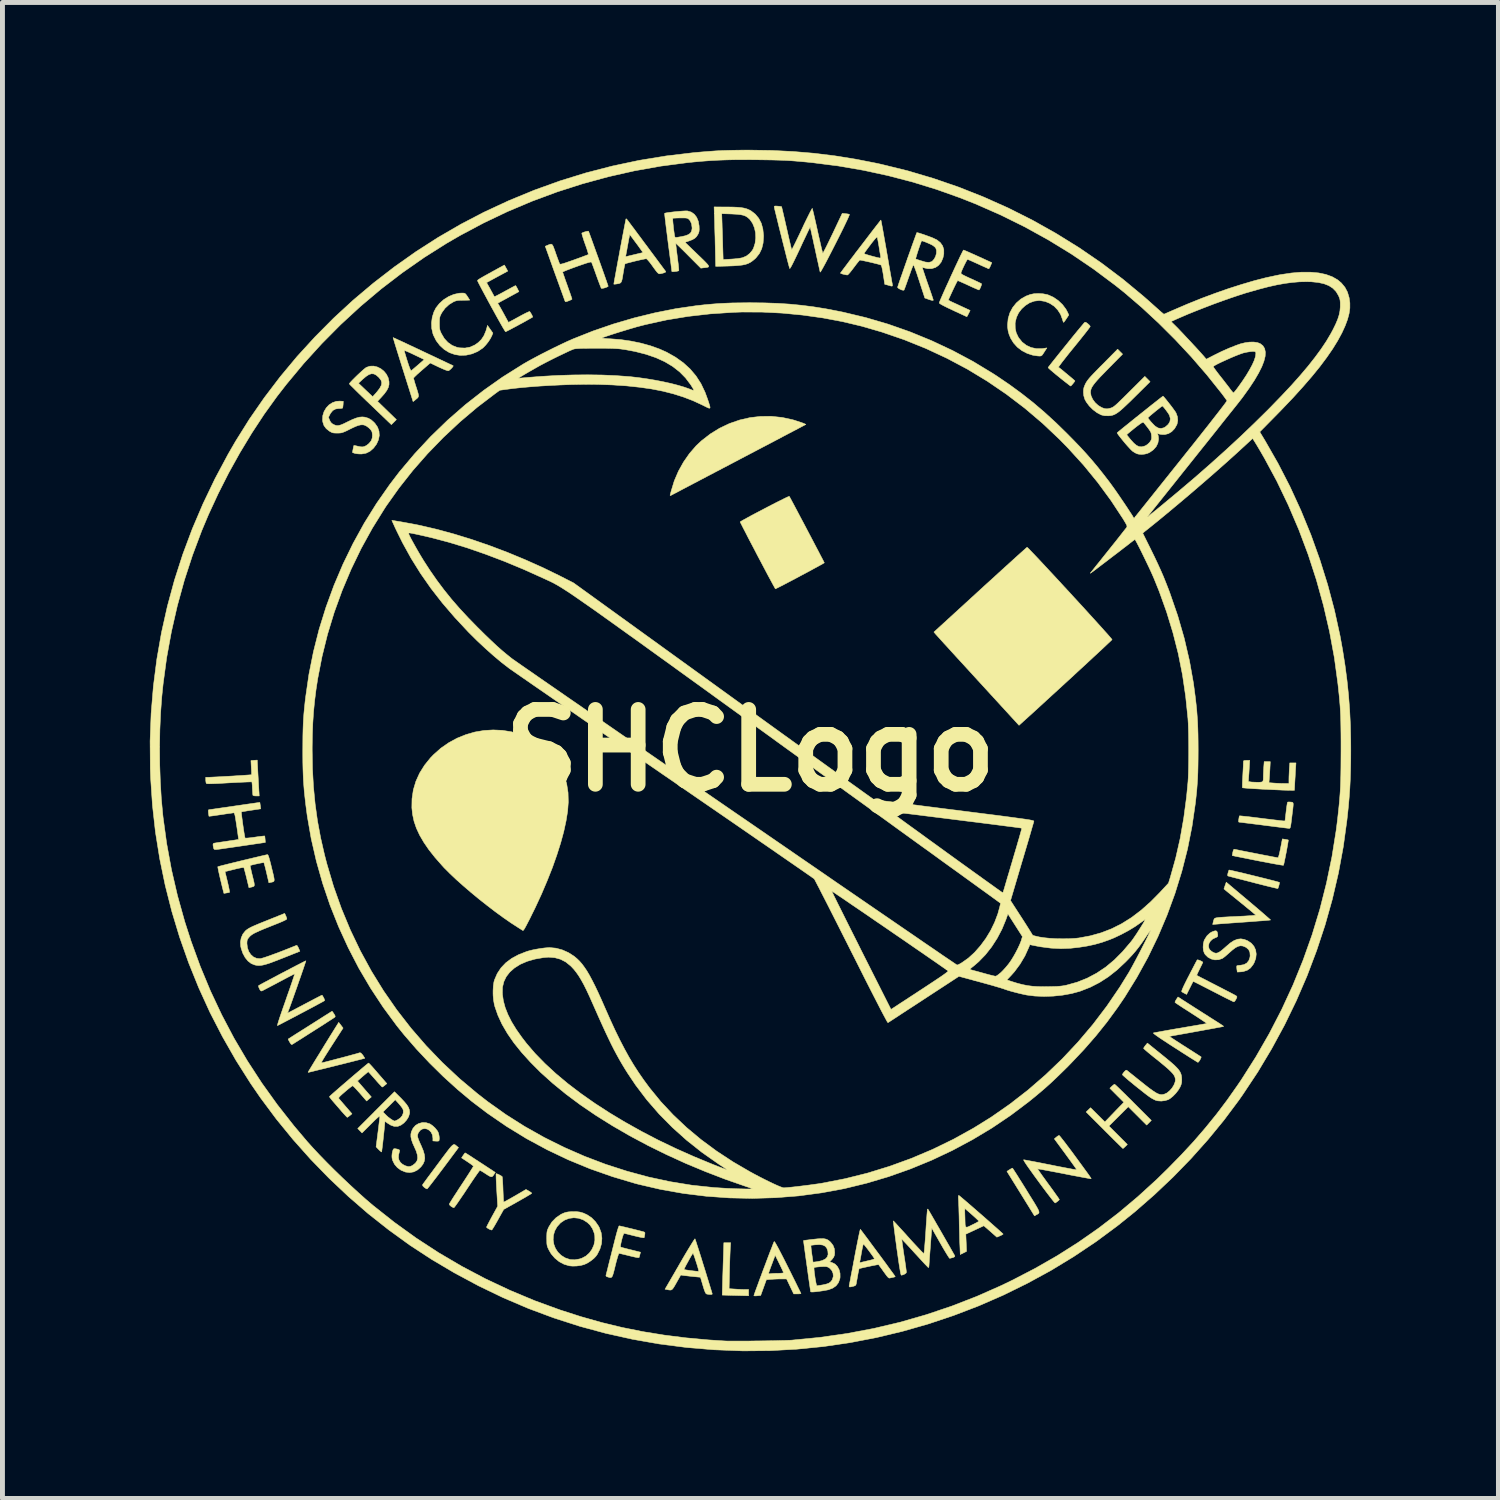
<source format=kicad_pcb>
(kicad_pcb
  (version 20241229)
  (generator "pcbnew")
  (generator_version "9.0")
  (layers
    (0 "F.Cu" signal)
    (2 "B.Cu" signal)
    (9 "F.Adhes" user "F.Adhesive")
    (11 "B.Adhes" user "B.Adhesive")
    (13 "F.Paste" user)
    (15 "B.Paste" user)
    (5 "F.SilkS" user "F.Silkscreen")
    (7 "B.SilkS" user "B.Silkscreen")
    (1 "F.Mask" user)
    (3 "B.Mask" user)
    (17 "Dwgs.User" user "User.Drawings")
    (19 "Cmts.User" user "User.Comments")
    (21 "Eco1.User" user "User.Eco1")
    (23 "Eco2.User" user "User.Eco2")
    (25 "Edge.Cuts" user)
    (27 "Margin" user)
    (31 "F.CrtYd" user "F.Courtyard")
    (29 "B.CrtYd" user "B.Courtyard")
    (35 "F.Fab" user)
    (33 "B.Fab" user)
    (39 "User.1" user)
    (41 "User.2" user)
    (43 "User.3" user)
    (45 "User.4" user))
  (footprint "SHCLogo"
    (layer "F.Cu")
    (at 12.225 12.224)
    (property "Reference" "SHCLogo" (at 0 0 0) (layer "F.SilkS") (effects (font (size 1.524 1.524) (thickness 0.3))))
    (attr through_hole)
    (fp_poly (pts (xy 5.343 8.515) (xy 5.363 8.546) (xy 5.394 8.594) (xy 5.434 8.656) (xy 5.481 8.732) (xy 5.535 8.817) (xy 5.593 8.91) (xy 5.62 8.954) (xy 5.688 9.065) (xy 5.745 9.156) (xy 5.79 9.229) (xy 5.824 9.287) (xy 5.849 9.332) (xy 5.865 9.366) (xy 5.872 9.39) (xy 5.873 9.408) (xy 5.867 9.421) (xy 5.855 9.431) (xy 5.839 9.441) (xy 5.818 9.452) (xy 5.815 9.454) (xy 5.781 9.474) (xy 5.501 9.021) (xy 5.22 8.568) (xy 5.273 8.533) (xy 5.305 8.514) (xy 5.328 8.503) (xy 5.335 8.503) (xy 5.343 8.515)) (stroke (width 0.01) (type solid)) (fill yes) (layer "F.SilkS"))
    (fp_poly (pts (xy -0.411 10.138) (xy -0.413 10.183) (xy -0.416 10.248) (xy -0.419 10.329) (xy -0.422 10.421) (xy -0.425 10.519) (xy -0.427 10.606) (xy -0.435 10.956) (xy -0.31 10.964) (xy -0.246 10.968) (xy -0.181 10.971) (xy -0.128 10.973) (xy -0.111 10.973) (xy -0.038 10.973) (xy -0.038 11.1) (xy -0.168 11.097) (xy -0.242 11.095) (xy -0.326 11.093) (xy -0.407 11.091) (xy -0.437 11.09) (xy -0.575 11.086) (xy -0.567 10.804) (xy -0.564 10.7) (xy -0.56 10.585) (xy -0.557 10.467) (xy -0.553 10.357) (xy -0.55 10.271) (xy -0.542 10.02) (xy -0.403 10.02) (xy -0.411 10.138)) (stroke (width 0.01) (type solid)) (fill yes) (layer "F.SilkS"))
    (fp_poly (pts (xy -6.02 8.023) (xy -6.006 8.031) (xy -5.991 8.044) (xy -5.978 8.054) (xy -5.943 8.084) (xy -6.255 8.503) (xy -6.323 8.593) (xy -6.386 8.677) (xy -6.444 8.752) (xy -6.493 8.816) (xy -6.534 8.868) (xy -6.563 8.904) (xy -6.58 8.923) (xy -6.583 8.925) (xy -6.601 8.919) (xy -6.629 8.901) (xy -6.641 8.892) (xy -6.668 8.865) (xy -6.675 8.845) (xy -6.672 8.837) (xy -6.663 8.823) (xy -6.639 8.791) (xy -6.604 8.743) (xy -6.559 8.681) (xy -6.505 8.609) (xy -6.444 8.527) (xy -6.379 8.439) (xy -6.357 8.41) (xy -6.281 8.307) (xy -6.218 8.223) (xy -6.167 8.156) (xy -6.127 8.104) (xy -6.095 8.066) (xy -6.07 8.041) (xy -6.05 8.026) (xy -6.034 8.021) (xy -6.02 8.023)) (stroke (width 0.01) (type solid)) (fill yes) (layer "F.SilkS"))
    (fp_poly (pts (xy 7.422 6.803) (xy 7.45 6.828) (xy 7.491 6.867) (xy 7.544 6.919) (xy 7.608 6.981) (xy 7.679 7.051) (xy 7.757 7.128) (xy 7.791 7.163) (xy 8.159 7.531) (xy 8.064 7.626) (xy 7.877 7.439) (xy 7.69 7.252) (xy 7.296 7.645) (xy 7.484 7.833) (xy 7.671 8.021) (xy 7.629 8.062) (xy 7.603 8.086) (xy 7.585 8.101) (xy 7.581 8.103) (xy 7.571 8.094) (xy 7.545 8.069) (xy 7.505 8.03) (xy 7.453 7.979) (xy 7.39 7.917) (xy 7.319 7.846) (xy 7.242 7.769) (xy 7.204 7.731) (xy 6.832 7.359) (xy 6.922 7.272) (xy 7.068 7.417) (xy 7.214 7.562) (xy 7.249 7.525) (xy 7.27 7.503) (xy 7.305 7.467) (xy 7.349 7.421) (xy 7.401 7.367) (xy 7.442 7.324) (xy 7.6 7.162) (xy 7.457 7.019) (xy 7.315 6.876) (xy 7.357 6.835) (xy 7.384 6.811) (xy 7.406 6.796) (xy 7.411 6.795) (xy 7.422 6.803)) (stroke (width 0.01) (type solid)) (fill yes) (layer "F.SilkS"))
    (fp_poly (pts (xy 9.754 2.436) (xy 9.788 2.443) (xy 9.841 2.455) (xy 9.909 2.471) (xy 9.99 2.489) (xy 10.079 2.511) (xy 10.173 2.534) (xy 10.271 2.558) (xy 10.368 2.582) (xy 10.461 2.605) (xy 10.547 2.627) (xy 10.623 2.646) (xy 10.687 2.663) (xy 10.734 2.676) (xy 10.761 2.684) (xy 10.767 2.686) (xy 10.767 2.7) (xy 10.761 2.728) (xy 10.752 2.762) (xy 10.742 2.792) (xy 10.735 2.81) (xy 10.733 2.811) (xy 10.719 2.809) (xy 10.684 2.801) (xy 10.629 2.788) (xy 10.558 2.771) (xy 10.473 2.75) (xy 10.376 2.725) (xy 10.272 2.699) (xy 10.243 2.691) (xy 10.135 2.663) (xy 10.034 2.637) (xy 9.944 2.614) (xy 9.865 2.594) (xy 9.803 2.578) (xy 9.758 2.566) (xy 9.735 2.56) (xy 9.733 2.56) (xy 9.716 2.553) (xy 9.711 2.54) (xy 9.715 2.513) (xy 9.719 2.499) (xy 9.729 2.463) (xy 9.738 2.439) (xy 9.741 2.435) (xy 9.754 2.436)) (stroke (width 0.01) (type solid)) (fill yes) (layer "F.SilkS"))
    (fp_poly (pts (xy -8.507 5.318) (xy -8.49 5.343) (xy -8.478 5.361) (xy -8.458 5.394) (xy -8.452 5.414) (xy -8.459 5.428) (xy -8.46 5.429) (xy -8.474 5.439) (xy -8.508 5.462) (xy -8.558 5.494) (xy -8.622 5.535) (xy -8.697 5.584) (xy -8.782 5.638) (xy -8.873 5.696) (xy -8.884 5.703) (xy -8.976 5.761) (xy -9.062 5.816) (xy -9.14 5.866) (xy -9.207 5.908) (xy -9.261 5.942) (xy -9.298 5.966) (xy -9.316 5.977) (xy -9.317 5.978) (xy -9.334 5.986) (xy -9.347 5.983) (xy -9.362 5.964) (xy -9.379 5.937) (xy -9.397 5.904) (xy -9.408 5.881) (xy -9.409 5.874) (xy -9.397 5.867) (xy -9.366 5.847) (xy -9.32 5.817) (xy -9.261 5.779) (xy -9.191 5.735) (xy -9.113 5.686) (xy -9.031 5.634) (xy -8.946 5.58) (xy -8.862 5.527) (xy -8.781 5.476) (xy -8.706 5.428) (xy -8.64 5.386) (xy -8.585 5.352) (xy -8.545 5.326) (xy -8.521 5.312) (xy -8.516 5.309) (xy -8.507 5.318)) (stroke (width 0.01) (type solid)) (fill yes) (layer "F.SilkS"))
    (fp_poly (pts (xy 0.647 -6.777) (xy 0.866 -6.729) (xy 1.039 -6.673) (xy 1.082 -6.657) (xy 1.113 -6.643) (xy 1.127 -6.636) (xy 1.127 -6.635) (xy 1.116 -6.629) (xy 1.083 -6.611) (xy 1.031 -6.584) (xy 0.96 -6.546) (xy 0.872 -6.5) (xy 0.769 -6.446) (xy 0.651 -6.384) (xy 0.521 -6.315) (xy 0.379 -6.24) (xy 0.227 -6.161) (xy 0.066 -6.076) (xy -0.102 -5.988) (xy -0.235 -5.918) (xy -0.408 -5.827) (xy -0.576 -5.739) (xy -0.736 -5.655) (xy -0.887 -5.576) (xy -1.027 -5.502) (xy -1.157 -5.434) (xy -1.273 -5.373) (xy -1.374 -5.32) (xy -1.46 -5.274) (xy -1.529 -5.238) (xy -1.579 -5.212) (xy -1.609 -5.196) (xy -1.617 -5.192) (xy -1.634 -5.186) (xy -1.635 -5.198) (xy -1.634 -5.203) (xy -1.627 -5.229) (xy -1.617 -5.268) (xy -1.613 -5.283) (xy -1.551 -5.486) (xy -1.467 -5.682) (xy -1.363 -5.869) (xy -1.242 -6.043) (xy -1.106 -6.2) (xy -1 -6.3) (xy -0.82 -6.44) (xy -0.629 -6.558) (xy -0.429 -6.653) (xy -0.222 -6.725) (xy -0.009 -6.774) (xy 0.208 -6.799) (xy 0.427 -6.8) (xy 0.647 -6.777)) (stroke (width 0.01) (type solid)) (fill yes) (layer "F.SilkS"))
    (fp_poly (pts (xy -7.596 -7.805) (xy -7.525 -7.77) (xy -7.462 -7.72) (xy -7.411 -7.658) (xy -7.374 -7.585) (xy -7.357 -7.506) (xy -7.357 -7.446) (xy -7.372 -7.387) (xy -7.403 -7.326) (xy -7.452 -7.259) (xy -7.504 -7.2) (xy -7.591 -7.106) (xy -7.207 -6.733) (xy -7.309 -6.631) (xy -7.736 -7.04) (xy -7.823 -7.123) (xy -7.904 -7.201) (xy -7.977 -7.272) (xy -8.041 -7.335) (xy -8.093 -7.387) (xy -8.133 -7.426) (xy -8.157 -7.452) (xy -8.165 -7.461) (xy -8.158 -7.474) (xy -7.979 -7.474) (xy -7.69 -7.2) (xy -7.634 -7.261) (xy -7.597 -7.304) (xy -7.561 -7.351) (xy -7.542 -7.378) (xy -7.512 -7.436) (xy -7.505 -7.486) (xy -7.519 -7.534) (xy -7.557 -7.584) (xy -7.566 -7.594) (xy -7.616 -7.638) (xy -7.664 -7.663) (xy -7.713 -7.667) (xy -7.765 -7.651) (xy -7.824 -7.613) (xy -7.893 -7.555) (xy -7.897 -7.551) (xy -7.979 -7.474) (xy -8.158 -7.474) (xy -8.157 -7.476) (xy -8.133 -7.504) (xy -8.097 -7.542) (xy -8.053 -7.586) (xy -8.004 -7.634) (xy -7.954 -7.681) (xy -7.906 -7.725) (xy -7.865 -7.761) (xy -7.832 -7.787) (xy -7.817 -7.797) (xy -7.745 -7.821) (xy -7.67 -7.823) (xy -7.596 -7.805)) (stroke (width 0.01) (type solid)) (fill yes) (layer "F.SilkS"))
    (fp_poly (pts (xy 10.883 1.81) (xy 10.919 1.816) (xy 10.942 1.822) (xy 10.947 1.824) (xy 10.946 1.838) (xy 10.941 1.872) (xy 10.933 1.921) (xy 10.922 1.982) (xy 10.91 2.05) (xy 10.896 2.119) (xy 10.883 2.186) (xy 10.87 2.246) (xy 10.86 2.295) (xy 10.852 2.327) (xy 10.848 2.338) (xy 10.834 2.337) (xy 10.798 2.332) (xy 10.742 2.323) (xy 10.669 2.31) (xy 10.582 2.294) (xy 10.484 2.275) (xy 10.376 2.255) (xy 10.325 2.245) (xy 10.214 2.223) (xy 10.112 2.202) (xy 10.02 2.184) (xy 9.941 2.168) (xy 9.878 2.156) (xy 9.834 2.146) (xy 9.81 2.141) (xy 9.807 2.14) (xy 9.808 2.127) (xy 9.813 2.097) (xy 9.818 2.071) (xy 9.828 2.032) (xy 9.839 2.014) (xy 9.852 2.012) (xy 9.853 2.012) (xy 9.871 2.016) (xy 9.911 2.024) (xy 9.967 2.036) (xy 10.038 2.05) (xy 10.119 2.066) (xy 10.207 2.083) (xy 10.298 2.101) (xy 10.39 2.119) (xy 10.477 2.136) (xy 10.558 2.151) (xy 10.627 2.165) (xy 10.683 2.175) (xy 10.721 2.182) (xy 10.738 2.184) (xy 10.738 2.184) (xy 10.745 2.172) (xy 10.756 2.139) (xy 10.769 2.088) (xy 10.783 2.022) (xy 10.789 1.993) (xy 10.826 1.801) (xy 10.883 1.81)) (stroke (width 0.01) (type solid)) (fill yes) (layer "F.SilkS"))
    (fp_poly (pts (xy -5.795 8.198) (xy -5.764 8.217) (xy -5.718 8.246) (xy -5.659 8.285) (xy -5.59 8.33) (xy -5.513 8.38) (xy -5.497 8.39) (xy -5.194 8.589) (xy -5.219 8.628) (xy -5.239 8.658) (xy -5.258 8.675) (xy -5.28 8.678) (xy -5.31 8.666) (xy -5.352 8.641) (xy -5.386 8.619) (xy -5.432 8.589) (xy -5.471 8.565) (xy -5.499 8.55) (xy -5.507 8.547) (xy -5.517 8.557) (xy -5.54 8.587) (xy -5.572 8.632) (xy -5.614 8.692) (xy -5.663 8.764) (xy -5.717 8.845) (xy -5.772 8.928) (xy -5.83 9.016) (xy -5.885 9.096) (xy -5.933 9.167) (xy -5.974 9.226) (xy -6.006 9.271) (xy -6.028 9.299) (xy -6.037 9.308) (xy -6.056 9.301) (xy -6.086 9.285) (xy -6.093 9.28) (xy -6.119 9.257) (xy -6.13 9.236) (xy -6.13 9.233) (xy -6.122 9.218) (xy -6.102 9.185) (xy -6.071 9.135) (xy -6.031 9.072) (xy -5.983 8.999) (xy -5.93 8.916) (xy -5.882 8.844) (xy -5.825 8.757) (xy -5.773 8.677) (xy -5.727 8.606) (xy -5.69 8.547) (xy -5.661 8.501) (xy -5.644 8.472) (xy -5.639 8.463) (xy -5.649 8.452) (xy -5.676 8.43) (xy -5.716 8.402) (xy -5.76 8.372) (xy -5.88 8.293) (xy -5.847 8.242) (xy -5.826 8.213) (xy -5.811 8.194) (xy -5.807 8.191) (xy -5.795 8.198)) (stroke (width 0.01) (type solid)) (fill yes) (layer "F.SilkS"))
    (fp_poly (pts (xy -5.164 8.617) (xy -5.136 8.627) (xy -5.104 8.643) (xy -5.074 8.66) (xy -5.055 8.674) (xy -5.053 8.677) (xy -5.051 8.692) (xy -5.047 8.73) (xy -5.044 8.784) (xy -5.04 8.851) (xy -5.037 8.928) (xy -5.037 8.938) (xy -5.034 9.015) (xy -5.031 9.083) (xy -5.028 9.137) (xy -5.025 9.175) (xy -5.023 9.192) (xy -5.023 9.193) (xy -5.011 9.188) (xy -4.98 9.172) (xy -4.935 9.147) (xy -4.877 9.115) (xy -4.811 9.077) (xy -4.793 9.067) (xy -4.569 8.936) (xy -4.51 8.969) (xy -4.477 8.99) (xy -4.456 9.006) (xy -4.452 9.013) (xy -4.462 9.022) (xy -4.492 9.041) (xy -4.539 9.069) (xy -4.598 9.104) (xy -4.669 9.144) (xy -4.737 9.183) (xy -5.023 9.343) (xy -5.139 9.551) (xy -5.176 9.617) (xy -5.209 9.674) (xy -5.237 9.72) (xy -5.256 9.75) (xy -5.266 9.762) (xy -5.266 9.762) (xy -5.283 9.758) (xy -5.313 9.746) (xy -5.324 9.74) (xy -5.354 9.722) (xy -5.371 9.707) (xy -5.372 9.703) (xy -5.366 9.689) (xy -5.35 9.656) (xy -5.325 9.608) (xy -5.294 9.549) (xy -5.259 9.484) (xy -5.145 9.277) (xy -5.165 8.949) (xy -5.17 8.861) (xy -5.174 8.781) (xy -5.177 8.713) (xy -5.178 8.66) (xy -5.179 8.627) (xy -5.178 8.615) (xy -5.164 8.617)) (stroke (width 0.01) (type solid)) (fill yes) (layer "F.SilkS"))
    (fp_poly (pts (xy -8.336 5.593) (xy -8.292 5.651) (xy -8.52 6.004) (xy -8.574 6.088) (xy -8.623 6.166) (xy -8.665 6.233) (xy -8.699 6.289) (xy -8.723 6.331) (xy -8.735 6.355) (xy -8.737 6.36) (xy -8.723 6.358) (xy -8.688 6.35) (xy -8.636 6.337) (xy -8.57 6.32) (xy -8.494 6.3) (xy -8.411 6.278) (xy -8.325 6.256) (xy -8.239 6.233) (xy -8.157 6.211) (xy -8.082 6.19) (xy -8.018 6.173) (xy -7.969 6.158) (xy -7.95 6.153) (xy -7.929 6.159) (xy -7.901 6.189) (xy -7.888 6.205) (xy -7.867 6.238) (xy -7.853 6.26) (xy -7.851 6.267) (xy -7.864 6.27) (xy -7.898 6.279) (xy -7.951 6.293) (xy -8.02 6.31) (xy -8.101 6.331) (xy -8.193 6.354) (xy -8.291 6.379) (xy -8.393 6.404) (xy -8.496 6.43) (xy -8.597 6.455) (xy -8.693 6.479) (xy -8.781 6.5) (xy -8.858 6.519) (xy -8.921 6.535) (xy -8.967 6.546) (xy -8.993 6.552) (xy -8.998 6.553) (xy -9.004 6.548) (xy -8.998 6.537) (xy -8.98 6.507) (xy -8.951 6.46) (xy -8.915 6.4) (xy -8.871 6.328) (xy -8.822 6.248) (xy -8.769 6.163) (xy -8.715 6.074) (xy -8.66 5.984) (xy -8.606 5.897) (xy -8.555 5.814) (xy -8.508 5.739) (xy -8.467 5.673) (xy -8.434 5.62) (xy -8.415 5.59) (xy -8.381 5.535) (xy -8.336 5.593)) (stroke (width 0.01) (type solid)) (fill yes) (layer "F.SilkS"))
    (fp_poly (pts (xy 10.138 3.064) (xy 10.229 3.141) (xy 10.315 3.214) (xy 10.392 3.28) (xy 10.458 3.337) (xy 10.513 3.385) (xy 10.554 3.421) (xy 10.579 3.443) (xy 10.586 3.451) (xy 10.573 3.453) (xy 10.537 3.457) (xy 10.481 3.462) (xy 10.408 3.468) (xy 10.32 3.474) (xy 10.221 3.482) (xy 10.112 3.49) (xy 10.069 3.493) (xy 9.954 3.501) (xy 9.845 3.509) (xy 9.744 3.516) (xy 9.654 3.523) (xy 9.579 3.528) (xy 9.523 3.533) (xy 9.488 3.536) (xy 9.482 3.536) (xy 9.408 3.543) (xy 9.415 3.508) (xy 9.425 3.468) (xy 9.434 3.44) (xy 9.439 3.43) (xy 9.445 3.422) (xy 9.456 3.415) (xy 9.474 3.409) (xy 9.501 3.404) (xy 9.54 3.399) (xy 9.593 3.395) (xy 9.662 3.391) (xy 9.75 3.386) (xy 9.859 3.381) (xy 9.954 3.376) (xy 10.043 3.372) (xy 10.122 3.367) (xy 10.19 3.363) (xy 10.241 3.358) (xy 10.274 3.354) (xy 10.284 3.352) (xy 10.274 3.342) (xy 10.246 3.318) (xy 10.204 3.282) (xy 10.149 3.237) (xy 10.084 3.184) (xy 10.013 3.125) (xy 9.995 3.111) (xy 9.92 3.05) (xy 9.85 2.993) (xy 9.787 2.942) (xy 9.735 2.9) (xy 9.697 2.869) (xy 9.675 2.851) (xy 9.673 2.849) (xy 9.637 2.819) (xy 9.66 2.75) (xy 9.684 2.682) (xy 10.138 3.064)) (stroke (width 0.01) (type solid)) (fill yes) (layer "F.SilkS"))
    (fp_poly (pts (xy -5.052 -0.409) (xy -4.869 -0.38) (xy -4.69 -0.331) (xy -4.519 -0.262) (xy -4.357 -0.172) (xy -4.206 -0.062) (xy -4.08 0.055) (xy -3.961 0.197) (xy -3.864 0.348) (xy -3.791 0.508) (xy -3.741 0.678) (xy -3.713 0.859) (xy -3.708 1.051) (xy -3.721 1.232) (xy -3.753 1.432) (xy -3.8 1.65) (xy -3.863 1.882) (xy -3.941 2.128) (xy -4.032 2.386) (xy -4.138 2.653) (xy -4.255 2.928) (xy -4.385 3.209) (xy -4.453 3.346) (xy -4.491 3.424) (xy -4.528 3.495) (xy -4.559 3.555) (xy -4.585 3.603) (xy -4.602 3.633) (xy -4.607 3.64) (xy -4.629 3.668) (xy -4.727 3.606) (xy -4.874 3.511) (xy -5.031 3.402) (xy -5.194 3.283) (xy -5.36 3.156) (xy -5.526 3.025) (xy -5.688 2.891) (xy -5.843 2.758) (xy -5.988 2.629) (xy -6.118 2.506) (xy -6.232 2.392) (xy -6.271 2.349) (xy -6.419 2.181) (xy -6.545 2.022) (xy -6.649 1.87) (xy -6.734 1.724) (xy -6.8 1.582) (xy -6.848 1.441) (xy -6.878 1.301) (xy -6.892 1.167) (xy -6.889 0.983) (xy -6.862 0.803) (xy -6.81 0.629) (xy -6.734 0.461) (xy -6.634 0.301) (xy -6.512 0.15) (xy -6.453 0.089) (xy -6.304 -0.044) (xy -6.143 -0.156) (xy -5.972 -0.249) (xy -5.794 -0.321) (xy -5.612 -0.374) (xy -5.425 -0.406) (xy -5.238 -0.417) (xy -5.052 -0.409)) (stroke (width 0.01) (type solid)) (fill yes) (layer "F.SilkS"))
    (fp_poly (pts (xy 10.981 1.05) (xy 10.995 1.051) (xy 11.015 1.053) (xy 11.03 1.056) (xy 11.04 1.063) (xy 11.046 1.078) (xy 11.047 1.103) (xy 11.044 1.143) (xy 11.038 1.2) (xy 11.028 1.277) (xy 11.023 1.32) (xy 11.012 1.408) (xy 11.004 1.475) (xy 10.997 1.522) (xy 10.991 1.554) (xy 10.985 1.573) (xy 10.978 1.583) (xy 10.969 1.586) (xy 10.959 1.586) (xy 10.957 1.586) (xy 10.938 1.584) (xy 10.897 1.579) (xy 10.837 1.572) (xy 10.76 1.562) (xy 10.671 1.551) (xy 10.57 1.538) (xy 10.463 1.525) (xy 10.452 1.523) (xy 10.344 1.509) (xy 10.244 1.497) (xy 10.153 1.485) (xy 10.076 1.476) (xy 10.015 1.468) (xy 9.974 1.463) (xy 9.954 1.461) (xy 9.953 1.461) (xy 9.939 1.458) (xy 9.934 1.444) (xy 9.937 1.414) (xy 9.939 1.4) (xy 9.945 1.363) (xy 9.95 1.338) (xy 9.951 1.333) (xy 9.965 1.332) (xy 10 1.335) (xy 10.055 1.341) (xy 10.126 1.348) (xy 10.21 1.358) (xy 10.305 1.37) (xy 10.385 1.38) (xy 10.488 1.393) (xy 10.584 1.404) (xy 10.67 1.415) (xy 10.742 1.423) (xy 10.798 1.43) (xy 10.835 1.434) (xy 10.847 1.435) (xy 10.88 1.435) (xy 10.902 1.248) (xy 10.91 1.181) (xy 10.918 1.124) (xy 10.925 1.081) (xy 10.931 1.057) (xy 10.932 1.053) (xy 10.949 1.049) (xy 10.981 1.05)) (stroke (width 0.01) (type solid)) (fill yes) (layer "F.SilkS"))
    (fp_poly (pts (xy -10.025 0.47) (xy -10.02 0.557) (xy -10.015 0.643) (xy -10.011 0.72) (xy -10.007 0.784) (xy -10.005 0.829) (xy -10.004 0.835) (xy -9.999 0.927) (xy -10.061 0.927) (xy -10.102 0.924) (xy -10.125 0.915) (xy -10.128 0.911) (xy -10.13 0.892) (xy -10.133 0.854) (xy -10.136 0.804) (xy -10.138 0.772) (xy -10.14 0.719) (xy -10.144 0.675) (xy -10.147 0.648) (xy -10.149 0.641) (xy -10.163 0.64) (xy -10.2 0.641) (xy -10.256 0.643) (xy -10.328 0.646) (xy -10.415 0.65) (xy -10.512 0.655) (xy -10.611 0.66) (xy -10.734 0.667) (xy -10.835 0.673) (xy -10.914 0.676) (xy -10.974 0.678) (xy -11.019 0.679) (xy -11.049 0.678) (xy -11.067 0.675) (xy -11.076 0.671) (xy -11.076 0.671) (xy -11.083 0.648) (xy -11.087 0.612) (xy -11.087 0.6) (xy -11.087 0.546) (xy -11.02 0.546) (xy -10.986 0.545) (xy -10.933 0.542) (xy -10.866 0.539) (xy -10.787 0.535) (xy -10.701 0.53) (xy -10.61 0.525) (xy -10.519 0.52) (xy -10.431 0.514) (xy -10.349 0.509) (xy -10.277 0.504) (xy -10.219 0.5) (xy -10.178 0.497) (xy -10.157 0.495) (xy -10.156 0.494) (xy -10.155 0.48) (xy -10.155 0.446) (xy -10.157 0.398) (xy -10.16 0.349) (xy -10.163 0.293) (xy -10.165 0.247) (xy -10.167 0.217) (xy -10.167 0.207) (xy -10.155 0.205) (xy -10.126 0.203) (xy -10.103 0.201) (xy -10.039 0.197) (xy -10.025 0.47)) (stroke (width 0.01) (type solid)) (fill yes) (layer "F.SilkS"))
    (fp_poly (pts (xy 6.832 -8.71) (xy 6.863 -8.688) (xy 6.865 -8.686) (xy 6.894 -8.66) (xy 6.912 -8.637) (xy 6.915 -8.629) (xy 6.907 -8.616) (xy 6.885 -8.585) (xy 6.85 -8.539) (xy 6.804 -8.48) (xy 6.748 -8.41) (xy 6.685 -8.331) (xy 6.616 -8.246) (xy 6.587 -8.21) (xy 6.516 -8.123) (xy 6.451 -8.042) (xy 6.394 -7.969) (xy 6.345 -7.907) (xy 6.308 -7.857) (xy 6.282 -7.821) (xy 6.27 -7.802) (xy 6.27 -7.799) (xy 6.289 -7.785) (xy 6.321 -7.76) (xy 6.363 -7.726) (xy 6.41 -7.686) (xy 6.46 -7.645) (xy 6.508 -7.605) (xy 6.55 -7.57) (xy 6.582 -7.542) (xy 6.601 -7.525) (xy 6.604 -7.522) (xy 6.597 -7.508) (xy 6.578 -7.483) (xy 6.555 -7.455) (xy 6.533 -7.43) (xy 6.519 -7.417) (xy 6.517 -7.417) (xy 6.505 -7.424) (xy 6.476 -7.446) (xy 6.434 -7.479) (xy 6.38 -7.521) (xy 6.318 -7.57) (xy 6.284 -7.598) (xy 6.219 -7.65) (xy 6.162 -7.698) (xy 6.115 -7.738) (xy 6.08 -7.769) (xy 6.061 -7.788) (xy 6.059 -7.792) (xy 6.066 -7.804) (xy 6.088 -7.832) (xy 6.122 -7.876) (xy 6.166 -7.932) (xy 6.219 -7.998) (xy 6.278 -8.072) (xy 6.342 -8.151) (xy 6.408 -8.233) (xy 6.475 -8.316) (xy 6.54 -8.397) (xy 6.603 -8.474) (xy 6.66 -8.544) (xy 6.71 -8.604) (xy 6.752 -8.654) (xy 6.782 -8.69) (xy 6.799 -8.709) (xy 6.799 -8.709) (xy 6.813 -8.716) (xy 6.832 -8.71)) (stroke (width 0.01) (type solid)) (fill yes) (layer "F.SilkS"))
    (fp_poly (pts (xy -0.488 -11.061) (xy -0.369 -11.06) (xy -0.273 -11.056) (xy -0.194 -11.049) (xy -0.129 -11.038) (xy -0.073 -11.022) (xy -0.024 -11.001) (xy 0.01 -10.983) (xy 0.098 -10.915) (xy 0.168 -10.831) (xy 0.22 -10.73) (xy 0.252 -10.614) (xy 0.266 -10.483) (xy 0.266 -10.458) (xy 0.257 -10.327) (xy 0.229 -10.212) (xy 0.181 -10.113) (xy 0.113 -10.027) (xy 0.094 -10.008) (xy 0.046 -9.968) (xy 0.000471 -9.936) (xy -0.048 -9.911) (xy -0.103 -9.892) (xy -0.168 -9.879) (xy -0.248 -9.87) (xy -0.345 -9.863) (xy -0.452 -9.859) (xy -0.708 -9.852) (xy -0.716 -10.212) (xy -0.719 -10.322) (xy -0.721 -10.439) (xy -0.725 -10.556) (xy -0.728 -10.665) (xy -0.73 -10.761) (xy -0.732 -10.817) (xy -0.736 -10.925) (xy -0.585 -10.925) (xy -0.578 -10.723) (xy -0.576 -10.643) (xy -0.572 -10.547) (xy -0.569 -10.442) (xy -0.566 -10.338) (xy -0.564 -10.257) (xy -0.556 -9.991) (xy -0.395 -10) (xy -0.326 -10.005) (xy -0.258 -10.012) (xy -0.199 -10.021) (xy -0.161 -10.029) (xy -0.084 -10.062) (xy -0.015 -10.115) (xy 0.039 -10.18) (xy 0.062 -10.222) (xy 0.094 -10.323) (xy 0.107 -10.429) (xy 0.103 -10.535) (xy 0.081 -10.636) (xy 0.043 -10.728) (xy -0.01 -10.805) (xy -0.022 -10.817) (xy -0.059 -10.85) (xy -0.099 -10.875) (xy -0.146 -10.893) (xy -0.204 -10.905) (xy -0.277 -10.913) (xy -0.371 -10.918) (xy -0.391 -10.919) (xy -0.585 -10.925) (xy -0.736 -10.925) (xy -0.74 -11.062) (xy -0.488 -11.061)) (stroke (width 0.01) (type solid)) (fill yes) (layer "F.SilkS"))
    (fp_poly (pts (xy 5.955 -9.294) (xy 6.038 -9.278) (xy 6.058 -9.272) (xy 6.164 -9.225) (xy 6.263 -9.157) (xy 6.35 -9.075) (xy 6.42 -8.982) (xy 6.454 -8.918) (xy 6.479 -8.863) (xy 6.43 -8.788) (xy 6.405 -8.751) (xy 6.385 -8.724) (xy 6.374 -8.712) (xy 6.374 -8.712) (xy 6.366 -8.723) (xy 6.356 -8.752) (xy 6.351 -8.771) (xy 6.313 -8.874) (xy 6.255 -8.964) (xy 6.182 -9.041) (xy 6.094 -9.099) (xy 5.997 -9.139) (xy 5.893 -9.156) (xy 5.872 -9.157) (xy 5.775 -9.145) (xy 5.681 -9.111) (xy 5.596 -9.057) (xy 5.52 -8.988) (xy 5.458 -8.907) (xy 5.414 -8.815) (xy 5.39 -8.718) (xy 5.387 -8.692) (xy 5.389 -8.59) (xy 5.409 -8.5) (xy 5.45 -8.414) (xy 5.461 -8.396) (xy 5.53 -8.311) (xy 5.615 -8.245) (xy 5.711 -8.201) (xy 5.818 -8.178) (xy 5.932 -8.178) (xy 5.972 -8.183) (xy 6.033 -8.193) (xy 5.98 -8.11) (xy 5.953 -8.068) (xy 5.934 -8.043) (xy 5.916 -8.031) (xy 5.895 -8.027) (xy 5.876 -8.027) (xy 5.833 -8.031) (xy 5.781 -8.039) (xy 5.744 -8.045) (xy 5.631 -8.082) (xy 5.525 -8.137) (xy 5.431 -8.209) (xy 5.354 -8.295) (xy 5.298 -8.386) (xy 5.264 -8.466) (xy 5.244 -8.538) (xy 5.234 -8.613) (xy 5.233 -8.668) (xy 5.245 -8.791) (xy 5.28 -8.907) (xy 5.336 -9.013) (xy 5.411 -9.107) (xy 5.503 -9.187) (xy 5.61 -9.248) (xy 5.695 -9.28) (xy 5.773 -9.296) (xy 5.863 -9.3) (xy 5.955 -9.294)) (stroke (width 0.01) (type solid)) (fill yes) (layer "F.SilkS"))
    (fp_poly (pts (xy 0.79 -5.172) (xy 0.797 -5.159) (xy 0.815 -5.127) (xy 0.842 -5.076) (xy 0.877 -5.011) (xy 0.919 -4.932) (xy 0.966 -4.843) (xy 1.017 -4.746) (xy 1.072 -4.643) (xy 1.128 -4.537) (xy 1.184 -4.43) (xy 1.24 -4.324) (xy 1.293 -4.223) (xy 1.343 -4.127) (xy 1.389 -4.04) (xy 1.428 -3.964) (xy 1.461 -3.902) (xy 1.485 -3.855) (xy 1.499 -3.827) (xy 1.503 -3.819) (xy 1.492 -3.812) (xy 1.462 -3.794) (xy 1.415 -3.768) (xy 1.353 -3.734) (xy 1.281 -3.695) (xy 1.199 -3.65) (xy 1.111 -3.603) (xy 1.02 -3.555) (xy 0.929 -3.506) (xy 0.84 -3.459) (xy 0.756 -3.415) (xy 0.68 -3.375) (xy 0.614 -3.341) (xy 0.562 -3.315) (xy 0.526 -3.297) (xy 0.509 -3.289) (xy 0.508 -3.289) (xy 0.5 -3.3) (xy 0.483 -3.332) (xy 0.455 -3.382) (xy 0.419 -3.449) (xy 0.375 -3.53) (xy 0.325 -3.624) (xy 0.269 -3.73) (xy 0.209 -3.844) (xy 0.145 -3.964) (xy 0.082 -4.086) (xy 0.022 -4.2) (xy -0.034 -4.306) (xy -0.083 -4.402) (xy -0.126 -4.485) (xy -0.161 -4.553) (xy -0.187 -4.605) (xy -0.204 -4.638) (xy -0.21 -4.651) (xy -0.199 -4.659) (xy -0.168 -4.678) (xy -0.12 -4.705) (xy -0.058 -4.739) (xy 0.015 -4.779) (xy 0.098 -4.823) (xy 0.186 -4.869) (xy 0.277 -4.917) (xy 0.369 -4.965) (xy 0.458 -5.011) (xy 0.542 -5.054) (xy 0.619 -5.092) (xy 0.684 -5.125) (xy 0.736 -5.15) (xy 0.772 -5.166) (xy 0.789 -5.172) (xy 0.79 -5.172)) (stroke (width 0.01) (type solid)) (fill yes) (layer "F.SilkS"))
    (fp_poly (pts (xy 5.641 -4.126) (xy 5.667 -4.101) (xy 5.707 -4.059) (xy 5.76 -4.004) (xy 5.825 -3.936) (xy 5.9 -3.856) (xy 5.983 -3.767) (xy 6.073 -3.67) (xy 6.17 -3.566) (xy 6.271 -3.457) (xy 6.374 -3.345) (xy 6.48 -3.231) (xy 6.585 -3.116) (xy 6.69 -3.002) (xy 6.792 -2.891) (xy 6.889 -2.784) (xy 6.982 -2.682) (xy 7.067 -2.588) (xy 7.145 -2.502) (xy 7.212 -2.427) (xy 7.269 -2.364) (xy 7.313 -2.313) (xy 7.343 -2.278) (xy 7.358 -2.259) (xy 7.36 -2.256) (xy 7.351 -2.246) (xy 7.324 -2.22) (xy 7.281 -2.18) (xy 7.224 -2.126) (xy 7.154 -2.06) (xy 7.072 -1.984) (xy 6.979 -1.898) (xy 6.877 -1.803) (xy 6.768 -1.702) (xy 6.652 -1.596) (xy 6.532 -1.484) (xy 6.407 -1.37) (xy 6.281 -1.254) (xy 6.154 -1.138) (xy 6.027 -1.022) (xy 5.903 -0.908) (xy 5.782 -0.797) (xy 5.665 -0.691) (xy 5.562 -0.598) (xy 5.466 -0.511) (xy 4.635 -1.418) (xy 4.516 -1.548) (xy 4.402 -1.673) (xy 4.293 -1.792) (xy 4.191 -1.903) (xy 4.097 -2.006) (xy 4.013 -2.099) (xy 3.938 -2.18) (xy 3.876 -2.249) (xy 3.827 -2.303) (xy 3.792 -2.342) (xy 3.772 -2.364) (xy 3.769 -2.367) (xy 3.734 -2.409) (xy 4.674 -3.269) (xy 4.805 -3.389) (xy 4.932 -3.504) (xy 5.051 -3.613) (xy 5.163 -3.715) (xy 5.267 -3.809) (xy 5.359 -3.893) (xy 5.441 -3.967) (xy 5.509 -4.028) (xy 5.564 -4.077) (xy 5.603 -4.112) (xy 5.625 -4.131) (xy 5.63 -4.135) (xy 5.641 -4.126)) (stroke (width 0.01) (type solid)) (fill yes) (layer "F.SilkS"))
    (fp_poly (pts (xy 7.524 -8.116) (xy 7.574 -8.066) (xy 7.282 -7.77) (xy 7.19 -7.675) (xy 7.114 -7.597) (xy 7.054 -7.531) (xy 7.007 -7.476) (xy 6.973 -7.43) (xy 6.948 -7.391) (xy 6.933 -7.356) (xy 6.924 -7.324) (xy 6.922 -7.292) (xy 6.921 -7.287) (xy 6.933 -7.216) (xy 6.966 -7.145) (xy 7.015 -7.079) (xy 7.077 -7.022) (xy 7.148 -6.979) (xy 7.199 -6.96) (xy 7.238 -6.953) (xy 7.274 -6.954) (xy 7.322 -6.965) (xy 7.325 -6.966) (xy 7.346 -6.973) (xy 7.365 -6.981) (xy 7.385 -6.992) (xy 7.408 -7.009) (xy 7.437 -7.033) (xy 7.474 -7.066) (xy 7.52 -7.111) (xy 7.579 -7.168) (xy 7.652 -7.24) (xy 7.712 -7.3) (xy 8.027 -7.613) (xy 8.081 -7.559) (xy 8.134 -7.505) (xy 7.823 -7.197) (xy 7.728 -7.103) (xy 7.648 -7.027) (xy 7.582 -6.965) (xy 7.526 -6.916) (xy 7.478 -6.879) (xy 7.437 -6.852) (xy 7.399 -6.833) (xy 7.363 -6.821) (xy 7.326 -6.814) (xy 7.286 -6.811) (xy 7.278 -6.811) (xy 7.205 -6.813) (xy 7.143 -6.828) (xy 7.133 -6.832) (xy 7.052 -6.875) (xy 6.97 -6.937) (xy 6.896 -7.011) (xy 6.836 -7.091) (xy 6.804 -7.15) (xy 6.783 -7.223) (xy 6.777 -7.291) (xy 6.779 -7.342) (xy 6.787 -7.385) (xy 6.804 -7.43) (xy 6.819 -7.463) (xy 6.833 -7.489) (xy 6.85 -7.515) (xy 6.871 -7.544) (xy 6.899 -7.579) (xy 6.936 -7.62) (xy 6.984 -7.671) (xy 7.045 -7.734) (xy 7.121 -7.812) (xy 7.168 -7.858) (xy 7.473 -8.167) (xy 7.524 -8.116)) (stroke (width 0.01) (type solid)) (fill yes) (layer "F.SilkS"))
    (fp_poly (pts (xy 9.136 4.271) (xy 9.168 4.285) (xy 9.194 4.299) (xy 9.207 4.311) (xy 9.207 4.312) (xy 9.202 4.325) (xy 9.188 4.356) (xy 9.166 4.4) (xy 9.143 4.447) (xy 9.118 4.498) (xy 9.098 4.54) (xy 9.086 4.568) (xy 9.083 4.578) (xy 9.095 4.584) (xy 9.127 4.601) (xy 9.176 4.627) (xy 9.24 4.659) (xy 9.316 4.699) (xy 9.402 4.743) (xy 9.476 4.781) (xy 9.568 4.828) (xy 9.654 4.873) (xy 9.731 4.912) (xy 9.795 4.946) (xy 9.845 4.972) (xy 9.876 4.99) (xy 9.887 4.996) (xy 9.899 5.007) (xy 9.901 5.022) (xy 9.891 5.046) (xy 9.882 5.065) (xy 9.863 5.096) (xy 9.845 5.115) (xy 9.839 5.117) (xy 9.825 5.112) (xy 9.79 5.095) (xy 9.739 5.07) (xy 9.672 5.037) (xy 9.594 4.997) (xy 9.507 4.952) (xy 9.419 4.907) (xy 9.326 4.859) (xy 9.24 4.815) (xy 9.164 4.776) (xy 9.101 4.744) (xy 9.053 4.72) (xy 9.022 4.706) (xy 9.011 4.701) (xy 9.004 4.714) (xy 8.988 4.744) (xy 8.966 4.788) (xy 8.942 4.836) (xy 8.877 4.966) (xy 8.836 4.945) (xy 8.804 4.928) (xy 8.78 4.913) (xy 8.779 4.912) (xy 8.777 4.902) (xy 8.782 4.882) (xy 8.795 4.848) (xy 8.817 4.799) (xy 8.849 4.733) (xy 8.892 4.647) (xy 8.924 4.586) (xy 8.966 4.504) (xy 9.005 4.429) (xy 9.038 4.365) (xy 9.065 4.314) (xy 9.084 4.279) (xy 9.093 4.263) (xy 9.093 4.263) (xy 9.108 4.263) (xy 9.136 4.271)) (stroke (width 0.01) (type solid)) (fill yes) (layer "F.SilkS"))
    (fp_poly (pts (xy -9.459 3.363) (xy -9.445 3.398) (xy -9.438 3.425) (xy -9.437 3.429) (xy -9.446 3.44) (xy -9.474 3.456) (xy -9.523 3.479) (xy -9.593 3.509) (xy -9.685 3.546) (xy -9.706 3.554) (xy -9.823 3.601) (xy -9.918 3.639) (xy -9.995 3.672) (xy -10.056 3.7) (xy -10.104 3.723) (xy -10.14 3.745) (xy -10.168 3.765) (xy -10.191 3.786) (xy -10.203 3.8) (xy -10.229 3.832) (xy -10.243 3.86) (xy -10.248 3.895) (xy -10.249 3.93) (xy -10.239 4.016) (xy -10.212 4.093) (xy -10.17 4.156) (xy -10.116 4.204) (xy -10.052 4.232) (xy -9.982 4.239) (xy -9.975 4.238) (xy -9.946 4.231) (xy -9.896 4.216) (xy -9.827 4.193) (xy -9.744 4.163) (xy -9.648 4.128) (xy -9.543 4.088) (xy -9.43 4.044) (xy -9.313 3.997) (xy -9.238 3.967) (xy -9.226 3.974) (xy -9.21 4) (xy -9.198 4.025) (xy -9.171 4.088) (xy -9.497 4.218) (xy -9.617 4.265) (xy -9.716 4.303) (xy -9.798 4.333) (xy -9.865 4.354) (xy -9.921 4.368) (xy -9.967 4.376) (xy -10.008 4.378) (xy -10.046 4.375) (xy -10.084 4.368) (xy -10.088 4.367) (xy -10.161 4.338) (xy -10.228 4.286) (xy -10.286 4.215) (xy -10.333 4.128) (xy -10.367 4.027) (xy -10.376 3.986) (xy -10.381 3.9) (xy -10.366 3.816) (xy -10.332 3.738) (xy -10.282 3.675) (xy -10.26 3.656) (xy -10.238 3.64) (xy -10.215 3.625) (xy -10.188 3.61) (xy -10.155 3.593) (xy -10.111 3.573) (xy -10.055 3.549) (xy -9.984 3.519) (xy -9.894 3.483) (xy -9.804 3.447) (xy -9.481 3.317) (xy -9.459 3.363)) (stroke (width 0.01) (type solid)) (fill yes) (layer "F.SilkS"))
    (fp_poly (pts (xy -5.837 -9.308) (xy -5.814 -9.303) (xy -5.795 -9.287) (xy -5.773 -9.258) (xy -5.761 -9.239) (xy -5.738 -9.204) (xy -5.721 -9.177) (xy -5.715 -9.166) (xy -5.727 -9.165) (xy -5.759 -9.164) (xy -5.805 -9.163) (xy -5.845 -9.163) (xy -5.908 -9.162) (xy -5.954 -9.159) (xy -5.99 -9.152) (xy -6.024 -9.14) (xy -6.048 -9.129) (xy -6.136 -9.075) (xy -6.216 -9.001) (xy -6.279 -8.915) (xy -6.288 -8.899) (xy -6.308 -8.861) (xy -6.32 -8.83) (xy -6.327 -8.798) (xy -6.33 -8.757) (xy -6.331 -8.699) (xy -6.331 -8.693) (xy -6.33 -8.632) (xy -6.327 -8.588) (xy -6.32 -8.553) (xy -6.307 -8.517) (xy -6.291 -8.484) (xy -6.232 -8.384) (xy -6.158 -8.304) (xy -6.071 -8.243) (xy -5.974 -8.205) (xy -5.919 -8.194) (xy -5.809 -8.19) (xy -5.706 -8.209) (xy -5.609 -8.253) (xy -5.54 -8.302) (xy -5.475 -8.366) (xy -5.424 -8.444) (xy -5.384 -8.54) (xy -5.364 -8.608) (xy -5.353 -8.651) (xy -5.243 -8.495) (xy -5.264 -8.441) (xy -5.294 -8.382) (xy -5.337 -8.316) (xy -5.387 -8.253) (xy -5.437 -8.201) (xy -5.45 -8.189) (xy -5.553 -8.12) (xy -5.667 -8.072) (xy -5.787 -8.045) (xy -5.909 -8.041) (xy -6.014 -8.057) (xy -6.128 -8.097) (xy -6.231 -8.159) (xy -6.321 -8.241) (xy -6.396 -8.339) (xy -6.453 -8.452) (xy -6.464 -8.484) (xy -6.488 -8.59) (xy -6.492 -8.703) (xy -6.477 -8.818) (xy -6.443 -8.926) (xy -6.402 -9.007) (xy -6.331 -9.097) (xy -6.244 -9.175) (xy -6.145 -9.237) (xy -6.038 -9.282) (xy -5.93 -9.306) (xy -5.873 -9.309) (xy -5.837 -9.308)) (stroke (width 0.01) (type solid)) (fill yes) (layer "F.SilkS"))
    (fp_poly (pts (xy 0.489 10) (xy 0.504 10.021) (xy 0.527 10.061) (xy 0.56 10.12) (xy 0.601 10.199) (xy 0.653 10.299) (xy 0.715 10.421) (xy 0.761 10.513) (xy 0.815 10.621) (xy 0.865 10.722) (xy 0.911 10.814) (xy 0.95 10.894) (xy 0.983 10.961) (xy 1.008 11.011) (xy 1.023 11.044) (xy 1.029 11.055) (xy 1.017 11.059) (xy 0.987 11.061) (xy 0.955 11.062) (xy 0.88 11.062) (xy 0.807 10.909) (xy 0.735 10.757) (xy 0.631 10.757) (xy 0.563 10.758) (xy 0.488 10.761) (xy 0.425 10.765) (xy 0.324 10.773) (xy 0.266 10.933) (xy 0.208 11.093) (xy 0.141 11.1) (xy 0.103 11.103) (xy 0.076 11.101) (xy 0.069 11.099) (xy 0.073 11.086) (xy 0.084 11.052) (xy 0.102 11.001) (xy 0.127 10.934) (xy 0.156 10.855) (xy 0.188 10.766) (xy 0.224 10.672) (xy 0.233 10.646) (xy 0.368 10.646) (xy 0.379 10.653) (xy 0.407 10.651) (xy 0.408 10.651) (xy 0.439 10.647) (xy 0.487 10.644) (xy 0.542 10.643) (xy 0.56 10.643) (xy 0.61 10.641) (xy 0.649 10.638) (xy 0.67 10.633) (xy 0.673 10.631) (xy 0.668 10.616) (xy 0.653 10.582) (xy 0.631 10.535) (xy 0.603 10.477) (xy 0.588 10.446) (xy 0.503 10.274) (xy 0.436 10.454) (xy 0.412 10.517) (xy 0.392 10.573) (xy 0.377 10.615) (xy 0.369 10.641) (xy 0.368 10.646) (xy 0.233 10.646) (xy 0.26 10.573) (xy 0.298 10.474) (xy 0.334 10.377) (xy 0.369 10.284) (xy 0.401 10.2) (xy 0.43 10.127) (xy 0.453 10.067) (xy 0.47 10.023) (xy 0.481 9.999) (xy 0.482 9.996) (xy 0.489 10)) (stroke (width 0.01) (type solid)) (fill yes) (layer "F.SilkS"))
    (fp_poly (pts (xy 10.154 0.327) (xy 10.15 0.394) (xy 10.146 0.464) (xy 10.141 0.525) (xy 10.14 0.541) (xy 10.134 0.632) (xy 10.174 0.64) (xy 10.206 0.644) (xy 10.254 0.646) (xy 10.308 0.648) (xy 10.319 0.648) (xy 10.374 0.647) (xy 10.409 0.642) (xy 10.429 0.628) (xy 10.437 0.6) (xy 10.439 0.554) (xy 10.439 0.523) (xy 10.441 0.466) (xy 10.444 0.399) (xy 10.448 0.335) (xy 10.448 0.333) (xy 10.456 0.229) (xy 10.58 0.229) (xy 10.573 0.371) (xy 10.569 0.438) (xy 10.565 0.503) (xy 10.561 0.558) (xy 10.559 0.585) (xy 10.553 0.657) (xy 10.658 0.665) (xy 10.725 0.669) (xy 10.798 0.672) (xy 10.862 0.673) (xy 10.96 0.673) (xy 10.96 0.587) (xy 10.961 0.534) (xy 10.964 0.468) (xy 10.967 0.399) (xy 10.968 0.378) (xy 10.977 0.254) (xy 11.103 0.254) (xy 11.095 0.378) (xy 11.091 0.444) (xy 11.087 0.524) (xy 11.082 0.606) (xy 11.079 0.657) (xy 11.071 0.813) (xy 10.943 0.811) (xy 10.897 0.81) (xy 10.83 0.808) (xy 10.747 0.804) (xy 10.652 0.8) (xy 10.55 0.795) (xy 10.445 0.79) (xy 10.418 0.789) (xy 10.32 0.783) (xy 10.231 0.778) (xy 10.153 0.773) (xy 10.089 0.768) (xy 10.043 0.764) (xy 10.018 0.761) (xy 10.014 0.76) (xy 10.012 0.746) (xy 10.012 0.71) (xy 10.013 0.657) (xy 10.016 0.591) (xy 10.02 0.519) (xy 10.024 0.442) (xy 10.028 0.37) (xy 10.031 0.31) (xy 10.032 0.266) (xy 10.033 0.244) (xy 10.034 0.22) (xy 10.042 0.208) (xy 10.063 0.204) (xy 10.097 0.203) (xy 10.162 0.203) (xy 10.154 0.327)) (stroke (width 0.01) (type solid)) (fill yes) (layer "F.SilkS"))
    (fp_poly (pts (xy -7.121 7.071) (xy -7.05 7.146) (xy -6.997 7.209) (xy -6.962 7.264) (xy -6.943 7.315) (xy -6.937 7.363) (xy -6.939 7.389) (xy -6.959 7.456) (xy -6.999 7.522) (xy -7.052 7.581) (xy -7.113 7.626) (xy -7.178 7.652) (xy -7.185 7.653) (xy -7.249 7.653) (xy -7.318 7.629) (xy -7.385 7.588) (xy -7.417 7.564) (xy -7.434 7.554) (xy -7.441 7.558) (xy -7.442 7.572) (xy -7.444 7.597) (xy -7.448 7.64) (xy -7.453 7.698) (xy -7.46 7.766) (xy -7.468 7.841) (xy -7.476 7.916) (xy -7.484 7.99) (xy -7.492 8.056) (xy -7.499 8.111) (xy -7.504 8.151) (xy -7.507 8.171) (xy -7.508 8.173) (xy -7.519 8.167) (xy -7.542 8.148) (xy -7.567 8.124) (xy -7.62 8.069) (xy -7.582 7.772) (xy -7.571 7.687) (xy -7.562 7.609) (xy -7.554 7.542) (xy -7.548 7.49) (xy -7.544 7.458) (xy -7.544 7.449) (xy -7.55 7.445) (xy -7.567 7.456) (xy -7.599 7.483) (xy -7.645 7.525) (xy -7.706 7.586) (xy -7.725 7.605) (xy -7.907 7.786) (xy -7.95 7.741) (xy -7.994 7.696) (xy -7.657 7.359) (xy -7.48 7.359) (xy -7.414 7.426) (xy -7.375 7.462) (xy -7.331 7.495) (xy -7.289 7.523) (xy -7.255 7.54) (xy -7.24 7.544) (xy -7.226 7.539) (xy -7.198 7.526) (xy -7.182 7.518) (xy -7.127 7.481) (xy -7.087 7.433) (xy -7.067 7.379) (xy -7.067 7.325) (xy -7.078 7.293) (xy -7.097 7.265) (xy -7.127 7.226) (xy -7.162 7.185) (xy -7.164 7.183) (xy -7.23 7.11) (xy -7.355 7.235) (xy -7.48 7.359) (xy -7.657 7.359) (xy -7.62 7.321) (xy -7.246 6.947) (xy -7.121 7.071)) (stroke (width 0.01) (type solid)) (fill yes) (layer "F.SilkS"))
    (fp_poly (pts (xy 4.253 9.066) (xy 4.282 9.09) (xy 4.325 9.126) (xy 4.38 9.173) (xy 4.445 9.229) (xy 4.517 9.291) (xy 4.594 9.358) (xy 4.674 9.428) (xy 4.755 9.498) (xy 4.833 9.567) (xy 4.908 9.633) (xy 4.976 9.693) (xy 5.036 9.746) (xy 5.084 9.79) (xy 5.12 9.822) (xy 5.139 9.84) (xy 5.143 9.844) (xy 5.132 9.853) (xy 5.105 9.868) (xy 5.079 9.88) (xy 5.015 9.907) (xy 4.932 9.834) (xy 4.887 9.794) (xy 4.841 9.754) (xy 4.805 9.722) (xy 4.799 9.718) (xy 4.75 9.675) (xy 4.566 9.761) (xy 4.383 9.846) (xy 4.391 10.021) (xy 4.398 10.196) (xy 4.27 10.26) (xy 4.263 10.086) (xy 4.26 10.024) (xy 4.257 9.942) (xy 4.255 9.846) (xy 4.252 9.743) (xy 4.249 9.639) (xy 4.248 9.576) (xy 4.246 9.48) (xy 4.243 9.387) (xy 4.242 9.338) (xy 4.361 9.338) (xy 4.362 9.372) (xy 4.363 9.423) (xy 4.365 9.485) (xy 4.366 9.522) (xy 4.368 9.6) (xy 4.37 9.654) (xy 4.377 9.688) (xy 4.39 9.703) (xy 4.413 9.703) (xy 4.449 9.688) (xy 4.501 9.662) (xy 4.537 9.645) (xy 4.584 9.621) (xy 4.622 9.6) (xy 4.644 9.585) (xy 4.648 9.58) (xy 4.639 9.569) (xy 4.614 9.545) (xy 4.58 9.513) (xy 4.538 9.475) (xy 4.493 9.435) (xy 4.449 9.396) (xy 4.41 9.363) (xy 4.381 9.338) (xy 4.364 9.326) (xy 4.362 9.325) (xy 4.361 9.338) (xy 4.242 9.338) (xy 4.241 9.302) (xy 4.238 9.23) (xy 4.236 9.174) (xy 4.234 9.146) (xy 4.231 9.093) (xy 4.233 9.064) (xy 4.24 9.057) (xy 4.253 9.066)) (stroke (width 0.01) (type solid)) (fill yes) (layer "F.SilkS"))
    (fp_poly (pts (xy -1.124 9.954) (xy -1.111 9.991) (xy -1.093 10.048) (xy -1.068 10.125) (xy -1.038 10.219) (xy -1.003 10.329) (xy -0.965 10.453) (xy -0.922 10.589) (xy -0.877 10.736) (xy -0.829 10.892) (xy -0.78 11.052) (xy -0.779 11.067) (xy -0.794 11.073) (xy -0.821 11.074) (xy -0.861 11.07) (xy -0.893 11.064) (xy -0.895 11.062) (xy -0.908 11.052) (xy -0.922 11.027) (xy -0.938 10.987) (xy -0.958 10.926) (xy -0.969 10.888) (xy -1.018 10.723) (xy -1.173 10.708) (xy -1.237 10.701) (xy -1.297 10.694) (xy -1.345 10.689) (xy -1.373 10.685) (xy -1.419 10.678) (xy -1.506 10.832) (xy -1.541 10.894) (xy -1.568 10.938) (xy -1.589 10.965) (xy -1.61 10.98) (xy -1.633 10.984) (xy -1.662 10.981) (xy -1.692 10.975) (xy -1.739 10.966) (xy -1.506 10.565) (xy -1.352 10.565) (xy -1.337 10.569) (xy -1.303 10.575) (xy -1.255 10.582) (xy -1.222 10.587) (xy -1.154 10.595) (xy -1.107 10.6) (xy -1.078 10.602) (xy -1.062 10.602) (xy -1.055 10.6) (xy -1.054 10.596) (xy -1.054 10.595) (xy -1.057 10.576) (xy -1.066 10.54) (xy -1.08 10.492) (xy -1.097 10.437) (xy -1.116 10.38) (xy -1.133 10.326) (xy -1.149 10.281) (xy -1.162 10.248) (xy -1.169 10.234) (xy -1.17 10.233) (xy -1.183 10.251) (xy -1.204 10.284) (xy -1.23 10.329) (xy -1.258 10.38) (xy -1.287 10.433) (xy -1.314 10.482) (xy -1.335 10.524) (xy -1.349 10.553) (xy -1.352 10.565) (xy -1.506 10.565) (xy -1.439 10.448) (xy -1.379 10.344) (xy -1.322 10.247) (xy -1.27 10.16) (xy -1.224 10.085) (xy -1.186 10.023) (xy -1.157 9.977) (xy -1.137 9.948) (xy -1.13 9.94) (xy -1.124 9.954)) (stroke (width 0.01) (type solid)) (fill yes) (layer "F.SilkS"))
    (fp_poly (pts (xy 9.495 3.685) (xy 9.504 3.71) (xy 9.511 3.755) (xy 9.509 3.783) (xy 9.493 3.799) (xy 9.465 3.811) (xy 9.407 3.839) (xy 9.362 3.88) (xy 9.333 3.928) (xy 9.323 3.98) (xy 9.332 4.03) (xy 9.348 4.056) (xy 9.387 4.092) (xy 9.433 4.118) (xy 9.474 4.128) (xy 9.506 4.122) (xy 9.543 4.104) (xy 9.589 4.072) (xy 9.646 4.023) (xy 9.681 3.992) (xy 9.765 3.92) (xy 9.841 3.871) (xy 9.912 3.843) (xy 9.981 3.835) (xy 10.051 3.847) (xy 10.119 3.874) (xy 10.194 3.924) (xy 10.248 3.988) (xy 10.282 4.062) (xy 10.294 4.144) (xy 10.285 4.231) (xy 10.252 4.321) (xy 10.232 4.357) (xy 10.178 4.427) (xy 10.11 4.475) (xy 10.029 4.501) (xy 9.989 4.506) (xy 9.909 4.511) (xy 9.9 4.452) (xy 9.897 4.415) (xy 9.898 4.389) (xy 9.9 4.384) (xy 9.916 4.378) (xy 9.949 4.374) (xy 9.969 4.373) (xy 10.044 4.36) (xy 10.102 4.328) (xy 10.143 4.278) (xy 10.166 4.211) (xy 10.17 4.179) (xy 10.165 4.11) (xy 10.141 4.056) (xy 10.096 4.015) (xy 10.072 4.001) (xy 10.022 3.981) (xy 9.974 3.976) (xy 9.925 3.987) (xy 9.871 4.015) (xy 9.809 4.062) (xy 9.743 4.12) (xy 9.697 4.161) (xy 9.654 4.198) (xy 9.619 4.224) (xy 9.603 4.235) (xy 9.528 4.26) (xy 9.451 4.263) (xy 9.377 4.245) (xy 9.31 4.208) (xy 9.255 4.154) (xy 9.237 4.124) (xy 9.219 4.072) (xy 9.213 4.007) (xy 9.217 3.938) (xy 9.232 3.874) (xy 9.244 3.848) (xy 9.293 3.772) (xy 9.351 3.718) (xy 9.392 3.694) (xy 9.442 3.675) (xy 9.475 3.671) (xy 9.495 3.685)) (stroke (width 0.01) (type solid)) (fill yes) (layer "F.SilkS"))
    (fp_poly (pts (xy -3.472 9.396) (xy -3.403 9.416) (xy -3.328 9.45) (xy -3.323 9.453) (xy -3.234 9.512) (xy -3.156 9.591) (xy -3.091 9.685) (xy -3.078 9.71) (xy -3.039 9.816) (xy -3.024 9.927) (xy -3.032 10.039) (xy -3.064 10.149) (xy -3.117 10.255) (xy -3.147 10.297) (xy -3.189 10.341) (xy -3.247 10.387) (xy -3.311 10.429) (xy -3.375 10.46) (xy -3.384 10.464) (xy -3.456 10.483) (xy -3.539 10.494) (xy -3.623 10.496) (xy -3.687 10.49) (xy -3.793 10.459) (xy -3.893 10.406) (xy -3.982 10.333) (xy -4.057 10.246) (xy -4.099 10.174) (xy -4.12 10.132) (xy -4.133 10.099) (xy -4.141 10.067) (xy -4.145 10.03) (xy -4.146 9.98) (xy -4.146 9.961) (xy -4.016 9.961) (xy -4.002 10.051) (xy -3.97 10.136) (xy -3.92 10.212) (xy -3.854 10.277) (xy -3.773 10.328) (xy -3.676 10.361) (xy -3.667 10.363) (xy -3.58 10.368) (xy -3.485 10.352) (xy -3.433 10.336) (xy -3.35 10.292) (xy -3.28 10.23) (xy -3.225 10.153) (xy -3.186 10.065) (xy -3.167 9.972) (xy -3.169 9.877) (xy -3.181 9.824) (xy -3.215 9.735) (xy -3.263 9.663) (xy -3.32 9.608) (xy -3.405 9.554) (xy -3.498 9.522) (xy -3.594 9.512) (xy -3.69 9.524) (xy -3.782 9.559) (xy -3.865 9.615) (xy -3.87 9.62) (xy -3.938 9.696) (xy -3.985 9.781) (xy -4.01 9.87) (xy -4.016 9.961) (xy -4.146 9.961) (xy -4.147 9.932) (xy -4.146 9.867) (xy -4.144 9.821) (xy -4.139 9.787) (xy -4.13 9.756) (xy -4.115 9.722) (xy -4.103 9.696) (xy -4.041 9.597) (xy -3.959 9.513) (xy -3.862 9.446) (xy -3.839 9.434) (xy -3.791 9.413) (xy -3.749 9.4) (xy -3.702 9.392) (xy -3.64 9.388) (xy -3.635 9.388) (xy -3.546 9.387) (xy -3.472 9.396)) (stroke (width 0.01) (type solid)) (fill yes) (layer "F.SilkS"))
    (fp_poly (pts (xy -7.262 -8.398) (xy -7.229 -8.384) (xy -7.178 -8.36) (xy -7.11 -8.329) (xy -7.028 -8.291) (xy -6.933 -8.246) (xy -6.828 -8.197) (xy -6.716 -8.144) (xy -6.667 -8.121) (xy -6.551 -8.066) (xy -6.442 -8.015) (xy -6.343 -7.968) (xy -6.254 -7.926) (xy -6.178 -7.89) (xy -6.119 -7.862) (xy -6.077 -7.843) (xy -6.054 -7.832) (xy -6.052 -7.831) (xy -6.052 -7.821) (xy -6.066 -7.8) (xy -6.089 -7.774) (xy -6.115 -7.75) (xy -6.139 -7.732) (xy -6.148 -7.727) (xy -6.168 -7.73) (xy -6.207 -7.743) (xy -6.26 -7.765) (xy -6.325 -7.794) (xy -6.345 -7.803) (xy -6.518 -7.886) (xy -6.688 -7.739) (xy -6.743 -7.691) (xy -6.791 -7.648) (xy -6.828 -7.612) (xy -6.851 -7.588) (xy -6.858 -7.578) (xy -6.854 -7.561) (xy -6.844 -7.525) (xy -6.829 -7.473) (xy -6.81 -7.412) (xy -6.801 -7.386) (xy -6.779 -7.315) (xy -6.764 -7.264) (xy -6.757 -7.228) (xy -6.759 -7.202) (xy -6.769 -7.182) (xy -6.788 -7.163) (xy -6.817 -7.14) (xy -6.82 -7.137) (xy -6.867 -7.1) (xy -7.072 -7.75) (xy -7.111 -7.873) (xy -7.147 -7.988) (xy -7.18 -8.094) (xy -7.194 -8.139) (xy -7.046 -8.139) (xy -7.044 -8.125) (xy -7.035 -8.09) (xy -7.02 -8.04) (xy -7.001 -7.978) (xy -6.985 -7.926) (xy -6.958 -7.843) (xy -6.936 -7.783) (xy -6.92 -7.746) (xy -6.909 -7.73) (xy -6.905 -7.73) (xy -6.89 -7.741) (xy -6.86 -7.766) (xy -6.819 -7.801) (xy -6.772 -7.841) (xy -6.765 -7.847) (xy -6.64 -7.956) (xy -6.841 -8.052) (xy -6.906 -8.083) (xy -6.963 -8.109) (xy -7.008 -8.128) (xy -7.037 -8.138) (xy -7.046 -8.139) (xy -7.194 -8.139) (xy -7.209 -8.188) (xy -7.234 -8.267) (xy -7.253 -8.331) (xy -7.266 -8.375) (xy -7.273 -8.399) (xy -7.273 -8.403) (xy -7.262 -8.398)) (stroke (width 0.01) (type solid)) (fill yes) (layer "F.SilkS"))
    (fp_poly (pts (xy 8.365 6.188) (xy 8.467 6.271) (xy 8.551 6.341) (xy 8.619 6.4) (xy 8.671 6.451) (xy 8.711 6.495) (xy 8.739 6.535) (xy 8.758 6.574) (xy 8.77 6.612) (xy 8.776 6.654) (xy 8.778 6.699) (xy 8.776 6.757) (xy 8.764 6.806) (xy 8.745 6.851) (xy 8.706 6.916) (xy 8.655 6.981) (xy 8.597 7.04) (xy 8.54 7.086) (xy 8.503 7.108) (xy 8.437 7.128) (xy 8.361 7.137) (xy 8.288 7.132) (xy 8.249 7.122) (xy 8.217 7.107) (xy 8.175 7.085) (xy 8.144 7.066) (xy 8.112 7.044) (xy 8.067 7.011) (xy 8.013 6.969) (xy 7.951 6.92) (xy 7.885 6.868) (xy 7.819 6.815) (xy 7.755 6.762) (xy 7.695 6.713) (xy 7.644 6.669) (xy 7.604 6.634) (xy 7.578 6.61) (xy 7.57 6.599) (xy 7.578 6.581) (xy 7.597 6.554) (xy 7.607 6.542) (xy 7.634 6.515) (xy 7.652 6.508) (xy 7.661 6.511) (xy 7.675 6.523) (xy 7.706 6.548) (xy 7.751 6.584) (xy 7.808 6.629) (xy 7.873 6.682) (xy 7.94 6.735) (xy 8.036 6.812) (xy 8.116 6.874) (xy 8.182 6.922) (xy 8.236 6.958) (xy 8.28 6.983) (xy 8.318 6.998) (xy 8.351 7.005) (xy 8.382 7.005) (xy 8.414 6.999) (xy 8.422 6.997) (xy 8.477 6.972) (xy 8.531 6.928) (xy 8.581 6.872) (xy 8.619 6.81) (xy 8.643 6.748) (xy 8.649 6.709) (xy 8.646 6.678) (xy 8.638 6.647) (xy 8.623 6.615) (xy 8.598 6.58) (xy 8.562 6.541) (xy 8.514 6.494) (xy 8.451 6.439) (xy 8.372 6.373) (xy 8.276 6.294) (xy 8.226 6.255) (xy 8.162 6.203) (xy 8.104 6.156) (xy 8.057 6.116) (xy 8.023 6.086) (xy 8.004 6.068) (xy 8.002 6.064) (xy 8.009 6.047) (xy 8.028 6.019) (xy 8.04 6.004) (xy 8.079 5.957) (xy 8.365 6.188)) (stroke (width 0.01) (type solid)) (fill yes) (layer "F.SilkS"))
    (fp_poly (pts (xy -6.606 7.576) (xy -6.528 7.6) (xy -6.522 7.603) (xy -6.471 7.638) (xy -6.419 7.686) (xy -6.376 7.739) (xy -6.36 7.765) (xy -6.346 7.804) (xy -6.337 7.851) (xy -6.333 7.898) (xy -6.337 7.934) (xy -6.341 7.946) (xy -6.357 7.952) (xy -6.388 7.953) (xy -6.406 7.952) (xy -6.464 7.948) (xy -6.464 7.891) (xy -6.474 7.826) (xy -6.499 7.773) (xy -6.536 7.733) (xy -6.58 7.707) (xy -6.629 7.697) (xy -6.677 7.705) (xy -6.721 7.731) (xy -6.756 7.776) (xy -6.765 7.794) (xy -6.773 7.819) (xy -6.776 7.844) (xy -6.772 7.874) (xy -6.76 7.912) (xy -6.739 7.964) (xy -6.708 8.033) (xy -6.702 8.045) (xy -6.661 8.144) (xy -6.637 8.227) (xy -6.629 8.298) (xy -6.639 8.361) (xy -6.665 8.42) (xy -6.708 8.477) (xy -6.777 8.539) (xy -6.853 8.578) (xy -6.935 8.592) (xy -7.019 8.582) (xy -7.024 8.581) (xy -7.112 8.545) (xy -7.187 8.491) (xy -7.245 8.423) (xy -7.284 8.344) (xy -7.296 8.296) (xy -7.298 8.254) (xy -7.294 8.206) (xy -7.285 8.161) (xy -7.273 8.125) (xy -7.258 8.107) (xy -7.258 8.107) (xy -7.236 8.106) (xy -7.202 8.112) (xy -7.188 8.115) (xy -7.155 8.126) (xy -7.142 8.137) (xy -7.142 8.154) (xy -7.143 8.157) (xy -7.161 8.23) (xy -7.165 8.287) (xy -7.155 8.335) (xy -7.128 8.381) (xy -7.122 8.388) (xy -7.083 8.423) (xy -7.03 8.452) (xy -6.974 8.469) (xy -6.952 8.471) (xy -6.915 8.464) (xy -6.876 8.446) (xy -6.871 8.442) (xy -6.819 8.4) (xy -6.787 8.353) (xy -6.774 8.298) (xy -6.78 8.234) (xy -6.803 8.156) (xy -6.836 8.082) (xy -6.875 7.995) (xy -6.9 7.923) (xy -6.912 7.863) (xy -6.912 7.809) (xy -6.902 7.762) (xy -6.868 7.69) (xy -6.818 7.633) (xy -6.755 7.595) (xy -6.682 7.575) (xy -6.606 7.576)) (stroke (width 0.01) (type solid)) (fill yes) (layer "F.SilkS"))
    (fp_poly (pts (xy -2.654 9.68) (xy -2.617 9.689) (xy -2.563 9.701) (xy -2.498 9.717) (xy -2.426 9.734) (xy -2.35 9.753) (xy -2.275 9.772) (xy -2.206 9.79) (xy -2.192 9.793) (xy -2.162 9.803) (xy -2.149 9.815) (xy -2.149 9.839) (xy -2.152 9.858) (xy -2.158 9.893) (xy -2.164 9.916) (xy -2.166 9.919) (xy -2.179 9.919) (xy -2.213 9.914) (xy -2.263 9.904) (xy -2.324 9.89) (xy -2.365 9.88) (xy -2.433 9.863) (xy -2.492 9.848) (xy -2.538 9.837) (xy -2.566 9.831) (xy -2.573 9.83) (xy -2.582 9.841) (xy -2.594 9.872) (xy -2.608 9.915) (xy -2.621 9.964) (xy -2.633 10.015) (xy -2.642 10.059) (xy -2.646 10.093) (xy -2.643 10.108) (xy -2.643 10.108) (xy -2.627 10.114) (xy -2.591 10.124) (xy -2.539 10.138) (xy -2.476 10.154) (xy -2.434 10.164) (xy -2.238 10.213) (xy -2.25 10.259) (xy -2.259 10.294) (xy -2.266 10.318) (xy -2.267 10.321) (xy -2.279 10.324) (xy -2.311 10.321) (xy -2.365 10.31) (xy -2.442 10.292) (xy -2.466 10.286) (xy -2.534 10.269) (xy -2.593 10.255) (xy -2.639 10.244) (xy -2.668 10.238) (xy -2.675 10.237) (xy -2.683 10.248) (xy -2.695 10.282) (xy -2.711 10.333) (xy -2.73 10.4) (xy -2.75 10.479) (xy -2.751 10.484) (xy -2.772 10.57) (xy -2.789 10.635) (xy -2.803 10.68) (xy -2.816 10.709) (xy -2.83 10.725) (xy -2.846 10.73) (xy -2.868 10.728) (xy -2.895 10.72) (xy -2.906 10.717) (xy -2.935 10.705) (xy -2.942 10.689) (xy -2.941 10.683) (xy -2.937 10.667) (xy -2.927 10.628) (xy -2.912 10.57) (xy -2.894 10.496) (xy -2.872 10.408) (xy -2.847 10.31) (xy -2.82 10.203) (xy -2.812 10.17) (xy -2.778 10.036) (xy -2.75 9.926) (xy -2.727 9.838) (xy -2.708 9.771) (xy -2.693 9.723) (xy -2.682 9.692) (xy -2.674 9.679) (xy -2.671 9.677) (xy -2.654 9.68)) (stroke (width 0.01) (type solid)) (fill yes) (layer "F.SilkS"))
    (fp_poly (pts (xy -7.762 6.372) (xy -7.737 6.397) (xy -7.701 6.436) (xy -7.657 6.486) (xy -7.608 6.542) (xy -7.607 6.544) (xy -7.556 6.603) (xy -7.509 6.657) (xy -7.47 6.702) (xy -7.441 6.736) (xy -7.426 6.753) (xy -7.401 6.781) (xy -7.443 6.816) (xy -7.471 6.838) (xy -7.49 6.85) (xy -7.494 6.852) (xy -7.505 6.843) (xy -7.529 6.817) (xy -7.565 6.779) (xy -7.607 6.732) (xy -7.638 6.696) (xy -7.684 6.644) (xy -7.724 6.599) (xy -7.755 6.565) (xy -7.774 6.545) (xy -7.779 6.54) (xy -7.79 6.548) (xy -7.816 6.57) (xy -7.853 6.601) (xy -7.892 6.634) (xy -7.999 6.728) (xy -7.858 6.891) (xy -7.717 7.053) (xy -7.813 7.136) (xy -7.947 6.981) (xy -7.994 6.929) (xy -8.035 6.884) (xy -8.068 6.85) (xy -8.09 6.83) (xy -8.097 6.826) (xy -8.112 6.834) (xy -8.142 6.856) (xy -8.183 6.888) (xy -8.232 6.929) (xy -8.253 6.947) (xy -8.308 6.994) (xy -8.346 7.029) (xy -8.369 7.053) (xy -8.38 7.07) (xy -8.381 7.081) (xy -8.378 7.086) (xy -8.364 7.102) (xy -8.337 7.134) (xy -8.3 7.177) (xy -8.257 7.227) (xy -8.236 7.251) (xy -8.111 7.396) (xy -8.154 7.432) (xy -8.182 7.453) (xy -8.202 7.466) (xy -8.207 7.468) (xy -8.218 7.459) (xy -8.242 7.434) (xy -8.277 7.396) (xy -8.318 7.351) (xy -8.329 7.337) (xy -8.401 7.254) (xy -8.458 7.188) (xy -8.502 7.137) (xy -8.533 7.1) (xy -8.553 7.074) (xy -8.565 7.057) (xy -8.569 7.048) (xy -8.569 7.046) (xy -8.559 7.036) (xy -8.532 7.011) (xy -8.491 6.974) (xy -8.437 6.927) (xy -8.375 6.873) (xy -8.305 6.812) (xy -8.231 6.749) (xy -8.155 6.683) (xy -8.08 6.619) (xy -8.007 6.557) (xy -7.94 6.5) (xy -7.881 6.45) (xy -7.833 6.41) (xy -7.797 6.381) (xy -7.777 6.365) (xy -7.773 6.363) (xy -7.762 6.372)) (stroke (width 0.01) (type solid)) (fill yes) (layer "F.SilkS"))
    (fp_poly (pts (xy -4.94 -9.756) (xy -5.156 -9.639) (xy -5.372 -9.521) (xy -5.348 -9.482) (xy -5.332 -9.452) (xy -5.307 -9.409) (xy -5.28 -9.358) (xy -5.27 -9.341) (xy -5.246 -9.296) (xy -5.226 -9.26) (xy -5.214 -9.238) (xy -5.212 -9.235) (xy -5.201 -9.239) (xy -5.17 -9.254) (xy -5.124 -9.278) (xy -5.067 -9.308) (xy -5.001 -9.344) (xy -4.998 -9.346) (xy -4.931 -9.382) (xy -4.873 -9.414) (xy -4.826 -9.439) (xy -4.795 -9.455) (xy -4.781 -9.461) (xy -4.781 -9.461) (xy -4.773 -9.451) (xy -4.757 -9.425) (xy -4.744 -9.4) (xy -4.713 -9.338) (xy -5.144 -9.103) (xy -5.12 -9.063) (xy -5.105 -9.037) (xy -5.081 -8.995) (xy -5.051 -8.941) (xy -5.018 -8.881) (xy -5.011 -8.868) (xy -4.926 -8.712) (xy -4.888 -8.732) (xy -4.864 -8.745) (xy -4.822 -8.767) (xy -4.768 -8.797) (xy -4.707 -8.83) (xy -4.678 -8.846) (xy -4.618 -8.878) (xy -4.565 -8.905) (xy -4.525 -8.923) (xy -4.5 -8.933) (xy -4.494 -8.933) (xy -4.483 -8.919) (xy -4.466 -8.892) (xy -4.448 -8.86) (xy -4.436 -8.833) (xy -4.432 -8.822) (xy -4.443 -8.814) (xy -4.472 -8.797) (xy -4.517 -8.772) (xy -4.573 -8.74) (xy -4.636 -8.705) (xy -4.704 -8.669) (xy -4.771 -8.632) (xy -4.836 -8.598) (xy -4.893 -8.567) (xy -4.94 -8.543) (xy -4.972 -8.527) (xy -4.985 -8.522) (xy -4.994 -8.533) (xy -5.013 -8.564) (xy -5.042 -8.612) (xy -5.079 -8.677) (xy -5.123 -8.755) (xy -5.173 -8.844) (xy -5.227 -8.943) (xy -5.277 -9.033) (xy -5.334 -9.138) (xy -5.387 -9.237) (xy -5.435 -9.326) (xy -5.477 -9.405) (xy -5.511 -9.47) (xy -5.537 -9.52) (xy -5.552 -9.551) (xy -5.556 -9.562) (xy -5.554 -9.568) (xy -5.545 -9.577) (xy -5.529 -9.589) (xy -5.502 -9.606) (xy -5.463 -9.629) (xy -5.41 -9.659) (xy -5.342 -9.697) (xy -5.255 -9.745) (xy -5.149 -9.803) (xy -5.111 -9.824) (xy -5.008 -9.88) (xy -4.94 -9.756)) (stroke (width 0.01) (type solid)) (fill yes) (layer "F.SilkS"))
    (fp_poly (pts (xy -9.822 2.128) (xy -9.811 2.149) (xy -9.799 2.186) (xy -9.783 2.243) (xy -9.763 2.32) (xy -9.746 2.391) (xy -9.724 2.48) (xy -9.708 2.548) (xy -9.698 2.598) (xy -9.694 2.632) (xy -9.696 2.654) (xy -9.704 2.668) (xy -9.719 2.675) (xy -9.741 2.681) (xy -9.762 2.685) (xy -9.802 2.694) (xy -9.849 2.493) (xy -9.865 2.425) (xy -9.88 2.366) (xy -9.893 2.319) (xy -9.901 2.291) (xy -9.904 2.283) (xy -9.918 2.284) (xy -9.95 2.289) (xy -9.995 2.297) (xy -10.045 2.308) (xy -10.096 2.319) (xy -10.14 2.33) (xy -10.171 2.339) (xy -10.183 2.344) (xy -10.182 2.357) (xy -10.175 2.39) (xy -10.164 2.44) (xy -10.15 2.502) (xy -10.137 2.553) (xy -10.118 2.63) (xy -10.105 2.685) (xy -10.099 2.724) (xy -10.099 2.749) (xy -10.107 2.764) (xy -10.124 2.773) (xy -10.149 2.78) (xy -10.175 2.786) (xy -10.208 2.794) (xy -10.256 2.594) (xy -10.273 2.526) (xy -10.289 2.466) (xy -10.301 2.42) (xy -10.31 2.391) (xy -10.313 2.384) (xy -10.327 2.383) (xy -10.362 2.388) (xy -10.412 2.398) (xy -10.474 2.412) (xy -10.508 2.421) (xy -10.695 2.467) (xy -10.687 2.501) (xy -10.664 2.595) (xy -10.643 2.681) (xy -10.626 2.756) (xy -10.613 2.817) (xy -10.605 2.861) (xy -10.602 2.885) (xy -10.603 2.888) (xy -10.619 2.893) (xy -10.651 2.899) (xy -10.664 2.901) (xy -10.717 2.91) (xy -10.73 2.862) (xy -10.752 2.775) (xy -10.773 2.688) (xy -10.793 2.605) (xy -10.81 2.529) (xy -10.825 2.464) (xy -10.835 2.412) (xy -10.841 2.379) (xy -10.842 2.367) (xy -10.829 2.363) (xy -10.794 2.353) (xy -10.74 2.339) (xy -10.672 2.322) (xy -10.592 2.302) (xy -10.502 2.28) (xy -10.408 2.257) (xy -10.311 2.233) (xy -10.214 2.21) (xy -10.122 2.188) (xy -10.037 2.168) (xy -9.963 2.15) (xy -9.901 2.136) (xy -9.857 2.126) (xy -9.833 2.121) (xy -9.83 2.121) (xy -9.822 2.128)) (stroke (width 0.01) (type solid)) (fill yes) (layer "F.SilkS"))
    (fp_poly (pts (xy 6.292 7.846) (xy 6.316 7.874) (xy 6.351 7.919) (xy 6.397 7.977) (xy 6.45 8.048) (xy 6.511 8.128) (xy 6.576 8.216) (xy 6.606 8.257) (xy 6.685 8.365) (xy 6.751 8.455) (xy 6.804 8.528) (xy 6.846 8.585) (xy 6.878 8.63) (xy 6.901 8.662) (xy 6.917 8.686) (xy 6.927 8.701) (xy 6.932 8.71) (xy 6.934 8.715) (xy 6.933 8.718) (xy 6.932 8.718) (xy 6.919 8.717) (xy 6.884 8.711) (xy 6.829 8.701) (xy 6.756 8.688) (xy 6.669 8.671) (xy 6.57 8.653) (xy 6.462 8.632) (xy 6.388 8.617) (xy 6.275 8.595) (xy 6.169 8.575) (xy 6.074 8.557) (xy 5.992 8.542) (xy 5.925 8.529) (xy 5.877 8.521) (xy 5.849 8.517) (xy 5.844 8.516) (xy 5.85 8.527) (xy 5.869 8.556) (xy 5.9 8.6) (xy 5.94 8.657) (xy 5.989 8.724) (xy 6.043 8.799) (xy 6.063 8.826) (xy 6.119 8.903) (xy 6.17 8.973) (xy 6.214 9.035) (xy 6.25 9.085) (xy 6.274 9.121) (xy 6.286 9.139) (xy 6.287 9.141) (xy 6.277 9.155) (xy 6.253 9.176) (xy 6.22 9.2) (xy 6.203 9.211) (xy 6.192 9.203) (xy 6.168 9.176) (xy 6.132 9.131) (xy 6.085 9.07) (xy 6.028 8.996) (xy 5.962 8.908) (xy 5.889 8.809) (xy 5.864 8.775) (xy 5.776 8.655) (xy 5.704 8.554) (xy 5.646 8.473) (xy 5.603 8.41) (xy 5.575 8.366) (xy 5.561 8.34) (xy 5.56 8.331) (xy 5.56 8.331) (xy 5.577 8.334) (xy 5.616 8.341) (xy 5.675 8.352) (xy 5.75 8.366) (xy 5.839 8.383) (xy 5.94 8.403) (xy 6.05 8.425) (xy 6.112 8.437) (xy 6.224 8.46) (xy 6.328 8.48) (xy 6.422 8.498) (xy 6.502 8.513) (xy 6.566 8.525) (xy 6.613 8.532) (xy 6.638 8.536) (xy 6.642 8.536) (xy 6.635 8.524) (xy 6.614 8.494) (xy 6.582 8.449) (xy 6.541 8.392) (xy 6.492 8.324) (xy 6.436 8.248) (xy 6.414 8.217) (xy 6.185 7.906) (xy 6.226 7.871) (xy 6.255 7.849) (xy 6.278 7.837) (xy 6.282 7.836) (xy 6.292 7.846)) (stroke (width 0.01) (type solid)) (fill yes) (layer "F.SilkS"))
    (fp_poly (pts (xy -9.052 4.294) (xy -9.063 4.328) (xy -9.08 4.379) (xy -9.102 4.445) (xy -9.129 4.523) (xy -9.159 4.61) (xy -9.192 4.703) (xy -9.225 4.799) (xy -9.259 4.895) (xy -9.292 4.988) (xy -9.323 5.076) (xy -9.351 5.154) (xy -9.375 5.22) (xy -9.394 5.271) (xy -9.405 5.299) (xy -9.423 5.347) (xy -9.362 5.316) (xy -9.334 5.301) (xy -9.287 5.277) (xy -9.225 5.244) (xy -9.153 5.206) (xy -9.074 5.164) (xy -9.011 5.131) (xy -8.933 5.09) (xy -8.863 5.053) (xy -8.803 5.022) (xy -8.758 4.999) (xy -8.729 4.985) (xy -8.719 4.981) (xy -8.693 5.023) (xy -8.675 5.059) (xy -8.668 5.085) (xy -8.669 5.093) (xy -8.683 5.101) (xy -8.716 5.12) (xy -8.766 5.147) (xy -8.829 5.181) (xy -8.903 5.221) (xy -8.986 5.265) (xy -9.074 5.312) (xy -9.164 5.359) (xy -9.253 5.407) (xy -9.34 5.452) (xy -9.42 5.494) (xy -9.491 5.531) (xy -9.55 5.562) (xy -9.595 5.585) (xy -9.622 5.598) (xy -9.628 5.601) (xy -9.627 5.589) (xy -9.619 5.557) (xy -9.604 5.508) (xy -9.584 5.445) (xy -9.559 5.372) (xy -9.545 5.331) (xy -9.51 5.23) (xy -9.47 5.117) (xy -9.43 5) (xy -9.391 4.89) (xy -9.361 4.804) (xy -9.335 4.728) (xy -9.313 4.661) (xy -9.295 4.607) (xy -9.283 4.568) (xy -9.278 4.548) (xy -9.278 4.547) (xy -9.29 4.552) (xy -9.322 4.569) (xy -9.371 4.594) (xy -9.433 4.626) (xy -9.506 4.665) (xy -9.587 4.708) (xy -9.604 4.717) (xy -9.688 4.762) (xy -9.765 4.802) (xy -9.832 4.837) (xy -9.887 4.866) (xy -9.925 4.886) (xy -9.945 4.896) (xy -9.946 4.896) (xy -9.964 4.895) (xy -9.981 4.876) (xy -9.995 4.851) (xy -10.009 4.818) (xy -10.014 4.794) (xy -10.012 4.788) (xy -9.997 4.779) (xy -9.964 4.76) (xy -9.914 4.733) (xy -9.85 4.699) (xy -9.776 4.659) (xy -9.693 4.616) (xy -9.606 4.569) (xy -9.516 4.522) (xy -9.426 4.475) (xy -9.34 4.43) (xy -9.26 4.388) (xy -9.189 4.352) (xy -9.129 4.321) (xy -9.084 4.298) (xy -9.056 4.285) (xy -9.049 4.282) (xy -9.052 4.294)) (stroke (width 0.01) (type solid)) (fill yes) (layer "F.SilkS"))
    (fp_poly (pts (xy -8.288 -7.106) (xy -8.291 -7.042) (xy -8.295 -7.004) (xy -8.299 -6.976) (xy -8.301 -6.969) (xy -8.316 -6.964) (xy -8.348 -6.96) (xy -8.375 -6.96) (xy -8.444 -6.95) (xy -8.5 -6.92) (xy -8.544 -6.867) (xy -8.559 -6.841) (xy -8.589 -6.78) (xy -8.565 -6.72) (xy -8.542 -6.677) (xy -8.512 -6.649) (xy -8.484 -6.633) (xy -8.449 -6.618) (xy -8.416 -6.611) (xy -8.379 -6.614) (xy -8.335 -6.626) (xy -8.278 -6.65) (xy -8.205 -6.686) (xy -8.201 -6.688) (xy -8.105 -6.734) (xy -8.026 -6.765) (xy -7.96 -6.783) (xy -7.902 -6.788) (xy -7.848 -6.783) (xy -7.846 -6.782) (xy -7.779 -6.762) (xy -7.721 -6.729) (xy -7.665 -6.68) (xy -7.642 -6.655) (xy -7.59 -6.58) (xy -7.561 -6.497) (xy -7.555 -6.41) (xy -7.572 -6.322) (xy -7.611 -6.235) (xy -7.673 -6.152) (xy -7.673 -6.152) (xy -7.745 -6.089) (xy -7.824 -6.05) (xy -7.912 -6.034) (xy -7.938 -6.034) (xy -7.988 -6.036) (xy -8.033 -6.042) (xy -8.058 -6.048) (xy -8.086 -6.058) (xy -8.1 -6.064) (xy -8.1 -6.064) (xy -8.099 -6.077) (xy -8.094 -6.105) (xy -8.087 -6.141) (xy -8.08 -6.176) (xy -8.074 -6.201) (xy -8.071 -6.207) (xy -8.058 -6.206) (xy -8.028 -6.2) (xy -7.991 -6.191) (xy -7.937 -6.18) (xy -7.896 -6.178) (xy -7.863 -6.184) (xy -7.813 -6.208) (xy -7.763 -6.249) (xy -7.722 -6.3) (xy -7.714 -6.315) (xy -7.699 -6.361) (xy -7.695 -6.417) (xy -7.701 -6.471) (xy -7.706 -6.49) (xy -7.73 -6.528) (xy -7.769 -6.567) (xy -7.815 -6.601) (xy -7.858 -6.621) (xy -7.867 -6.624) (xy -7.903 -6.628) (xy -7.939 -6.625) (xy -7.981 -6.615) (xy -8.033 -6.596) (xy -8.099 -6.566) (xy -8.156 -6.538) (xy -8.219 -6.506) (xy -8.267 -6.485) (xy -8.303 -6.471) (xy -8.334 -6.463) (xy -8.367 -6.46) (xy -8.406 -6.459) (xy -8.408 -6.459) (xy -8.461 -6.46) (xy -8.499 -6.464) (xy -8.53 -6.476) (xy -8.566 -6.496) (xy -8.567 -6.496) (xy -8.635 -6.55) (xy -8.681 -6.612) (xy -8.705 -6.686) (xy -8.71 -6.725) (xy -8.705 -6.815) (xy -8.679 -6.898) (xy -8.635 -6.972) (xy -8.578 -7.033) (xy -8.509 -7.078) (xy -8.431 -7.105) (xy -8.362 -7.11) (xy -8.288 -7.106)) (stroke (width 0.01) (type solid)) (fill yes) (layer "F.SilkS"))
    (fp_poly (pts (xy 2.246 9.759) (xy 2.268 9.788) (xy 2.302 9.833) (xy 2.345 9.89) (xy 2.396 9.958) (xy 2.452 10.035) (xy 2.513 10.117) (xy 2.576 10.202) (xy 2.64 10.288) (xy 2.702 10.372) (xy 2.761 10.452) (xy 2.814 10.526) (xy 2.861 10.59) (xy 2.9 10.643) (xy 2.928 10.682) (xy 2.944 10.705) (xy 2.946 10.709) (xy 2.936 10.716) (xy 2.91 10.723) (xy 2.87 10.731) (xy 2.841 10.738) (xy 2.827 10.74) (xy 2.813 10.735) (xy 2.796 10.72) (xy 2.772 10.692) (xy 2.74 10.648) (xy 2.711 10.609) (xy 2.675 10.557) (xy 2.643 10.514) (xy 2.62 10.482) (xy 2.609 10.467) (xy 2.608 10.466) (xy 2.595 10.467) (xy 2.562 10.472) (xy 2.515 10.481) (xy 2.459 10.492) (xy 2.398 10.505) (xy 2.339 10.518) (xy 2.285 10.53) (xy 2.243 10.54) (xy 2.217 10.547) (xy 2.211 10.549) (xy 2.208 10.56) (xy 2.201 10.592) (xy 2.19 10.645) (xy 2.177 10.72) (xy 2.159 10.818) (xy 2.153 10.854) (xy 2.145 10.88) (xy 2.128 10.895) (xy 2.094 10.907) (xy 2.09 10.908) (xy 2.044 10.918) (xy 2.019 10.921) (xy 2.009 10.913) (xy 2.009 10.895) (xy 2.01 10.887) (xy 2.014 10.868) (xy 2.022 10.826) (xy 2.034 10.765) (xy 2.048 10.686) (xy 2.066 10.594) (xy 2.086 10.491) (xy 2.098 10.424) (xy 2.224 10.424) (xy 2.236 10.424) (xy 2.256 10.419) (xy 2.294 10.41) (xy 2.345 10.398) (xy 2.391 10.387) (xy 2.454 10.372) (xy 2.498 10.359) (xy 2.52 10.348) (xy 2.522 10.343) (xy 2.512 10.326) (xy 2.491 10.294) (xy 2.461 10.253) (xy 2.427 10.206) (xy 2.391 10.158) (xy 2.357 10.114) (xy 2.328 10.078) (xy 2.308 10.053) (xy 2.299 10.046) (xy 2.294 10.057) (xy 2.286 10.09) (xy 2.275 10.138) (xy 2.264 10.197) (xy 2.261 10.211) (xy 2.25 10.276) (xy 2.24 10.332) (xy 2.231 10.377) (xy 2.226 10.402) (xy 2.225 10.404) (xy 2.224 10.424) (xy 2.098 10.424) (xy 2.107 10.379) (xy 2.122 10.297) (xy 2.144 10.182) (xy 2.165 10.076) (xy 2.184 9.98) (xy 2.201 9.898) (xy 2.215 9.831) (xy 2.226 9.782) (xy 2.234 9.754) (xy 2.237 9.748) (xy 2.246 9.759)) (stroke (width 0.01) (type solid)) (fill yes) (layer "F.SilkS"))
    (fp_poly (pts (xy 8.805 5.085) (xy 8.842 5.108) (xy 8.896 5.143) (xy 8.965 5.187) (xy 9.044 5.238) (xy 9.131 5.293) (xy 9.221 5.351) (xy 9.265 5.378) (xy 9.363 5.441) (xy 9.443 5.492) (xy 9.505 5.531) (xy 9.552 5.561) (xy 9.585 5.583) (xy 9.608 5.598) (xy 9.621 5.608) (xy 9.628 5.613) (xy 9.629 5.616) (xy 9.628 5.617) (xy 9.626 5.618) (xy 9.626 5.618) (xy 9.612 5.622) (xy 9.577 5.629) (xy 9.521 5.639) (xy 9.448 5.653) (xy 9.361 5.669) (xy 9.261 5.687) (xy 9.152 5.707) (xy 9.074 5.721) (xy 8.96 5.742) (xy 8.854 5.761) (xy 8.758 5.778) (xy 8.675 5.793) (xy 8.608 5.805) (xy 8.56 5.814) (xy 8.532 5.82) (xy 8.526 5.821) (xy 8.536 5.828) (xy 8.564 5.847) (xy 8.609 5.876) (xy 8.667 5.914) (xy 8.737 5.959) (xy 8.814 6.009) (xy 8.842 6.026) (xy 8.923 6.078) (xy 8.997 6.125) (xy 9.061 6.166) (xy 9.114 6.2) (xy 9.151 6.224) (xy 9.17 6.236) (xy 9.172 6.237) (xy 9.172 6.25) (xy 9.161 6.276) (xy 9.145 6.306) (xy 9.126 6.333) (xy 9.111 6.348) (xy 9.107 6.349) (xy 9.095 6.342) (xy 9.064 6.323) (xy 9.016 6.293) (xy 8.953 6.254) (xy 8.878 6.206) (xy 8.793 6.152) (xy 8.7 6.092) (xy 8.64 6.054) (xy 8.521 5.977) (xy 8.422 5.912) (xy 8.343 5.86) (xy 8.282 5.818) (xy 8.239 5.787) (xy 8.212 5.766) (xy 8.201 5.754) (xy 8.202 5.75) (xy 8.219 5.746) (xy 8.258 5.739) (xy 8.317 5.728) (xy 8.392 5.714) (xy 8.482 5.698) (xy 8.583 5.68) (xy 8.693 5.661) (xy 8.75 5.652) (xy 8.863 5.632) (xy 8.968 5.614) (xy 9.062 5.598) (xy 9.144 5.584) (xy 9.21 5.572) (xy 9.257 5.564) (xy 9.284 5.559) (xy 9.288 5.558) (xy 9.281 5.551) (xy 9.254 5.532) (xy 9.211 5.503) (xy 9.154 5.465) (xy 9.086 5.42) (xy 9.008 5.37) (xy 8.973 5.347) (xy 8.892 5.295) (xy 8.817 5.247) (xy 8.753 5.205) (xy 8.7 5.17) (xy 8.663 5.145) (xy 8.643 5.131) (xy 8.641 5.129) (xy 8.644 5.113) (xy 8.658 5.085) (xy 8.668 5.068) (xy 8.702 5.018) (xy 8.805 5.085)) (stroke (width 0.01) (type solid)) (fill yes) (layer "F.SilkS"))
    (fp_poly (pts (xy 4.35 -10.18) (xy 4.384 -10.166) (xy 4.435 -10.144) (xy 4.498 -10.116) (xy 4.572 -10.083) (xy 4.63 -10.057) (xy 4.912 -9.928) (xy 4.886 -9.866) (xy 4.87 -9.831) (xy 4.856 -9.809) (xy 4.851 -9.804) (xy 4.836 -9.809) (xy 4.803 -9.824) (xy 4.755 -9.845) (xy 4.695 -9.872) (xy 4.635 -9.9) (xy 4.568 -9.93) (xy 4.509 -9.957) (xy 4.461 -9.978) (xy 4.43 -9.991) (xy 4.418 -9.995) (xy 4.409 -9.984) (xy 4.392 -9.956) (xy 4.371 -9.915) (xy 4.347 -9.867) (xy 4.324 -9.818) (xy 4.304 -9.773) (xy 4.29 -9.737) (xy 4.285 -9.722) (xy 4.285 -9.711) (xy 4.292 -9.7) (xy 4.31 -9.687) (xy 4.341 -9.67) (xy 4.388 -9.647) (xy 4.454 -9.616) (xy 4.486 -9.602) (xy 4.553 -9.571) (xy 4.612 -9.544) (xy 4.659 -9.521) (xy 4.691 -9.506) (xy 4.702 -9.5) (xy 4.703 -9.485) (xy 4.695 -9.456) (xy 4.682 -9.423) (xy 4.667 -9.392) (xy 4.653 -9.374) (xy 4.649 -9.373) (xy 4.635 -9.378) (xy 4.602 -9.392) (xy 4.553 -9.413) (xy 4.493 -9.44) (xy 4.433 -9.468) (xy 4.366 -9.499) (xy 4.307 -9.525) (xy 4.26 -9.546) (xy 4.229 -9.559) (xy 4.217 -9.563) (xy 4.21 -9.552) (xy 4.194 -9.523) (xy 4.172 -9.479) (xy 4.146 -9.426) (xy 4.118 -9.367) (xy 4.09 -9.307) (xy 4.064 -9.25) (xy 4.042 -9.202) (xy 4.029 -9.17) (xy 4.037 -9.16) (xy 4.064 -9.145) (xy 4.103 -9.126) (xy 4.105 -9.125) (xy 4.149 -9.105) (xy 4.208 -9.078) (xy 4.274 -9.047) (xy 4.328 -9.022) (xy 4.471 -8.955) (xy 4.439 -8.891) (xy 4.421 -8.856) (xy 4.408 -8.833) (xy 4.404 -8.828) (xy 4.392 -8.833) (xy 4.36 -8.848) (xy 4.312 -8.87) (xy 4.25 -8.899) (xy 4.177 -8.932) (xy 4.121 -8.959) (xy 4.02 -9.006) (xy 3.942 -9.045) (xy 3.887 -9.074) (xy 3.854 -9.095) (xy 3.842 -9.108) (xy 3.842 -9.108) (xy 3.847 -9.124) (xy 3.861 -9.16) (xy 3.884 -9.213) (xy 3.913 -9.28) (xy 3.948 -9.359) (xy 3.987 -9.446) (xy 4.03 -9.539) (xy 4.073 -9.635) (xy 4.118 -9.732) (xy 4.161 -9.826) (xy 4.203 -9.915) (xy 4.241 -9.996) (xy 4.274 -10.066) (xy 4.302 -10.122) (xy 4.322 -10.162) (xy 4.334 -10.183) (xy 4.336 -10.185) (xy 4.35 -10.18)) (stroke (width 0.01) (type solid)) (fill yes) (layer "F.SilkS"))
    (fp_poly (pts (xy -9.984 1.071) (xy -9.98 1.101) (xy -9.976 1.125) (xy -9.968 1.189) (xy -10.162 1.218) (xy -10.23 1.228) (xy -10.287 1.238) (xy -10.331 1.245) (xy -10.357 1.25) (xy -10.362 1.252) (xy -10.362 1.266) (xy -10.359 1.3) (xy -10.353 1.351) (xy -10.345 1.413) (xy -10.336 1.481) (xy -10.326 1.552) (xy -10.316 1.621) (xy -10.306 1.683) (xy -10.297 1.734) (xy -10.291 1.768) (xy -10.286 1.783) (xy -10.271 1.785) (xy -10.235 1.783) (xy -10.183 1.778) (xy -10.12 1.77) (xy -10.085 1.765) (xy -10.018 1.755) (xy -9.961 1.748) (xy -9.917 1.743) (xy -9.892 1.741) (xy -9.888 1.741) (xy -9.884 1.756) (xy -9.881 1.787) (xy -9.879 1.809) (xy -9.874 1.873) (xy -10.363 1.945) (xy -10.473 1.961) (xy -10.576 1.976) (xy -10.669 1.989) (xy -10.749 2.001) (xy -10.814 2.01) (xy -10.86 2.016) (xy -10.885 2.018) (xy -10.887 2.018) (xy -10.915 2.013) (xy -10.927 1.992) (xy -10.927 1.991) (xy -10.937 1.942) (xy -10.939 1.913) (xy -10.934 1.897) (xy -10.921 1.889) (xy -10.911 1.887) (xy -10.888 1.883) (xy -10.844 1.876) (xy -10.785 1.867) (xy -10.715 1.857) (xy -10.649 1.847) (xy -10.576 1.836) (xy -10.513 1.827) (xy -10.463 1.819) (xy -10.43 1.814) (xy -10.419 1.812) (xy -10.42 1.799) (xy -10.425 1.765) (xy -10.432 1.713) (xy -10.441 1.647) (xy -10.452 1.571) (xy -10.457 1.54) (xy -10.471 1.448) (xy -10.482 1.378) (xy -10.491 1.328) (xy -10.5 1.295) (xy -10.507 1.277) (xy -10.514 1.271) (xy -10.515 1.27) (xy -10.534 1.272) (xy -10.573 1.278) (xy -10.628 1.285) (xy -10.696 1.295) (xy -10.772 1.307) (xy -10.776 1.307) (xy -10.851 1.318) (xy -10.917 1.328) (xy -10.97 1.335) (xy -11.006 1.339) (xy -11.021 1.34) (xy -11.021 1.34) (xy -11.024 1.327) (xy -11.029 1.296) (xy -11.032 1.272) (xy -11.035 1.232) (xy -11.032 1.212) (xy -11.022 1.206) (xy -11.006 1.204) (xy -10.968 1.199) (xy -10.91 1.191) (xy -10.835 1.18) (xy -10.746 1.167) (xy -10.646 1.153) (xy -10.537 1.137) (xy -10.497 1.131) (xy -10.386 1.115) (xy -10.284 1.1) (xy -10.193 1.087) (xy -10.115 1.076) (xy -10.053 1.067) (xy -10.01 1.061) (xy -9.989 1.059) (xy -9.987 1.058) (xy -9.984 1.071)) (stroke (width 0.01) (type solid)) (fill yes) (layer "F.SilkS"))
    (fp_poly (pts (xy -2.514 -10.807) (xy -2.491 -10.778) (xy -2.457 -10.732) (xy -2.413 -10.673) (xy -2.36 -10.603) (xy -2.302 -10.524) (xy -2.238 -10.439) (xy -2.172 -10.349) (xy -2.104 -10.259) (xy -2.037 -10.168) (xy -1.972 -10.081) (xy -1.911 -9.999) (xy -1.856 -9.924) (xy -1.808 -9.86) (xy -1.769 -9.807) (xy -1.741 -9.77) (xy -1.726 -9.749) (xy -1.724 -9.746) (xy -1.73 -9.734) (xy -1.76 -9.721) (xy -1.79 -9.712) (xy -1.82 -9.705) (xy -1.842 -9.701) (xy -1.861 -9.702) (xy -1.88 -9.713) (xy -1.901 -9.734) (xy -1.928 -9.768) (xy -1.965 -9.818) (xy -2.007 -9.877) (xy -2.044 -9.927) (xy -2.078 -9.968) (xy -2.104 -9.996) (xy -2.119 -10.008) (xy -2.12 -10.008) (xy -2.142 -10.005) (xy -2.182 -9.997) (xy -2.235 -9.986) (xy -2.296 -9.972) (xy -2.36 -9.957) (xy -2.422 -9.941) (xy -2.477 -9.927) (xy -2.521 -9.915) (xy -2.548 -9.906) (xy -2.554 -9.903) (xy -2.558 -9.887) (xy -2.566 -9.851) (xy -2.576 -9.8) (xy -2.587 -9.737) (xy -2.592 -9.707) (xy -2.604 -9.633) (xy -2.614 -9.581) (xy -2.625 -9.545) (xy -2.638 -9.523) (xy -2.657 -9.509) (xy -2.684 -9.501) (xy -2.721 -9.495) (xy -2.727 -9.494) (xy -2.76 -9.49) (xy -2.779 -9.49) (xy -2.781 -9.491) (xy -2.779 -9.507) (xy -2.773 -9.545) (xy -2.763 -9.601) (xy -2.749 -9.674) (xy -2.734 -9.76) (xy -2.716 -9.857) (xy -2.697 -9.961) (xy -2.68 -10.049) (xy -2.542 -10.049) (xy -2.367 -10.091) (xy -2.304 -10.106) (xy -2.25 -10.119) (xy -2.211 -10.128) (xy -2.19 -10.133) (xy -2.188 -10.134) (xy -2.194 -10.143) (xy -2.213 -10.17) (xy -2.241 -10.208) (xy -2.275 -10.256) (xy -2.313 -10.308) (xy -2.352 -10.36) (xy -2.389 -10.41) (xy -2.42 -10.452) (xy -2.444 -10.483) (xy -2.457 -10.5) (xy -2.457 -10.5) (xy -2.46 -10.489) (xy -2.466 -10.457) (xy -2.476 -10.409) (xy -2.487 -10.349) (xy -2.494 -10.309) (xy -2.507 -10.239) (xy -2.518 -10.176) (xy -2.528 -10.125) (xy -2.534 -10.091) (xy -2.536 -10.082) (xy -2.542 -10.049) (xy -2.68 -10.049) (xy -2.676 -10.071) (xy -2.656 -10.182) (xy -2.635 -10.293) (xy -2.615 -10.4) (xy -2.596 -10.501) (xy -2.578 -10.593) (xy -2.563 -10.673) (xy -2.55 -10.738) (xy -2.541 -10.786) (xy -2.535 -10.813) (xy -2.534 -10.818) (xy -2.523 -10.819) (xy -2.514 -10.807)) (stroke (width 0.01) (type solid)) (fill yes) (layer "F.SilkS"))
    (fp_poly (pts (xy 2.658 -10.782) (xy 2.665 -10.748) (xy 2.675 -10.693) (xy 2.689 -10.619) (xy 2.705 -10.53) (xy 2.723 -10.428) (xy 2.743 -10.314) (xy 2.765 -10.192) (xy 2.773 -10.144) (xy 2.795 -10.018) (xy 2.815 -9.9) (xy 2.834 -9.79) (xy 2.851 -9.693) (xy 2.866 -9.611) (xy 2.877 -9.545) (xy 2.886 -9.499) (xy 2.89 -9.474) (xy 2.891 -9.471) (xy 2.888 -9.453) (xy 2.867 -9.451) (xy 2.851 -9.455) (xy 2.832 -9.461) (xy 2.798 -9.47) (xy 2.786 -9.474) (xy 2.733 -9.487) (xy 2.704 -9.679) (xy 2.69 -9.761) (xy 2.678 -9.82) (xy 2.668 -9.858) (xy 2.658 -9.877) (xy 2.655 -9.88) (xy 2.635 -9.887) (xy 2.596 -9.898) (xy 2.544 -9.911) (xy 2.484 -9.926) (xy 2.42 -9.941) (xy 2.357 -9.955) (xy 2.301 -9.967) (xy 2.257 -9.976) (xy 2.23 -9.98) (xy 2.224 -9.98) (xy 2.213 -9.969) (xy 2.19 -9.941) (xy 2.157 -9.9) (xy 2.119 -9.849) (xy 2.102 -9.827) (xy 2.062 -9.774) (xy 2.026 -9.729) (xy 1.997 -9.696) (xy 1.978 -9.679) (xy 1.974 -9.677) (xy 1.945 -9.68) (xy 1.908 -9.688) (xy 1.872 -9.697) (xy 1.844 -9.707) (xy 1.831 -9.715) (xy 1.831 -9.716) (xy 1.84 -9.728) (xy 1.862 -9.758) (xy 1.896 -9.804) (xy 1.94 -9.862) (xy 1.992 -9.932) (xy 2.051 -10.01) (xy 2.116 -10.094) (xy 2.129 -10.113) (xy 2.311 -10.113) (xy 2.323 -10.106) (xy 2.353 -10.096) (xy 2.398 -10.082) (xy 2.45 -10.067) (xy 2.506 -10.052) (xy 2.559 -10.038) (xy 2.603 -10.028) (xy 2.634 -10.022) (xy 2.639 -10.022) (xy 2.651 -10.029) (xy 2.649 -10.055) (xy 2.645 -10.081) (xy 2.637 -10.125) (xy 2.627 -10.183) (xy 2.617 -10.248) (xy 2.616 -10.255) (xy 2.605 -10.319) (xy 2.595 -10.375) (xy 2.587 -10.417) (xy 2.581 -10.441) (xy 2.581 -10.443) (xy 2.574 -10.447) (xy 2.561 -10.438) (xy 2.539 -10.416) (xy 2.507 -10.377) (xy 2.462 -10.321) (xy 2.442 -10.294) (xy 2.399 -10.237) (xy 2.362 -10.187) (xy 2.333 -10.147) (xy 2.316 -10.121) (xy 2.311 -10.113) (xy 2.129 -10.113) (xy 2.183 -10.183) (xy 2.252 -10.273) (xy 2.321 -10.363) (xy 2.387 -10.45) (xy 2.45 -10.533) (xy 2.508 -10.608) (xy 2.558 -10.673) (xy 2.6 -10.726) (xy 2.631 -10.766) (xy 2.649 -10.789) (xy 2.654 -10.794) (xy 2.658 -10.782)) (stroke (width 0.01) (type solid)) (fill yes) (layer "F.SilkS"))
    (fp_poly (pts (xy 1.493 9.938) (xy 1.537 9.947) (xy 1.574 9.963) (xy 1.608 9.988) (xy 1.633 10.012) (xy 1.68 10.073) (xy 1.707 10.142) (xy 1.714 10.221) (xy 1.71 10.272) (xy 1.693 10.315) (xy 1.66 10.359) (xy 1.649 10.371) (xy 1.612 10.41) (xy 1.662 10.425) (xy 1.722 10.455) (xy 1.77 10.505) (xy 1.804 10.569) (xy 1.823 10.643) (xy 1.824 10.723) (xy 1.819 10.755) (xy 1.79 10.834) (xy 1.742 10.897) (xy 1.673 10.945) (xy 1.585 10.978) (xy 1.549 10.985) (xy 1.464 11) (xy 1.386 11.011) (xy 1.319 11.019) (xy 1.268 11.023) (xy 1.235 11.022) (xy 1.225 11.018) (xy 1.222 11.004) (xy 1.217 10.968) (xy 1.209 10.913) (xy 1.199 10.843) (xy 1.187 10.761) (xy 1.174 10.67) (xy 1.161 10.573) (xy 1.157 10.542) (xy 1.293 10.542) (xy 1.295 10.577) (xy 1.3 10.625) (xy 1.308 10.682) (xy 1.316 10.741) (xy 1.326 10.797) (xy 1.335 10.846) (xy 1.344 10.88) (xy 1.35 10.896) (xy 1.351 10.897) (xy 1.369 10.894) (xy 1.406 10.889) (xy 1.454 10.881) (xy 1.473 10.878) (xy 1.544 10.862) (xy 1.595 10.844) (xy 1.631 10.818) (xy 1.659 10.783) (xy 1.668 10.765) (xy 1.686 10.704) (xy 1.68 10.641) (xy 1.655 10.584) (xy 1.611 10.537) (xy 1.584 10.52) (xy 1.559 10.51) (xy 1.529 10.505) (xy 1.487 10.505) (xy 1.427 10.508) (xy 1.423 10.508) (xy 1.37 10.513) (xy 1.327 10.518) (xy 1.301 10.523) (xy 1.295 10.526) (xy 1.293 10.542) (xy 1.157 10.542) (xy 1.147 10.473) (xy 1.133 10.375) (xy 1.12 10.28) (xy 1.108 10.193) (xy 1.098 10.116) (xy 1.092 10.073) (xy 1.229 10.073) (xy 1.236 10.145) (xy 1.242 10.195) (xy 1.25 10.257) (xy 1.259 10.317) (xy 1.259 10.317) (xy 1.273 10.416) (xy 1.343 10.408) (xy 1.394 10.399) (xy 1.445 10.387) (xy 1.464 10.381) (xy 1.525 10.351) (xy 1.563 10.311) (xy 1.58 10.258) (xy 1.575 10.192) (xy 1.574 10.187) (xy 1.554 10.132) (xy 1.522 10.092) (xy 1.474 10.068) (xy 1.408 10.058) (xy 1.323 10.062) (xy 1.301 10.064) (xy 1.229 10.073) (xy 1.092 10.073) (xy 1.089 10.053) (xy 1.083 10.007) (xy 1.08 9.981) (xy 1.079 9.977) (xy 1.091 9.974) (xy 1.124 9.969) (xy 1.174 9.963) (xy 1.235 9.955) (xy 1.273 9.951) (xy 1.366 9.941) (xy 1.438 9.937) (xy 1.493 9.938)) (stroke (width 0.01) (type solid)) (fill yes) (layer "F.SilkS"))
    (fp_poly (pts (xy -1.279 -10.98) (xy -1.205 -10.957) (xy -1.143 -10.913) (xy -1.095 -10.85) (xy -1.062 -10.77) (xy -1.045 -10.675) (xy -1.045 -10.662) (xy -1.043 -10.606) (xy -1.046 -10.567) (xy -1.054 -10.535) (xy -1.069 -10.504) (xy -1.099 -10.457) (xy -1.135 -10.423) (xy -1.185 -10.395) (xy -1.25 -10.37) (xy -1.333 -10.343) (xy -1.078 -10.097) (xy -1.001 -10.023) (xy -0.941 -9.964) (xy -0.897 -9.919) (xy -0.868 -9.887) (xy -0.853 -9.863) (xy -0.85 -9.848) (xy -0.86 -9.838) (xy -0.88 -9.832) (xy -0.911 -9.828) (xy -0.94 -9.825) (xy -1.01 -9.816) (xy -1.263 -10.07) (xy -1.328 -10.136) (xy -1.388 -10.195) (xy -1.439 -10.245) (xy -1.479 -10.284) (xy -1.507 -10.31) (xy -1.52 -10.32) (xy -1.52 -10.32) (xy -1.52 -10.307) (xy -1.516 -10.272) (xy -1.51 -10.22) (xy -1.502 -10.153) (xy -1.492 -10.076) (xy -1.488 -10.044) (xy -1.478 -9.964) (xy -1.469 -9.893) (xy -1.463 -9.833) (xy -1.459 -9.79) (xy -1.459 -9.767) (xy -1.459 -9.764) (xy -1.475 -9.758) (xy -1.506 -9.751) (xy -1.542 -9.747) (xy -1.575 -9.744) (xy -1.596 -9.746) (xy -1.6 -9.748) (xy -1.602 -9.762) (xy -1.606 -9.799) (xy -1.614 -9.856) (xy -1.623 -9.931) (xy -1.635 -10.021) (xy -1.648 -10.123) (xy -1.663 -10.235) (xy -1.677 -10.342) (xy -1.692 -10.461) (xy -1.706 -10.572) (xy -1.719 -10.672) (xy -1.729 -10.76) (xy -1.736 -10.816) (xy -1.583 -10.816) (xy -1.581 -10.782) (xy -1.577 -10.734) (xy -1.571 -10.677) (xy -1.565 -10.617) (xy -1.557 -10.56) (xy -1.55 -10.51) (xy -1.544 -10.474) (xy -1.541 -10.462) (xy -1.537 -10.45) (xy -1.529 -10.443) (xy -1.513 -10.441) (xy -1.483 -10.445) (xy -1.436 -10.453) (xy -1.409 -10.457) (xy -1.325 -10.476) (xy -1.264 -10.499) (xy -1.223 -10.529) (xy -1.199 -10.569) (xy -1.189 -10.619) (xy -1.189 -10.641) (xy -1.199 -10.719) (xy -1.228 -10.781) (xy -1.257 -10.814) (xy -1.273 -10.825) (xy -1.292 -10.833) (xy -1.321 -10.837) (xy -1.364 -10.838) (xy -1.428 -10.838) (xy -1.43 -10.838) (xy -1.488 -10.837) (xy -1.537 -10.835) (xy -1.57 -10.833) (xy -1.582 -10.83) (xy -1.583 -10.816) (xy -1.736 -10.816) (xy -1.738 -10.832) (xy -1.744 -10.887) (xy -1.747 -10.921) (xy -1.747 -10.932) (xy -1.73 -10.938) (xy -1.693 -10.945) (xy -1.64 -10.952) (xy -1.578 -10.96) (xy -1.51 -10.967) (xy -1.443 -10.973) (xy -1.38 -10.978) (xy -1.328 -10.981) (xy -1.29 -10.981) (xy -1.279 -10.98)) (stroke (width 0.01) (type solid)) (fill yes) (layer "F.SilkS"))
    (fp_poly (pts (xy 3.619 9.348) (xy 3.638 9.38) (xy 3.667 9.429) (xy 3.703 9.491) (xy 3.745 9.564) (xy 3.792 9.646) (xy 3.842 9.732) (xy 3.893 9.821) (xy 3.944 9.91) (xy 3.993 9.996) (xy 4.039 10.075) (xy 4.079 10.146) (xy 4.113 10.206) (xy 4.139 10.252) (xy 4.155 10.28) (xy 4.159 10.289) (xy 4.157 10.304) (xy 4.134 10.317) (xy 4.117 10.323) (xy 4.082 10.332) (xy 4.057 10.338) (xy 4.054 10.338) (xy 4.044 10.327) (xy 4.024 10.297) (xy 3.995 10.251) (xy 3.958 10.19) (xy 3.916 10.119) (xy 3.871 10.04) (xy 3.865 10.03) (xy 3.69 9.722) (xy 3.662 10.09) (xy 3.655 10.186) (xy 3.648 10.275) (xy 3.642 10.354) (xy 3.638 10.419) (xy 3.635 10.466) (xy 3.633 10.492) (xy 3.633 10.494) (xy 3.629 10.519) (xy 3.621 10.526) (xy 3.61 10.516) (xy 3.584 10.489) (xy 3.545 10.449) (xy 3.496 10.396) (xy 3.439 10.334) (xy 3.375 10.264) (xy 3.346 10.233) (xy 3.281 10.161) (xy 3.221 10.096) (xy 3.169 10.04) (xy 3.127 9.996) (xy 3.097 9.964) (xy 3.081 9.948) (xy 3.079 9.947) (xy 3.08 9.96) (xy 3.085 9.995) (xy 3.092 10.048) (xy 3.102 10.116) (xy 3.113 10.196) (xy 3.125 10.274) (xy 3.139 10.363) (xy 3.151 10.444) (xy 3.161 10.514) (xy 3.168 10.57) (xy 3.173 10.607) (xy 3.175 10.621) (xy 3.164 10.64) (xy 3.137 10.659) (xy 3.103 10.674) (xy 3.071 10.681) (xy 3.07 10.681) (xy 3.065 10.673) (xy 3.058 10.65) (xy 3.05 10.61) (xy 3.04 10.551) (xy 3.027 10.473) (xy 3.012 10.373) (xy 2.995 10.251) (xy 2.977 10.128) (xy 2.962 10.013) (xy 2.947 9.906) (xy 2.935 9.81) (xy 2.924 9.727) (xy 2.916 9.659) (xy 2.91 9.61) (xy 2.908 9.582) (xy 2.908 9.576) (xy 2.918 9.585) (xy 2.943 9.611) (xy 2.981 9.652) (xy 3.029 9.705) (xy 3.087 9.768) (xy 3.153 9.84) (xy 3.218 9.913) (xy 3.288 9.991) (xy 3.353 10.061) (xy 3.411 10.123) (xy 3.459 10.174) (xy 3.496 10.212) (xy 3.521 10.235) (xy 3.53 10.24) (xy 3.533 10.226) (xy 3.538 10.189) (xy 3.543 10.132) (xy 3.549 10.059) (xy 3.556 9.972) (xy 3.563 9.875) (xy 3.569 9.785) (xy 3.575 9.682) (xy 3.582 9.586) (xy 3.588 9.502) (xy 3.593 9.432) (xy 3.598 9.379) (xy 3.601 9.346) (xy 3.602 9.336) (xy 3.611 9.336) (xy 3.619 9.348)) (stroke (width 0.01) (type solid)) (fill yes) (layer "F.SilkS"))
    (fp_poly (pts (xy 3.4 -10.538) (xy 3.435 -10.529) (xy 3.487 -10.512) (xy 3.555 -10.489) (xy 3.633 -10.461) (xy 3.702 -10.435) (xy 3.795 -10.391) (xy 3.864 -10.336) (xy 3.911 -10.27) (xy 3.935 -10.193) (xy 3.935 -10.106) (xy 3.918 -10.025) (xy 3.882 -9.94) (xy 3.83 -9.875) (xy 3.766 -9.83) (xy 3.69 -9.807) (xy 3.604 -9.807) (xy 3.552 -9.818) (xy 3.52 -9.826) (xy 3.501 -9.828) (xy 3.499 -9.828) (xy 3.502 -9.815) (xy 3.512 -9.782) (xy 3.529 -9.731) (xy 3.551 -9.665) (xy 3.577 -9.588) (xy 3.607 -9.503) (xy 3.608 -9.5) (xy 3.638 -9.414) (xy 3.665 -9.336) (xy 3.688 -9.269) (xy 3.705 -9.217) (xy 3.717 -9.181) (xy 3.721 -9.167) (xy 3.721 -9.167) (xy 3.716 -9.159) (xy 3.697 -9.16) (xy 3.661 -9.169) (xy 3.619 -9.183) (xy 3.549 -9.208) (xy 3.437 -9.552) (xy 3.408 -9.64) (xy 3.382 -9.719) (xy 3.358 -9.786) (xy 3.338 -9.838) (xy 3.324 -9.872) (xy 3.316 -9.886) (xy 3.316 -9.885) (xy 3.309 -9.871) (xy 3.295 -9.835) (xy 3.275 -9.784) (xy 3.252 -9.719) (xy 3.226 -9.646) (xy 3.219 -9.627) (xy 3.193 -9.552) (xy 3.169 -9.485) (xy 3.149 -9.43) (xy 3.134 -9.39) (xy 3.125 -9.37) (xy 3.124 -9.369) (xy 3.107 -9.366) (xy 3.077 -9.373) (xy 3.043 -9.388) (xy 3.013 -9.405) (xy 2.996 -9.422) (xy 2.995 -9.429) (xy 3 -9.445) (xy 3.012 -9.482) (xy 3.03 -9.536) (xy 3.054 -9.606) (xy 3.083 -9.687) (xy 3.114 -9.777) (xy 3.148 -9.874) (xy 3.183 -9.974) (xy 3.194 -10.005) (xy 3.362 -10.005) (xy 3.363 -10.003) (xy 3.38 -9.997) (xy 3.414 -9.985) (xy 3.456 -9.971) (xy 3.501 -9.958) (xy 3.539 -9.946) (xy 3.562 -9.94) (xy 3.63 -9.933) (xy 3.684 -9.947) (xy 3.701 -9.958) (xy 3.74 -10.002) (xy 3.769 -10.058) (xy 3.785 -10.119) (xy 3.786 -10.177) (xy 3.773 -10.221) (xy 3.753 -10.246) (xy 3.721 -10.272) (xy 3.711 -10.279) (xy 3.682 -10.295) (xy 3.641 -10.314) (xy 3.595 -10.334) (xy 3.551 -10.352) (xy 3.513 -10.365) (xy 3.489 -10.372) (xy 3.484 -10.372) (xy 3.476 -10.356) (xy 3.464 -10.323) (xy 3.447 -10.277) (xy 3.428 -10.222) (xy 3.409 -10.165) (xy 3.391 -10.109) (xy 3.377 -10.06) (xy 3.366 -10.024) (xy 3.362 -10.005) (xy 3.194 -10.005) (xy 3.218 -10.074) (xy 3.253 -10.171) (xy 3.285 -10.263) (xy 3.315 -10.346) (xy 3.341 -10.418) (xy 3.362 -10.476) (xy 3.377 -10.517) (xy 3.385 -10.538) (xy 3.386 -10.54) (xy 3.4 -10.538)) (stroke (width 0.01) (type solid)) (fill yes) (layer "F.SilkS"))
    (fp_poly (pts (xy -3.297 -10.568) (xy -3.296 -10.567) (xy -3.291 -10.553) (xy -3.277 -10.518) (xy -3.258 -10.465) (xy -3.233 -10.397) (xy -3.204 -10.316) (xy -3.172 -10.227) (xy -3.137 -10.13) (xy -3.101 -10.031) (xy -3.065 -9.93) (xy -3.03 -9.832) (xy -2.997 -9.739) (xy -2.967 -9.654) (xy -2.941 -9.58) (xy -2.92 -9.519) (xy -2.905 -9.476) (xy -2.897 -9.452) (xy -2.896 -9.448) (xy -2.907 -9.438) (xy -2.934 -9.426) (xy -2.969 -9.414) (xy -3.004 -9.406) (xy -3.029 -9.404) (xy -3.036 -9.406) (xy -3.043 -9.421) (xy -3.057 -9.456) (xy -3.077 -9.508) (xy -3.101 -9.572) (xy -3.128 -9.646) (xy -3.136 -9.668) (xy -3.163 -9.744) (xy -3.188 -9.813) (xy -3.209 -9.87) (xy -3.225 -9.912) (xy -3.234 -9.934) (xy -3.235 -9.937) (xy -3.243 -9.941) (xy -3.262 -9.939) (xy -3.295 -9.931) (xy -3.343 -9.917) (xy -3.408 -9.895) (xy -3.495 -9.865) (xy -3.534 -9.851) (xy -3.614 -9.822) (xy -3.686 -9.795) (xy -3.746 -9.772) (xy -3.791 -9.753) (xy -3.817 -9.741) (xy -3.823 -9.737) (xy -3.819 -9.723) (xy -3.807 -9.688) (xy -3.789 -9.636) (xy -3.767 -9.571) (xy -3.74 -9.497) (xy -3.727 -9.461) (xy -3.7 -9.383) (xy -3.675 -9.314) (xy -3.655 -9.256) (xy -3.641 -9.213) (xy -3.633 -9.189) (xy -3.632 -9.185) (xy -3.643 -9.177) (xy -3.669 -9.164) (xy -3.703 -9.15) (xy -3.736 -9.138) (xy -3.759 -9.132) (xy -3.763 -9.131) (xy -3.772 -9.141) (xy -3.778 -9.154) (xy -3.784 -9.169) (xy -3.797 -9.206) (xy -3.817 -9.262) (xy -3.843 -9.334) (xy -3.874 -9.419) (xy -3.909 -9.516) (xy -3.947 -9.621) (xy -3.987 -9.731) (xy -4.028 -9.845) (xy -4.069 -9.96) (xy -4.109 -10.073) (xy -4.148 -10.181) (xy -4.16 -10.214) (xy -4.177 -10.262) (xy -4.131 -10.281) (xy -4.096 -10.296) (xy -4.07 -10.304) (xy -4.05 -10.304) (xy -4.034 -10.292) (xy -4.018 -10.266) (xy -4.001 -10.223) (xy -3.978 -10.161) (xy -3.964 -10.119) (xy -3.94 -10.052) (xy -3.918 -9.992) (xy -3.9 -9.944) (xy -3.888 -9.913) (xy -3.885 -9.904) (xy -3.879 -9.899) (xy -3.867 -9.897) (xy -3.847 -9.9) (xy -3.815 -9.908) (xy -3.768 -9.923) (xy -3.705 -9.945) (xy -3.621 -9.974) (xy -3.591 -9.985) (xy -3.511 -10.014) (xy -3.439 -10.04) (xy -3.379 -10.063) (xy -3.333 -10.08) (xy -3.306 -10.091) (xy -3.3 -10.095) (xy -3.301 -10.109) (xy -3.31 -10.142) (xy -3.325 -10.192) (xy -3.346 -10.253) (xy -3.367 -10.312) (xy -3.391 -10.38) (xy -3.41 -10.44) (xy -3.424 -10.487) (xy -3.432 -10.518) (xy -3.432 -10.529) (xy -3.412 -10.54) (xy -3.38 -10.552) (xy -3.345 -10.562) (xy -3.314 -10.568) (xy -3.297 -10.568)) (stroke (width 0.01) (type solid)) (fill yes) (layer "F.SilkS"))
    (fp_poly (pts (xy 0.543 -11.079) (xy 0.556 -11.078) (xy 0.596 -11.074) (xy 0.624 -11.07) (xy 0.633 -11.067) (xy 0.637 -11.054) (xy 0.645 -11.02) (xy 0.658 -10.966) (xy 0.674 -10.896) (xy 0.694 -10.812) (xy 0.715 -10.718) (xy 0.735 -10.632) (xy 0.758 -10.531) (xy 0.779 -10.438) (xy 0.798 -10.356) (xy 0.815 -10.287) (xy 0.827 -10.235) (xy 0.836 -10.203) (xy 0.839 -10.193) (xy 0.846 -10.202) (xy 0.863 -10.232) (xy 0.887 -10.28) (xy 0.919 -10.344) (xy 0.956 -10.421) (xy 0.998 -10.508) (xy 1.043 -10.604) (xy 1.049 -10.616) (xy 1.094 -10.713) (xy 1.137 -10.801) (xy 1.175 -10.878) (xy 1.207 -10.942) (xy 1.233 -10.991) (xy 1.25 -11.022) (xy 1.258 -11.032) (xy 1.259 -11.032) (xy 1.263 -11.017) (xy 1.272 -10.979) (xy 1.286 -10.923) (xy 1.303 -10.85) (xy 1.322 -10.765) (xy 1.344 -10.669) (xy 1.365 -10.573) (xy 1.388 -10.47) (xy 1.41 -10.375) (xy 1.429 -10.291) (xy 1.445 -10.221) (xy 1.459 -10.167) (xy 1.468 -10.132) (xy 1.472 -10.12) (xy 1.479 -10.129) (xy 1.495 -10.159) (xy 1.52 -10.206) (xy 1.552 -10.269) (xy 1.589 -10.345) (xy 1.631 -10.432) (xy 1.674 -10.521) (xy 1.868 -10.931) (xy 1.934 -10.925) (xy 1.975 -10.92) (xy 2.005 -10.914) (xy 2.014 -10.911) (xy 2.012 -10.898) (xy 1.998 -10.863) (xy 1.973 -10.807) (xy 1.937 -10.731) (xy 1.891 -10.635) (xy 1.834 -10.52) (xy 1.767 -10.387) (xy 1.727 -10.308) (xy 1.651 -10.159) (xy 1.586 -10.033) (xy 1.532 -9.929) (xy 1.488 -9.848) (xy 1.455 -9.789) (xy 1.433 -9.751) (xy 1.42 -9.736) (xy 1.418 -9.736) (xy 1.414 -9.754) (xy 1.405 -9.793) (xy 1.392 -9.852) (xy 1.376 -9.926) (xy 1.356 -10.013) (xy 1.335 -10.11) (xy 1.315 -10.204) (xy 1.292 -10.306) (xy 1.272 -10.401) (xy 1.253 -10.484) (xy 1.238 -10.553) (xy 1.226 -10.606) (xy 1.218 -10.64) (xy 1.215 -10.652) (xy 1.209 -10.641) (xy 1.193 -10.61) (xy 1.169 -10.561) (xy 1.139 -10.497) (xy 1.102 -10.419) (xy 1.06 -10.331) (xy 1.016 -10.235) (xy 1.01 -10.222) (xy 0.951 -10.097) (xy 0.901 -9.993) (xy 0.861 -9.912) (xy 0.831 -9.854) (xy 0.81 -9.819) (xy 0.8 -9.807) (xy 0.799 -9.808) (xy 0.794 -9.823) (xy 0.783 -9.861) (xy 0.768 -9.917) (xy 0.749 -9.989) (xy 0.727 -10.075) (xy 0.703 -10.17) (xy 0.677 -10.273) (xy 0.65 -10.38) (xy 0.623 -10.489) (xy 0.596 -10.596) (xy 0.57 -10.7) (xy 0.547 -10.796) (xy 0.526 -10.882) (xy 0.508 -10.954) (xy 0.494 -11.012) (xy 0.486 -11.05) (xy 0.483 -11.067) (xy 0.483 -11.067) (xy 0.488 -11.077) (xy 0.506 -11.081) (xy 0.543 -11.079)) (stroke (width 0.01) (type solid)) (fill yes) (layer "F.SilkS"))
    (fp_poly (pts (xy 8.41 -7.199) (xy 8.435 -7.17) (xy 8.468 -7.13) (xy 8.506 -7.082) (xy 8.547 -7.03) (xy 8.586 -6.979) (xy 8.62 -6.932) (xy 8.647 -6.894) (xy 8.662 -6.869) (xy 8.662 -6.869) (xy 8.69 -6.793) (xy 8.697 -6.715) (xy 8.683 -6.643) (xy 8.677 -6.628) (xy 8.632 -6.549) (xy 8.573 -6.488) (xy 8.506 -6.448) (xy 8.431 -6.429) (xy 8.391 -6.429) (xy 8.348 -6.434) (xy 8.313 -6.441) (xy 8.301 -6.445) (xy 8.285 -6.45) (xy 8.286 -6.44) (xy 8.292 -6.429) (xy 8.3 -6.401) (xy 8.305 -6.36) (xy 8.306 -6.335) (xy 8.293 -6.257) (xy 8.258 -6.185) (xy 8.202 -6.121) (xy 8.128 -6.068) (xy 8.086 -6.048) (xy 8.029 -6.032) (xy 7.964 -6.025) (xy 7.901 -6.03) (xy 7.869 -6.038) (xy 7.827 -6.058) (xy 7.783 -6.086) (xy 7.774 -6.093) (xy 7.749 -6.116) (xy 7.715 -6.152) (xy 7.674 -6.197) (xy 7.63 -6.247) (xy 7.586 -6.3) (xy 7.545 -6.351) (xy 7.509 -6.396) (xy 7.487 -6.426) (xy 7.659 -6.426) (xy 7.666 -6.414) (xy 7.687 -6.388) (xy 7.717 -6.351) (xy 7.743 -6.32) (xy 7.803 -6.254) (xy 7.857 -6.209) (xy 7.907 -6.184) (xy 7.958 -6.179) (xy 8.012 -6.191) (xy 8.048 -6.206) (xy 8.083 -6.23) (xy 8.119 -6.264) (xy 8.131 -6.279) (xy 8.153 -6.313) (xy 8.163 -6.342) (xy 8.165 -6.379) (xy 8.163 -6.403) (xy 8.159 -6.44) (xy 8.151 -6.47) (xy 8.135 -6.501) (xy 8.108 -6.54) (xy 8.086 -6.57) (xy 8.052 -6.613) (xy 8.023 -6.649) (xy 8.003 -6.673) (xy 7.997 -6.678) (xy 7.985 -6.678) (xy 7.96 -6.666) (xy 7.921 -6.639) (xy 7.866 -6.598) (xy 7.82 -6.562) (xy 7.766 -6.518) (xy 7.72 -6.48) (xy 7.684 -6.45) (xy 7.663 -6.431) (xy 7.659 -6.426) (xy 7.487 -6.426) (xy 7.482 -6.433) (xy 7.466 -6.457) (xy 7.464 -6.465) (xy 7.483 -6.482) (xy 7.519 -6.511) (xy 7.568 -6.552) (xy 7.629 -6.601) (xy 7.699 -6.657) (xy 7.775 -6.719) (xy 7.839 -6.77) (xy 8.09 -6.77) (xy 8.098 -6.755) (xy 8.119 -6.728) (xy 8.148 -6.693) (xy 8.181 -6.657) (xy 8.212 -6.624) (xy 8.238 -6.6) (xy 8.238 -6.599) (xy 8.297 -6.563) (xy 8.356 -6.553) (xy 8.416 -6.568) (xy 8.448 -6.587) (xy 8.504 -6.637) (xy 8.537 -6.693) (xy 8.546 -6.753) (xy 8.53 -6.815) (xy 8.526 -6.824) (xy 8.509 -6.854) (xy 8.483 -6.891) (xy 8.454 -6.931) (xy 8.425 -6.968) (xy 8.401 -6.996) (xy 8.386 -7.01) (xy 8.384 -7.01) (xy 8.371 -7.003) (xy 8.343 -6.982) (xy 8.305 -6.952) (xy 8.26 -6.917) (xy 8.213 -6.878) (xy 8.168 -6.841) (xy 8.13 -6.809) (xy 8.103 -6.784) (xy 8.09 -6.771) (xy 8.09 -6.77) (xy 7.839 -6.77) (xy 7.857 -6.784) (xy 7.94 -6.851) (xy 8.023 -6.917) (xy 8.103 -6.981) (xy 8.178 -7.041) (xy 8.246 -7.094) (xy 8.304 -7.14) (xy 8.35 -7.176) (xy 8.382 -7.2) (xy 8.396 -7.21) (xy 8.397 -7.21) (xy 8.41 -7.199)) (stroke (width 0.01) (type solid)) (fill yes) (layer "F.SilkS"))
    (fp_poly (pts (xy 0.432 -12.212) (xy 0.871 -12.19) (xy 1.298 -12.154) (xy 1.72 -12.102) (xy 2.143 -12.034) (xy 2.571 -11.95) (xy 2.661 -11.93) (xy 3.195 -11.799) (xy 3.722 -11.643) (xy 4.242 -11.464) (xy 4.753 -11.261) (xy 5.254 -11.037) (xy 5.744 -10.79) (xy 6.223 -10.521) (xy 6.689 -10.232) (xy 7.141 -9.922) (xy 7.579 -9.592) (xy 8 -9.243) (xy 8.164 -9.098) (xy 8.223 -9.045) (xy 8.278 -8.996) (xy 8.325 -8.954) (xy 8.36 -8.923) (xy 8.381 -8.906) (xy 8.415 -8.878) (xy 8.611 -8.964) (xy 8.893 -9.085) (xy 9.175 -9.199) (xy 9.454 -9.303) (xy 9.728 -9.399) (xy 9.994 -9.484) (xy 10.248 -9.559) (xy 10.488 -9.621) (xy 10.711 -9.669) (xy 10.787 -9.684) (xy 11.008 -9.717) (xy 11.212 -9.734) (xy 11.397 -9.734) (xy 11.564 -9.719) (xy 11.712 -9.688) (xy 11.841 -9.641) (xy 11.951 -9.578) (xy 12.027 -9.514) (xy 12.099 -9.427) (xy 12.151 -9.329) (xy 12.185 -9.215) (xy 12.185 -9.214) (xy 12.2 -9.109) (xy 12.2 -9.002) (xy 12.184 -8.891) (xy 12.152 -8.771) (xy 12.103 -8.64) (xy 12.038 -8.498) (xy 11.953 -8.341) (xy 11.85 -8.174) (xy 11.728 -7.997) (xy 11.588 -7.81) (xy 11.427 -7.612) (xy 11.246 -7.403) (xy 11.045 -7.181) (xy 10.822 -6.947) (xy 10.711 -6.833) (xy 10.366 -6.483) (xy 10.477 -6.299) (xy 10.738 -5.842) (xy 10.981 -5.37) (xy 11.204 -4.884) (xy 11.408 -4.387) (xy 11.589 -3.882) (xy 11.749 -3.37) (xy 11.886 -2.855) (xy 11.999 -2.339) (xy 12.052 -2.048) (xy 12.102 -1.729) (xy 12.142 -1.423) (xy 12.173 -1.124) (xy 12.196 -0.823) (xy 12.211 -0.515) (xy 12.218 -0.193) (xy 12.219 -0.013) (xy 12.218 0.207) (xy 12.214 0.407) (xy 12.208 0.594) (xy 12.199 0.775) (xy 12.186 0.955) (xy 12.17 1.142) (xy 12.149 1.34) (xy 12.14 1.422) (xy 12.066 1.961) (xy 11.967 2.497) (xy 11.843 3.029) (xy 11.695 3.555) (xy 11.523 4.075) (xy 11.329 4.588) (xy 11.111 5.093) (xy 10.871 5.588) (xy 10.608 6.073) (xy 10.325 6.546) (xy 10.019 7.007) (xy 9.937 7.124) (xy 9.635 7.528) (xy 9.31 7.924) (xy 8.965 8.31) (xy 8.601 8.684) (xy 8.22 9.045) (xy 7.825 9.39) (xy 7.473 9.673) (xy 7.034 9.998) (xy 6.58 10.302) (xy 6.113 10.586) (xy 5.634 10.847) (xy 5.144 11.088) (xy 4.644 11.306) (xy 4.135 11.501) (xy 3.618 11.674) (xy 3.093 11.824) (xy 2.563 11.951) (xy 2.027 12.054) (xy 1.487 12.133) (xy 0.944 12.187) (xy 0.399 12.217) (xy -0.147 12.222) (xy -0.178 12.221) (xy -0.744 12.199) (xy -1.303 12.152) (xy -1.856 12.081) (xy -2.402 11.985) (xy -2.942 11.865) (xy -3.474 11.721) (xy -4 11.552) (xy -4.518 11.359) (xy -5.029 11.141) (xy -5.532 10.899) (xy -6.028 10.633) (xy -6.489 10.36) (xy -6.93 10.072) (xy -7.36 9.761) (xy -7.779 9.43) (xy -8.185 9.078) (xy -8.577 8.708) (xy -8.953 8.321) (xy -9.311 7.919) (xy -9.651 7.503) (xy -9.971 7.073) (xy -10.176 6.775) (xy -10.473 6.306) (xy -10.748 5.824) (xy -11.001 5.333) (xy -11.23 4.831) (xy -11.436 4.321) (xy -11.619 3.802) (xy -11.778 3.276) (xy -11.913 2.743) (xy -12.024 2.205) (xy -12.111 1.662) (xy -12.172 1.114) (xy -12.209 0.563) (xy -12.216 0.375) (xy -12.219 -0.071) (xy -12.027 -0.071) (xy -12.024 0.284) (xy -12.012 0.636) (xy -11.992 0.977) (xy -11.962 1.303) (xy -11.956 1.359) (xy -11.883 1.893) (xy -11.785 2.427) (xy -11.662 2.958) (xy -11.514 3.487) (xy -11.385 3.886) (xy -11.198 4.398) (xy -10.991 4.896) (xy -10.762 5.382) (xy -10.513 5.855) (xy -10.241 6.317) (xy -9.947 6.769) (xy -9.63 7.211) (xy -9.289 7.645) (xy -9.02 7.963) (xy -8.903 8.093) (xy -8.769 8.236) (xy -8.623 8.386) (xy -8.468 8.541) (xy -8.307 8.697) (xy -8.145 8.85) (xy -7.985 8.997) (xy -7.832 9.134) (xy -7.688 9.257) (xy -7.677 9.266) (xy -7.25 9.604) (xy -6.808 9.923) (xy -6.351 10.221) (xy -5.88 10.498) (xy -5.395 10.754) (xy -4.898 10.988) (xy -4.389 11.201) (xy -3.868 11.391) (xy -3.867 11.391) (xy -3.447 11.526) (xy -3.03 11.644) (xy -2.612 11.745) (xy -2.189 11.83) (xy -1.758 11.9) (xy -1.316 11.956) (xy -0.857 11.998) (xy -0.533 12.019) (xy -0.488 12.021) (xy -0.421 12.022) (xy -0.335 12.022) (xy -0.234 12.022) (xy -0.122 12.022) (xy -0.002 12.021) (xy 0.123 12.019) (xy 0.249 12.018) (xy 0.372 12.016) (xy 0.489 12.014) (xy 0.597 12.011) (xy 0.692 12.009) (xy 0.771 12.006) (xy 0.829 12.004) (xy 0.851 12.002) (xy 1.412 11.947) (xy 1.965 11.868) (xy 2.51 11.765) (xy 3.046 11.638) (xy 3.574 11.486) (xy 4.095 11.311) (xy 4.607 11.112) (xy 5.113 10.888) (xy 5.334 10.781) (xy 5.798 10.54) (xy 6.243 10.285) (xy 6.672 10.013) (xy 7.087 9.723) (xy 7.49 9.414) (xy 7.883 9.084) (xy 8.269 8.732) (xy 8.497 8.509) (xy 8.77 8.23) (xy 9.023 7.957) (xy 9.259 7.683) (xy 9.484 7.406) (xy 9.7 7.12) (xy 9.911 6.82) (xy 9.989 6.706) (xy 10.285 6.24) (xy 10.56 5.762) (xy 10.812 5.274) (xy 11.042 4.775) (xy 11.248 4.268) (xy 11.431 3.753) (xy 11.59 3.23) (xy 11.724 2.701) (xy 11.835 2.167) (xy 11.921 1.628) (xy 11.944 1.448) (xy 11.96 1.307) (xy 11.974 1.179) (xy 11.986 1.062) (xy 11.995 0.95) (xy 12.003 0.841) (xy 12.009 0.73) (xy 12.013 0.614) (xy 12.016 0.488) (xy 12.018 0.35) (xy 12.019 0.194) (xy 12.02 0.017) (xy 12.02 -0.019) (xy 12.02 -0.191) (xy 12.019 -0.342) (xy 12.017 -0.475) (xy 12.015 -0.593) (xy 12.012 -0.701) (xy 12.007 -0.802) (xy 12.001 -0.9) (xy 11.993 -0.999) (xy 11.984 -1.101) (xy 11.972 -1.212) (xy 11.959 -1.334) (xy 11.956 -1.359) (xy 11.884 -1.89) (xy 11.786 -2.42) (xy 11.664 -2.947) (xy 11.519 -3.47) (xy 11.351 -3.987) (xy 11.16 -4.495) (xy 10.947 -4.993) (xy 10.714 -5.479) (xy 10.459 -5.952) (xy 10.416 -6.026) (xy 10.378 -6.092) (xy 10.339 -6.158) (xy 10.304 -6.217) (xy 10.276 -6.262) (xy 10.271 -6.271) (xy 10.221 -6.35) (xy 10.086 -6.225) (xy 9.891 -6.046) (xy 9.68 -5.856) (xy 9.456 -5.658) (xy 9.224 -5.456) (xy 8.988 -5.253) (xy 8.752 -5.053) (xy 8.52 -4.859) (xy 8.296 -4.674) (xy 8.084 -4.503) (xy 8.033 -4.463) (xy 7.984 -4.423) (xy 8.144 -4.101) (xy 8.222 -3.942) (xy 8.29 -3.798) (xy 8.351 -3.664) (xy 8.408 -3.533) (xy 8.462 -3.398) (xy 8.518 -3.254) (xy 8.54 -3.194) (xy 8.696 -2.742) (xy 8.828 -2.285) (xy 8.935 -1.826) (xy 9.017 -1.366) (xy 9.054 -1.086) (xy 9.07 -0.947) (xy 9.083 -0.821) (xy 9.092 -0.701) (xy 9.1 -0.582) (xy 9.105 -0.46) (xy 9.109 -0.328) (xy 9.111 -0.183) (xy 9.112 -0.018) (xy 9.112 0) (xy 9.111 0.167) (xy 9.109 0.315) (xy 9.106 0.447) (xy 9.101 0.57) (xy 9.093 0.689) (xy 9.084 0.809) (xy 9.071 0.934) (xy 9.056 1.072) (xy 9.054 1.086) (xy 8.987 1.546) (xy 8.896 2.005) (xy 8.78 2.46) (xy 8.641 2.91) (xy 8.479 3.353) (xy 8.295 3.787) (xy 8.09 4.211) (xy 7.863 4.623) (xy 7.617 5.021) (xy 7.47 5.237) (xy 7.257 5.528) (xy 7.031 5.81) (xy 6.789 6.087) (xy 6.527 6.364) (xy 6.459 6.434) (xy 6.331 6.56) (xy 6.215 6.672) (xy 6.107 6.774) (xy 6.002 6.868) (xy 5.894 6.961) (xy 5.78 7.056) (xy 5.664 7.15) (xy 5.299 7.425) (xy 4.917 7.683) (xy 4.519 7.922) (xy 4.108 8.142) (xy 3.686 8.341) (xy 3.253 8.519) (xy 2.812 8.675) (xy 2.365 8.808) (xy 1.914 8.918) (xy 1.905 8.92) (xy 1.445 9.005) (xy 0.98 9.067) (xy 0.511 9.104) (xy 0.04 9.118) (xy -0.431 9.108) (xy -0.9 9.074) (xy -1.365 9.017) (xy -1.825 8.936) (xy -2.277 8.831) (xy -2.343 8.814) (xy -2.809 8.675) (xy -3.265 8.515) (xy -3.709 8.332) (xy -4.14 8.127) (xy -4.56 7.9) (xy -4.965 7.652) (xy -5.358 7.382) (xy -5.674 7.142) (xy -5.963 6.9) (xy -6.251 6.639) (xy -6.531 6.363) (xy -6.8 6.077) (xy -7.051 5.787) (xy -7.2 5.602) (xy -7.476 5.227) (xy -7.733 4.837) (xy -7.971 4.433) (xy -8.187 4.016) (xy -8.383 3.588) (xy -8.557 3.151) (xy -8.708 2.705) (xy -8.836 2.253) (xy -8.941 1.796) (xy -9.021 1.336) (xy -9.054 1.086) (xy -9.069 0.952) (xy -9.082 0.831) (xy -9.091 0.718) (xy -9.099 0.608) (xy -9.104 0.496) (xy -9.108 0.376) (xy -9.111 0.244) (xy -9.112 0.095) (xy -9.112 0) (xy -9.112 -0.006) (xy -8.921 -0.006) (xy -8.915 0.374) (xy -8.895 0.737) (xy -8.861 1.089) (xy -8.813 1.435) (xy -8.749 1.779) (xy -8.669 2.128) (xy -8.623 2.305) (xy -8.486 2.767) (xy -8.326 3.217) (xy -8.144 3.655) (xy -7.94 4.081) (xy -7.714 4.495) (xy -7.467 4.895) (xy -7.199 5.281) (xy -6.911 5.652) (xy -6.602 6.009) (xy -6.273 6.351) (xy -5.925 6.677) (xy -5.557 6.986) (xy -5.346 7.15) (xy -4.979 7.411) (xy -4.597 7.653) (xy -4.201 7.876) (xy -3.793 8.079) (xy -3.375 8.262) (xy -2.948 8.424) (xy -2.514 8.564) (xy -2.075 8.683) (xy -1.633 8.778) (xy -1.19 8.85) (xy -0.746 8.897) (xy -0.476 8.914) (xy -0.372 8.918) (xy -0.274 8.922) (xy -0.183 8.924) (xy -0.105 8.926) (xy -0.04 8.927) (xy 0.007 8.926) (xy 0.033 8.924) (xy 0.038 8.923) (xy 0.027 8.917) (xy -0.004 8.905) (xy -0.048 8.889) (xy -0.086 8.877) (xy -0.505 8.731) (xy -0.916 8.573) (xy -1.319 8.405) (xy -1.711 8.226) (xy -2.091 8.039) (xy -2.458 7.843) (xy -2.809 7.64) (xy -3.143 7.431) (xy -3.458 7.217) (xy -3.752 6.998) (xy -4.025 6.775) (xy -4.273 6.552) (xy -4.478 6.346) (xy -4.659 6.146) (xy -4.816 5.951) (xy -4.948 5.76) (xy -5.057 5.573) (xy -5.141 5.391) (xy -5.203 5.212) (xy -5.214 5.169) (xy -5.229 5.084) (xy -5.238 4.989) (xy -5.239 4.941) (xy -5.05 4.941) (xy -5.049 4.959) (xy -5.03 5.095) (xy -4.993 5.233) (xy -4.937 5.375) (xy -4.863 5.523) (xy -4.768 5.678) (xy -4.652 5.842) (xy -4.559 5.963) (xy -4.384 6.167) (xy -4.184 6.372) (xy -3.962 6.577) (xy -3.718 6.781) (xy -3.454 6.982) (xy -3.171 7.181) (xy -2.87 7.376) (xy -2.552 7.567) (xy -2.22 7.753) (xy -1.874 7.933) (xy -1.515 8.105) (xy -1.144 8.27) (xy -0.764 8.427) (xy -0.685 8.458) (xy -0.61 8.487) (xy -0.555 8.508) (xy -0.518 8.522) (xy -0.495 8.53) (xy -0.484 8.533) (xy -0.482 8.532) (xy -0.485 8.528) (xy -0.497 8.519) (xy -0.527 8.499) (xy -0.57 8.47) (xy -0.624 8.435) (xy -0.661 8.41) (xy -0.989 8.18) (xy -1.299 7.934) (xy -1.589 7.674) (xy -1.86 7.4) (xy -2.11 7.112) (xy -2.338 6.811) (xy -2.498 6.572) (xy -2.558 6.477) (xy -2.614 6.384) (xy -2.668 6.291) (xy -2.721 6.195) (xy -2.775 6.094) (xy -2.83 5.986) (xy -2.887 5.868) (xy -2.949 5.737) (xy -3.016 5.591) (xy -3.09 5.427) (xy -3.171 5.244) (xy -3.207 5.163) (xy -3.275 5.01) (xy -3.336 4.879) (xy -3.392 4.767) (xy -3.445 4.671) (xy -3.495 4.589) (xy -3.544 4.519) (xy -3.593 4.457) (xy -3.645 4.401) (xy -3.664 4.383) (xy -3.761 4.305) (xy -3.868 4.25) (xy -3.984 4.218) (xy -4.11 4.208) (xy -4.209 4.216) (xy -4.387 4.247) (xy -4.546 4.293) (xy -4.685 4.353) (xy -4.804 4.428) (xy -4.898 4.511) (xy -4.971 4.605) (xy -5.02 4.707) (xy -5.047 4.819) (xy -5.05 4.941) (xy -5.239 4.941) (xy -5.239 4.89) (xy -5.234 4.796) (xy -5.222 4.714) (xy -5.21 4.671) (xy -5.154 4.541) (xy -5.077 4.425) (xy -4.98 4.323) (xy -4.861 4.234) (xy -4.721 4.158) (xy -4.56 4.095) (xy -4.518 4.082) (xy -4.445 4.063) (xy -4.361 4.046) (xy -4.271 4.031) (xy -4.186 4.02) (xy -4.114 4.014) (xy -4.09 4.013) (xy -3.96 4.025) (xy -3.83 4.06) (xy -3.704 4.116) (xy -3.589 4.19) (xy -3.533 4.237) (xy -3.481 4.287) (xy -3.431 4.344) (xy -3.382 4.41) (xy -3.331 4.485) (xy -3.279 4.573) (xy -3.224 4.676) (xy -3.164 4.794) (xy -3.099 4.931) (xy -3.028 5.088) (xy -2.959 5.245) (xy -2.854 5.482) (xy -2.755 5.697) (xy -2.659 5.893) (xy -2.565 6.074) (xy -2.472 6.243) (xy -2.377 6.402) (xy -2.279 6.554) (xy -2.176 6.703) (xy -2.067 6.851) (xy -2.052 6.871) (xy -1.824 7.15) (xy -1.573 7.418) (xy -1.3 7.676) (xy -1.006 7.921) (xy -0.691 8.154) (xy -0.356 8.374) (xy -0.006 8.578) (xy 0.092 8.631) (xy 0.191 8.683) (xy 0.289 8.733) (xy 0.382 8.779) (xy 0.468 8.82) (xy 0.543 8.854) (xy 0.605 8.88) (xy 0.651 8.897) (xy 0.677 8.903) (xy 0.677 8.903) (xy 0.711 8.901) (xy 0.765 8.896) (xy 0.836 8.889) (xy 0.92 8.88) (xy 1.012 8.869) (xy 1.108 8.857) (xy 1.204 8.845) (xy 1.296 8.832) (xy 1.378 8.821) (xy 1.448 8.81) (xy 1.465 8.807) (xy 1.926 8.717) (xy 2.382 8.603) (xy 2.833 8.464) (xy 3.276 8.303) (xy 3.71 8.119) (xy 4.133 7.913) (xy 4.544 7.685) (xy 4.903 7.462) (xy 5.284 7.196) (xy 5.652 6.91) (xy 6.006 6.603) (xy 6.345 6.278) (xy 6.666 5.936) (xy 6.97 5.577) (xy 7.254 5.203) (xy 7.518 4.816) (xy 7.704 4.515) (xy 7.732 4.465) (xy 7.767 4.402) (xy 7.807 4.328) (xy 7.851 4.246) (xy 7.896 4.16) (xy 7.942 4.072) (xy 7.986 3.985) (xy 8.028 3.903) (xy 8.066 3.828) (xy 8.097 3.764) (xy 8.121 3.714) (xy 8.136 3.68) (xy 8.141 3.667) (xy 8.134 3.672) (xy 8.117 3.696) (xy 8.09 3.733) (xy 8.057 3.781) (xy 8.05 3.793) (xy 7.975 3.904) (xy 7.906 3.999) (xy 7.838 4.085) (xy 7.765 4.169) (xy 7.682 4.257) (xy 7.633 4.307) (xy 7.46 4.469) (xy 7.285 4.607) (xy 7.105 4.723) (xy 6.918 4.819) (xy 6.722 4.896) (xy 6.706 4.902) (xy 6.537 4.948) (xy 6.354 4.981) (xy 6.162 5.001) (xy 5.97 5.007) (xy 5.784 4.999) (xy 5.625 4.979) (xy 5.553 4.964) (xy 5.47 4.945) (xy 5.384 4.923) (xy 5.301 4.901) (xy 5.228 4.879) (xy 5.172 4.86) (xy 5.165 4.857) (xy 5.134 4.847) (xy 5.082 4.83) (xy 5.012 4.81) (xy 4.929 4.785) (xy 4.835 4.759) (xy 4.734 4.731) (xy 4.665 4.712) (xy 4.514 4.671) (xy 5.219 4.671) (xy 5.318 4.704) (xy 5.435 4.74) (xy 5.54 4.767) (xy 5.641 4.787) (xy 5.743 4.8) (xy 5.853 4.807) (xy 5.979 4.809) (xy 6.058 4.808) (xy 6.156 4.806) (xy 6.233 4.804) (xy 6.296 4.799) (xy 6.349 4.793) (xy 6.397 4.785) (xy 6.439 4.776) (xy 6.653 4.716) (xy 6.855 4.635) (xy 7.047 4.533) (xy 7.231 4.41) (xy 7.406 4.264) (xy 7.575 4.094) (xy 7.739 3.901) (xy 7.756 3.88) (xy 7.785 3.841) (xy 7.819 3.791) (xy 7.858 3.734) (xy 7.897 3.673) (xy 7.935 3.613) (xy 7.97 3.557) (xy 8 3.508) (xy 8.021 3.47) (xy 8.032 3.447) (xy 8.032 3.442) (xy 8.02 3.449) (xy 7.993 3.468) (xy 7.958 3.494) (xy 7.952 3.498) (xy 7.831 3.583) (xy 7.693 3.667) (xy 7.545 3.746) (xy 7.397 3.816) (xy 7.303 3.854) (xy 7.153 3.907) (xy 7.004 3.949) (xy 6.85 3.982) (xy 6.684 4.008) (xy 6.511 4.027) (xy 6.32 4.034) (xy 6.116 4.024) (xy 5.907 3.997) (xy 5.831 3.983) (xy 5.686 3.954) (xy 5.666 4.006) (xy 5.586 4.183) (xy 5.486 4.351) (xy 5.372 4.505) (xy 5.307 4.578) (xy 5.219 4.671) (xy 4.514 4.671) (xy 4.243 4.598) (xy 3.528 5.065) (xy 3.406 5.145) (xy 3.291 5.22) (xy 3.183 5.29) (xy 3.085 5.354) (xy 2.999 5.411) (xy 2.925 5.459) (xy 2.867 5.497) (xy 2.825 5.524) (xy 2.802 5.539) (xy 2.798 5.541) (xy 2.79 5.532) (xy 2.771 5.5) (xy 2.742 5.446) (xy 2.701 5.37) (xy 2.649 5.271) (xy 2.587 5.15) (xy 2.513 5.006) (xy 2.428 4.84) (xy 2.332 4.651) (xy 2.226 4.44) (xy 2.108 4.205) (xy 2.051 4.093) (xy 1.96 3.912) (xy 1.872 3.738) (xy 1.788 3.571) (xy 1.708 3.413) (xy 1.633 3.265) (xy 1.564 3.129) (xy 1.501 3.006) (xy 1.445 2.897) (xy 1.428 2.863) (xy 1.654 2.863) (xy 1.659 2.875) (xy 1.675 2.908) (xy 1.7 2.96) (xy 1.735 3.031) (xy 1.778 3.119) (xy 1.83 3.222) (xy 1.888 3.338) (xy 1.952 3.467) (xy 2.022 3.607) (xy 2.097 3.756) (xy 2.176 3.913) (xy 2.254 4.07) (xy 2.86 5.271) (xy 2.895 5.249) (xy 2.912 5.238) (xy 2.949 5.214) (xy 3.002 5.179) (xy 3.07 5.134) (xy 3.151 5.082) (xy 3.242 5.022) (xy 3.342 4.957) (xy 3.448 4.887) (xy 3.484 4.864) (xy 3.613 4.779) (xy 3.722 4.707) (xy 3.812 4.647) (xy 3.885 4.598) (xy 3.94 4.559) (xy 3.981 4.529) (xy 4.007 4.508) (xy 4.02 4.495) (xy 4.022 4.488) (xy 4.022 4.488) (xy 4.008 4.477) (xy 3.976 4.454) (xy 3.973 4.452) (xy 4.47 4.452) (xy 4.473 4.46) (xy 4.487 4.465) (xy 4.489 4.465) (xy 4.511 4.471) (xy 4.554 4.483) (xy 4.612 4.498) (xy 4.68 4.517) (xy 4.741 4.534) (xy 4.813 4.554) (xy 4.878 4.571) (xy 4.932 4.584) (xy 4.97 4.593) (xy 4.986 4.596) (xy 5.01 4.588) (xy 5.046 4.563) (xy 5.092 4.525) (xy 5.096 4.522) (xy 5.141 4.477) (xy 5.192 4.421) (xy 5.241 4.362) (xy 5.263 4.334) (xy 5.307 4.271) (xy 5.355 4.193) (xy 5.402 4.109) (xy 5.446 4.023) (xy 5.483 3.942) (xy 5.51 3.874) (xy 5.516 3.853) (xy 5.535 3.789) (xy 5.24 3.327) (xy 5.199 3.444) (xy 5.119 3.638) (xy 5.021 3.824) (xy 4.908 3.999) (xy 4.782 4.159) (xy 4.645 4.3) (xy 4.549 4.383) (xy 4.506 4.417) (xy 4.48 4.439) (xy 4.47 4.452) (xy 3.973 4.452) (xy 3.925 4.419) (xy 3.859 4.373) (xy 3.779 4.317) (xy 3.686 4.253) (xy 3.582 4.181) (xy 3.469 4.103) (xy 3.348 4.02) (xy 3.221 3.932) (xy 3.089 3.841) (xy 2.954 3.749) (xy 2.818 3.655) (xy 2.682 3.562) (xy 2.547 3.47) (xy 2.417 3.38) (xy 2.291 3.294) (xy 2.172 3.213) (xy 2.061 3.138) (xy 1.961 3.069) (xy 1.872 3.008) (xy 1.795 2.957) (xy 1.734 2.915) (xy 1.689 2.885) (xy 1.662 2.867) (xy 1.654 2.863) (xy 1.428 2.863) (xy 1.398 2.804) (xy 1.358 2.728) (xy 1.328 2.67) (xy 1.308 2.632) (xy 1.298 2.615) (xy 1.297 2.614) (xy 1.285 2.605) (xy 1.253 2.583) (xy 1.202 2.547) (xy 1.132 2.498) (xy 1.044 2.437) (xy 0.94 2.365) (xy 0.82 2.282) (xy 0.684 2.188) (xy 0.535 2.085) (xy 0.372 1.972) (xy 0.196 1.851) (xy 0.008 1.721) (xy -0.19 1.584) (xy -0.399 1.44) (xy -0.617 1.29) (xy -0.844 1.134) (xy -1.078 0.973) (xy -1.319 0.807) (xy -1.566 0.636) (xy -1.772 0.495) (xy -2.024 0.321) (xy -2.271 0.151) (xy -2.513 -0.016) (xy -2.748 -0.177) (xy -2.976 -0.334) (xy -3.195 -0.486) (xy -3.406 -0.63) (xy -3.606 -0.769) (xy -3.795 -0.899) (xy -3.973 -1.022) (xy -4.138 -1.136) (xy -4.289 -1.24) (xy -4.427 -1.335) (xy -4.549 -1.42) (xy -4.655 -1.493) (xy -4.744 -1.555) (xy -4.816 -1.605) (xy -4.869 -1.642) (xy -4.903 -1.665) (xy -4.915 -1.674) (xy -5.069 -1.793) (xy -5.232 -1.93) (xy -5.399 -2.079) (xy -5.567 -2.236) (xy -5.73 -2.398) (xy -5.741 -2.409) (xy -6.018 -2.706) (xy -6.272 -3.002) (xy -6.504 -3.3) (xy -6.715 -3.602) (xy -6.907 -3.91) (xy -7.082 -4.227) (xy -7.176 -4.417) (xy -6.96 -4.417) (xy -6.96 -4.417) (xy -6.953 -4.399) (xy -6.936 -4.362) (xy -6.91 -4.311) (xy -6.876 -4.248) (xy -6.837 -4.178) (xy -6.795 -4.103) (xy -6.751 -4.027) (xy -6.708 -3.954) (xy -6.667 -3.887) (xy -6.659 -3.873) (xy -6.523 -3.663) (xy -6.384 -3.463) (xy -6.24 -3.271) (xy -6.088 -3.082) (xy -5.923 -2.892) (xy -5.743 -2.698) (xy -5.545 -2.495) (xy -5.544 -2.495) (xy -5.405 -2.357) (xy -5.279 -2.236) (xy -5.165 -2.129) (xy -5.059 -2.035) (xy -4.958 -1.951) (xy -4.861 -1.873) (xy -4.86 -1.873) (xy -4.841 -1.858) (xy -4.801 -1.831) (xy -4.743 -1.79) (xy -4.666 -1.736) (xy -4.573 -1.671) (xy -4.462 -1.595) (xy -4.336 -1.507) (xy -4.196 -1.41) (xy -4.041 -1.303) (xy -3.873 -1.187) (xy -3.693 -1.062) (xy -3.501 -0.93) (xy -3.299 -0.79) (xy -3.086 -0.644) (xy -2.865 -0.491) (xy -2.635 -0.332) (xy -2.398 -0.169) (xy -2.154 -0.001) (xy -1.905 0.171) (xy -1.651 0.346) (xy -1.392 0.524) (xy -1.13 0.705) (xy -0.866 0.887) (xy -0.6 1.07) (xy -0.333 1.254) (xy -0.066 1.437) (xy 0.2 1.62) (xy 0.464 1.802) (xy 0.726 1.982) (xy 0.984 2.16) (xy 1.239 2.335) (xy 1.489 2.507) (xy 1.732 2.675) (xy 1.97 2.838) (xy 2.2 2.996) (xy 2.421 3.148) (xy 2.634 3.294) (xy 2.837 3.433) (xy 3.029 3.565) (xy 3.21 3.689) (xy 3.378 3.804) (xy 3.533 3.911) (xy 3.674 4.007) (xy 3.801 4.094) (xy 3.911 4.17) (xy 4.006 4.234) (xy 4.083 4.286) (xy 4.142 4.326) (xy 4.182 4.353) (xy 4.202 4.366) (xy 4.205 4.368) (xy 4.225 4.362) (xy 4.259 4.346) (xy 4.3 4.322) (xy 4.302 4.321) (xy 4.435 4.227) (xy 4.562 4.111) (xy 4.681 3.976) (xy 4.791 3.827) (xy 4.888 3.667) (xy 4.97 3.498) (xy 5.035 3.326) (xy 5.072 3.191) (xy 5.091 3.111) (xy 5.025 3.063) (xy 5.01 3.052) (xy 4.976 3.027) (xy 4.922 2.988) (xy 4.849 2.935) (xy 4.759 2.87) (xy 4.652 2.793) (xy 4.528 2.703) (xy 4.388 2.602) (xy 4.234 2.49) (xy 4.064 2.368) (xy 3.881 2.236) (xy 3.686 2.094) (xy 3.477 1.944) (xy 3.257 1.785) (xy 3.026 1.618) (xy 2.785 1.443) (xy 2.534 1.262) (xy 2.513 1.247) (xy 2.851 1.247) (xy 2.861 1.255) (xy 2.889 1.276) (xy 2.935 1.31) (xy 2.997 1.355) (xy 3.073 1.411) (xy 3.162 1.476) (xy 3.261 1.548) (xy 3.371 1.627) (xy 3.488 1.712) (xy 3.611 1.802) (xy 3.739 1.894) (xy 3.87 1.989) (xy 4.002 2.085) (xy 4.135 2.181) (xy 4.265 2.275) (xy 4.393 2.367) (xy 4.515 2.455) (xy 4.631 2.538) (xy 4.739 2.616) (xy 4.837 2.686) (xy 4.924 2.748) (xy 4.997 2.801) (xy 5.057 2.843) (xy 5.1 2.874) (xy 5.126 2.891) (xy 5.132 2.896) (xy 5.142 2.885) (xy 5.147 2.873) (xy 5.151 2.857) (xy 5.163 2.819) (xy 5.18 2.761) (xy 5.202 2.686) (xy 5.228 2.596) (xy 5.259 2.494) (xy 5.292 2.381) (xy 5.328 2.261) (xy 5.34 2.219) (xy 5.376 2.097) (xy 5.41 1.983) (xy 5.44 1.879) (xy 5.467 1.787) (xy 5.489 1.709) (xy 5.506 1.648) (xy 5.518 1.606) (xy 5.523 1.585) (xy 5.523 1.583) (xy 5.51 1.58) (xy 5.474 1.575) (xy 5.416 1.567) (xy 5.34 1.557) (xy 5.246 1.545) (xy 5.137 1.531) (xy 5.015 1.515) (xy 4.882 1.498) (xy 4.739 1.48) (xy 4.59 1.461) (xy 4.435 1.442) (xy 4.277 1.422) (xy 4.118 1.402) (xy 3.96 1.382) (xy 3.805 1.363) (xy 3.655 1.344) (xy 3.511 1.326) (xy 3.377 1.309) (xy 3.253 1.294) (xy 3.142 1.281) (xy 3.046 1.269) (xy 2.967 1.26) (xy 2.907 1.252) (xy 2.868 1.248) (xy 2.852 1.247) (xy 2.851 1.247) (xy 2.513 1.247) (xy 2.274 1.074) (xy 2.006 0.881) (xy 1.731 0.681) (xy 1.448 0.477) (xy 1.16 0.269) (xy 0.865 0.056) (xy 0.632 -0.112) (xy 0.274 -0.372) (xy -0.065 -0.616) (xy -0.385 -0.847) (xy -0.685 -1.064) (xy -0.968 -1.269) (xy -1.233 -1.46) (xy -1.481 -1.639) (xy -1.713 -1.807) (xy -1.93 -1.963) (xy -2.131 -2.108) (xy -2.318 -2.243) (xy -2.492 -2.367) (xy -2.652 -2.482) (xy -2.8 -2.588) (xy -2.936 -2.685) (xy -3.06 -2.774) (xy -3.174 -2.855) (xy -3.278 -2.928) (xy -3.373 -2.994) (xy -3.459 -3.054) (xy -3.537 -3.108) (xy -3.607 -3.156) (xy -3.67 -3.199) (xy -3.728 -3.237) (xy -3.779 -3.27) (xy -3.826 -3.3) (xy -3.868 -3.326) (xy -3.906 -3.349) (xy -3.942 -3.37) (xy -3.975 -3.388) (xy -4.005 -3.405) (xy -4.035 -3.42) (xy -4.064 -3.434) (xy -4.093 -3.448) (xy -4.123 -3.462) (xy -4.154 -3.476) (xy -4.186 -3.491) (xy -4.21 -3.502) (xy -4.609 -3.682) (xy -5.003 -3.846) (xy -5.39 -3.993) (xy -5.768 -4.124) (xy -6.136 -4.236) (xy -6.49 -4.33) (xy -6.676 -4.373) (xy -6.767 -4.393) (xy -6.836 -4.408) (xy -6.886 -4.418) (xy -6.921 -4.424) (xy -6.942 -4.426) (xy -6.954 -4.426) (xy -6.959 -4.423) (xy -6.96 -4.417) (xy -7.176 -4.417) (xy -7.202 -4.47) (xy -7.234 -4.537) (xy -7.26 -4.595) (xy -7.281 -4.641) (xy -7.295 -4.671) (xy -7.299 -4.682) (xy -7.285 -4.681) (xy -7.251 -4.676) (xy -7.201 -4.667) (xy -7.137 -4.657) (xy -7.065 -4.644) (xy -6.988 -4.63) (xy -6.91 -4.616) (xy -6.837 -4.602) (xy -6.77 -4.589) (xy -6.718 -4.578) (xy -6.383 -4.5) (xy -6.035 -4.405) (xy -5.677 -4.295) (xy -5.314 -4.17) (xy -4.949 -4.032) (xy -4.587 -3.882) (xy -4.231 -3.723) (xy -3.886 -3.555) (xy -3.859 -3.541) (xy -3.6 -3.409) (xy -0.556 -1.209) (xy -0.307 -1.029) (xy -0.063 -0.853) (xy 0.175 -0.681) (xy 0.406 -0.514) (xy 0.629 -0.353) (xy 0.844 -0.198) (xy 1.05 -0.05) (xy 1.245 0.091) (xy 1.43 0.224) (xy 1.603 0.349) (xy 1.763 0.464) (xy 1.91 0.57) (xy 2.043 0.666) (xy 2.161 0.75) (xy 2.263 0.824) (xy 2.348 0.885) (xy 2.417 0.934) (xy 2.467 0.969) (xy 2.498 0.991) (xy 2.509 0.999) (xy 2.524 1.001) (xy 2.562 1.007) (xy 2.623 1.015) (xy 2.704 1.026) (xy 2.805 1.039) (xy 2.923 1.055) (xy 3.057 1.072) (xy 3.206 1.092) (xy 3.368 1.112) (xy 3.542 1.135) (xy 3.726 1.158) (xy 3.918 1.183) (xy 4.118 1.208) (xy 4.151 1.212) (xy 4.386 1.242) (xy 4.598 1.269) (xy 4.787 1.293) (xy 4.954 1.314) (xy 5.102 1.333) (xy 5.23 1.35) (xy 5.341 1.365) (xy 5.436 1.378) (xy 5.516 1.389) (xy 5.582 1.398) (xy 5.636 1.406) (xy 5.678 1.413) (xy 5.71 1.419) (xy 5.734 1.424) (xy 5.75 1.429) (xy 5.761 1.433) (xy 5.766 1.436) (xy 5.768 1.44) (xy 5.768 1.442) (xy 5.764 1.458) (xy 5.753 1.497) (xy 5.736 1.555) (xy 5.714 1.632) (xy 5.687 1.725) (xy 5.656 1.831) (xy 5.621 1.949) (xy 5.583 2.077) (xy 5.543 2.212) (xy 5.528 2.261) (xy 5.293 3.056) (xy 5.517 3.402) (xy 5.571 3.486) (xy 5.62 3.563) (xy 5.663 3.631) (xy 5.698 3.687) (xy 5.724 3.729) (xy 5.738 3.753) (xy 5.74 3.759) (xy 5.752 3.765) (xy 5.784 3.775) (xy 5.831 3.786) (xy 5.883 3.798) (xy 5.983 3.813) (xy 6.101 3.825) (xy 6.23 3.832) (xy 6.362 3.834) (xy 6.491 3.832) (xy 6.609 3.825) (xy 6.685 3.817) (xy 6.916 3.774) (xy 7.138 3.712) (xy 7.351 3.63) (xy 7.557 3.526) (xy 7.758 3.4) (xy 7.955 3.25) (xy 8.149 3.077) (xy 8.329 2.895) (xy 8.508 2.702) (xy 8.546 2.58) (xy 8.655 2.191) (xy 8.746 1.791) (xy 8.819 1.375) (xy 8.876 0.944) (xy 8.905 0.641) (xy 8.91 0.561) (xy 8.914 0.46) (xy 8.917 0.342) (xy 8.919 0.213) (xy 8.92 0.077) (xy 8.92 -0.062) (xy 8.919 -0.199) (xy 8.917 -0.329) (xy 8.914 -0.448) (xy 8.91 -0.552) (xy 8.905 -0.635) (xy 8.905 -0.641) (xy 8.858 -1.097) (xy 8.793 -1.539) (xy 8.707 -1.971) (xy 8.599 -2.395) (xy 8.47 -2.817) (xy 8.319 -3.238) (xy 8.211 -3.505) (xy 8.187 -3.56) (xy 8.157 -3.627) (xy 8.122 -3.703) (xy 8.083 -3.785) (xy 8.042 -3.87) (xy 8.001 -3.955) (xy 7.961 -4.037) (xy 7.923 -4.113) (xy 7.889 -4.179) (xy 7.861 -4.233) (xy 7.84 -4.271) (xy 7.828 -4.291) (xy 7.826 -4.293) (xy 7.812 -4.285) (xy 7.784 -4.265) (xy 7.748 -4.237) (xy 7.74 -4.231) (xy 7.708 -4.206) (xy 7.66 -4.168) (xy 7.599 -4.122) (xy 7.531 -4.069) (xy 7.457 -4.012) (xy 7.417 -3.982) (xy 7.338 -3.922) (xy 7.258 -3.86) (xy 7.18 -3.801) (xy 7.11 -3.748) (xy 7.054 -3.705) (xy 7.036 -3.691) (xy 6.988 -3.655) (xy 6.95 -3.628) (xy 6.925 -3.61) (xy 6.916 -3.606) (xy 6.916 -3.607) (xy 6.927 -3.621) (xy 6.952 -3.652) (xy 6.989 -3.699) (xy 7.037 -3.76) (xy 7.095 -3.831) (xy 7.16 -3.913) (xy 7.23 -4.001) (xy 7.287 -4.072) (xy 7.361 -4.165) (xy 7.431 -4.252) (xy 7.494 -4.332) (xy 7.549 -4.402) (xy 7.595 -4.461) (xy 7.63 -4.505) (xy 7.652 -4.533) (xy 7.659 -4.543) (xy 7.663 -4.555) (xy 7.662 -4.572) (xy 7.652 -4.597) (xy 7.631 -4.634) (xy 7.599 -4.688) (xy 7.59 -4.704) (xy 7.34 -5.084) (xy 7.07 -5.452) (xy 6.779 -5.808) (xy 6.465 -6.153) (xy 6.293 -6.329) (xy 5.945 -6.658) (xy 5.584 -6.965) (xy 5.208 -7.251) (xy 4.819 -7.516) (xy 4.416 -7.76) (xy 4 -7.981) (xy 3.571 -8.181) (xy 3.13 -8.359) (xy 2.676 -8.515) (xy 2.267 -8.634) (xy 1.877 -8.727) (xy 1.474 -8.803) (xy 1.061 -8.861) (xy 0.645 -8.901) (xy 0.231 -8.922) (xy -0.176 -8.923) (xy -0.346 -8.917) (xy -0.815 -8.886) (xy -1.271 -8.834) (xy -1.714 -8.761) (xy -2.143 -8.666) (xy -2.267 -8.634) (xy -2.328 -8.618) (xy -2.401 -8.596) (xy -2.483 -8.572) (xy -2.571 -8.545) (xy -2.66 -8.518) (xy -2.746 -8.491) (xy -2.827 -8.465) (xy -2.899 -8.441) (xy -2.957 -8.421) (xy -2.998 -8.406) (xy -3.019 -8.397) (xy -3.02 -8.397) (xy -3.015 -8.392) (xy -2.987 -8.388) (xy -2.939 -8.383) (xy -2.874 -8.379) (xy -2.849 -8.378) (xy -2.643 -8.362) (xy -2.435 -8.332) (xy -2.231 -8.29) (xy -2.036 -8.236) (xy -1.854 -8.171) (xy -1.708 -8.106) (xy -1.527 -8.004) (xy -1.367 -7.89) (xy -1.228 -7.763) (xy -1.108 -7.621) (xy -1.007 -7.464) (xy -0.924 -7.289) (xy -0.873 -7.15) (xy -0.847 -7.072) (xy -0.83 -7.017) (xy -0.822 -6.983) (xy -0.828 -6.966) (xy -0.847 -6.967) (xy -0.883 -6.982) (xy -0.937 -7.009) (xy -0.987 -7.034) (xy -1.171 -7.119) (xy -1.364 -7.193) (xy -1.566 -7.257) (xy -1.782 -7.312) (xy -2.011 -7.357) (xy -2.257 -7.392) (xy -2.521 -7.42) (xy -2.805 -7.439) (xy -3.112 -7.45) (xy -3.118 -7.45) (xy -3.288 -7.452) (xy -3.474 -7.45) (xy -3.671 -7.446) (xy -3.876 -7.438) (xy -4.082 -7.428) (xy -4.286 -7.416) (xy -4.482 -7.401) (xy -4.665 -7.385) (xy -4.832 -7.367) (xy -4.932 -7.354) (xy -5.102 -7.331) (xy -5.196 -7.263) (xy -5.561 -6.985) (xy -5.913 -6.687) (xy -6.25 -6.372) (xy -6.571 -6.041) (xy -6.873 -5.697) (xy -7.154 -5.341) (xy -7.414 -4.975) (xy -7.449 -4.921) (xy -7.697 -4.522) (xy -7.924 -4.11) (xy -8.129 -3.686) (xy -8.312 -3.252) (xy -8.472 -2.811) (xy -8.609 -2.362) (xy -8.721 -1.909) (xy -8.807 -1.467) (xy -8.843 -1.234) (xy -8.871 -1.01) (xy -8.893 -0.787) (xy -8.908 -0.561) (xy -8.917 -0.323) (xy -8.921 -0.069) (xy -8.921 -0.006) (xy -9.112 -0.006) (xy -9.111 -0.16) (xy -9.11 -0.299) (xy -9.107 -0.423) (xy -9.103 -0.537) (xy -9.097 -0.646) (xy -9.089 -0.755) (xy -9.078 -0.87) (xy -9.065 -0.994) (xy -9.054 -1.086) (xy -8.987 -1.549) (xy -8.895 -2.01) (xy -8.78 -2.465) (xy -8.64 -2.915) (xy -8.478 -3.358) (xy -8.294 -3.791) (xy -8.088 -4.214) (xy -7.861 -4.626) (xy -7.613 -5.024) (xy -7.345 -5.408) (xy -7.147 -5.668) (xy -6.837 -6.036) (xy -6.509 -6.388) (xy -6.165 -6.721) (xy -5.804 -7.036) (xy -5.428 -7.33) (xy -5.078 -7.577) (xy -4.724 -7.577) (xy -4.713 -7.577) (xy -4.68 -7.579) (xy -4.631 -7.583) (xy -4.572 -7.588) (xy -4.556 -7.59) (xy -4.244 -7.614) (xy -3.931 -7.632) (xy -3.619 -7.642) (xy -3.315 -7.645) (xy -3.021 -7.641) (xy -2.742 -7.629) (xy -2.483 -7.61) (xy -2.445 -7.607) (xy -2.279 -7.588) (xy -2.11 -7.564) (xy -1.942 -7.536) (xy -1.777 -7.504) (xy -1.622 -7.47) (xy -1.479 -7.433) (xy -1.353 -7.396) (xy -1.248 -7.359) (xy -1.238 -7.355) (xy -1.195 -7.338) (xy -1.17 -7.33) (xy -1.158 -7.331) (xy -1.156 -7.339) (xy -1.156 -7.339) (xy -1.162 -7.354) (xy -1.18 -7.385) (xy -1.205 -7.425) (xy -1.217 -7.444) (xy -1.321 -7.582) (xy -1.443 -7.706) (xy -1.584 -7.816) (xy -1.745 -7.912) (xy -1.925 -7.994) (xy -2.126 -8.063) (xy -2.349 -8.12) (xy -2.54 -8.156) (xy -2.594 -8.164) (xy -2.644 -8.171) (xy -2.693 -8.176) (xy -2.745 -8.179) (xy -2.805 -8.182) (xy -2.876 -8.184) (xy -2.962 -8.185) (xy -3.067 -8.185) (xy -3.137 -8.185) (xy -3.26 -8.185) (xy -3.36 -8.184) (xy -3.439 -8.183) (xy -3.5 -8.18) (xy -3.546 -8.177) (xy -3.578 -8.173) (xy -3.6 -8.168) (xy -3.6 -8.168) (xy -3.635 -8.154) (xy -3.688 -8.131) (xy -3.755 -8.099) (xy -3.833 -8.062) (xy -3.917 -8.022) (xy -4.004 -7.979) (xy -4.089 -7.936) (xy -4.169 -7.895) (xy -4.239 -7.858) (xy -4.27 -7.842) (xy -4.322 -7.813) (xy -4.382 -7.779) (xy -4.446 -7.742) (xy -4.512 -7.705) (xy -4.575 -7.668) (xy -4.631 -7.635) (xy -4.677 -7.607) (xy -4.709 -7.587) (xy -4.724 -7.577) (xy -4.724 -7.577) (xy -5.078 -7.577) (xy -5.039 -7.604) (xy -4.636 -7.857) (xy -4.616 -7.869) (xy -4.515 -7.927) (xy -4.395 -7.992) (xy -4.265 -8.061) (xy -4.127 -8.131) (xy -3.989 -8.2) (xy -3.856 -8.264) (xy -3.733 -8.322) (xy -3.626 -8.369) (xy -3.613 -8.375) (xy -3.207 -8.536) (xy -2.791 -8.679) (xy -2.368 -8.803) (xy -1.944 -8.907) (xy -1.521 -8.991) (xy -1.104 -9.052) (xy -1.086 -9.054) (xy -0.934 -9.071) (xy -0.791 -9.084) (xy -0.654 -9.095) (xy -0.515 -9.102) (xy -0.369 -9.108) (xy -0.21 -9.11) (xy -0.032 -9.112) (xy 0 -9.112) (xy 0.282 -9.109) (xy 0.546 -9.1) (xy 0.797 -9.084) (xy 1.041 -9.06) (xy 1.284 -9.029) (xy 1.533 -8.989) (xy 1.792 -8.939) (xy 1.886 -8.92) (xy 2.346 -8.81) (xy 2.8 -8.677) (xy 3.247 -8.52) (xy 3.686 -8.34) (xy 4.114 -8.139) (xy 4.53 -7.917) (xy 4.931 -7.674) (xy 5.007 -7.625) (xy 5.269 -7.447) (xy 5.515 -7.267) (xy 5.752 -7.081) (xy 5.984 -6.883) (xy 6.217 -6.67) (xy 6.434 -6.458) (xy 6.581 -6.309) (xy 6.714 -6.171) (xy 6.836 -6.038) (xy 6.95 -5.908) (xy 7.063 -5.773) (xy 7.177 -5.63) (xy 7.298 -5.473) (xy 7.32 -5.443) (xy 7.363 -5.384) (xy 7.417 -5.309) (xy 7.477 -5.223) (xy 7.54 -5.13) (xy 7.604 -5.036) (xy 7.665 -4.945) (xy 7.719 -4.862) (xy 7.764 -4.793) (xy 7.781 -4.765) (xy 7.806 -4.723) (xy 7.829 -4.752) (xy 8.078 -4.752) (xy 8.08 -4.752) (xy 8.089 -4.758) (xy 8.106 -4.771) (xy 8.133 -4.793) (xy 8.173 -4.826) (xy 8.228 -4.871) (xy 8.299 -4.929) (xy 8.344 -4.966) (xy 8.706 -5.267) (xy 9.048 -5.557) (xy 9.371 -5.84) (xy 9.679 -6.117) (xy 9.973 -6.389) (xy 10.256 -6.66) (xy 10.53 -6.93) (xy 10.592 -6.993) (xy 10.811 -7.219) (xy 11.01 -7.431) (xy 11.189 -7.632) (xy 11.349 -7.821) (xy 11.49 -8) (xy 11.615 -8.17) (xy 11.722 -8.33) (xy 11.813 -8.484) (xy 11.857 -8.566) (xy 11.912 -8.678) (xy 11.953 -8.776) (xy 11.981 -8.863) (xy 11.998 -8.946) (xy 12.005 -9.028) (xy 12.005 -9.055) (xy 12.005 -9.116) (xy 12.001 -9.16) (xy 11.993 -9.197) (xy 11.978 -9.235) (xy 11.968 -9.258) (xy 11.919 -9.34) (xy 11.854 -9.407) (xy 11.773 -9.46) (xy 11.673 -9.499) (xy 11.554 -9.525) (xy 11.414 -9.539) (xy 11.316 -9.541) (xy 11.176 -9.538) (xy 11.032 -9.526) (xy 10.88 -9.506) (xy 10.718 -9.477) (xy 10.543 -9.438) (xy 10.352 -9.388) (xy 10.142 -9.328) (xy 10.082 -9.311) (xy 9.939 -9.265) (xy 9.778 -9.211) (xy 9.605 -9.15) (xy 9.426 -9.085) (xy 9.246 -9.016) (xy 9.07 -8.947) (xy 8.904 -8.88) (xy 8.753 -8.815) (xy 8.684 -8.785) (xy 8.561 -8.729) (xy 8.657 -8.635) (xy 8.695 -8.597) (xy 8.746 -8.543) (xy 8.808 -8.478) (xy 8.876 -8.405) (xy 8.948 -8.329) (xy 9.019 -8.252) (xy 9.087 -8.179) (xy 9.147 -8.113) (xy 9.196 -8.058) (xy 9.221 -8.03) (xy 9.278 -7.963) (xy 9.439 -8.046) (xy 9.591 -8.121) (xy 9.74 -8.187) (xy 9.881 -8.243) (xy 9.972 -8.275) (xy 10.066 -8.298) (xy 10.158 -8.311) (xy 10.245 -8.312) (xy 10.32 -8.301) (xy 10.375 -8.28) (xy 10.43 -8.237) (xy 10.465 -8.18) (xy 10.48 -8.108) (xy 10.476 -8.023) (xy 10.451 -7.923) (xy 10.407 -7.809) (xy 10.342 -7.68) (xy 10.258 -7.536) (xy 10.153 -7.377) (xy 10.028 -7.203) (xy 10.003 -7.169) (xy 9.985 -7.146) (xy 9.952 -7.104) (xy 9.906 -7.045) (xy 9.847 -6.971) (xy 9.776 -6.882) (xy 9.695 -6.781) (xy 9.605 -6.668) (xy 9.507 -6.544) (xy 9.402 -6.412) (xy 9.291 -6.273) (xy 9.175 -6.128) (xy 9.055 -5.978) (xy 9.013 -5.925) (xy 8.893 -5.775) (xy 8.778 -5.631) (xy 8.669 -5.494) (xy 8.566 -5.365) (xy 8.47 -5.245) (xy 8.382 -5.135) (xy 8.304 -5.037) (xy 8.236 -4.952) (xy 8.179 -4.881) (xy 8.135 -4.825) (xy 8.104 -4.786) (xy 8.088 -4.766) (xy 8.085 -4.763) (xy 8.08 -4.756) (xy 8.078 -4.752) (xy 7.829 -4.752) (xy 8.756 -5.912) (xy 8.888 -6.078) (xy 9.014 -6.235) (xy 9.131 -6.383) (xy 9.24 -6.521) (xy 9.339 -6.646) (xy 9.427 -6.759) (xy 9.505 -6.859) (xy 9.57 -6.943) (xy 9.623 -7.012) (xy 9.663 -7.065) (xy 9.688 -7.1) (xy 9.698 -7.116) (xy 9.699 -7.117) (xy 9.689 -7.133) (xy 9.666 -7.165) (xy 9.634 -7.209) (xy 9.596 -7.26) (xy 9.581 -7.279) (xy 9.286 -7.648) (xy 9.142 -7.814) (xy 9.419 -7.814) (xy 9.425 -7.801) (xy 9.444 -7.772) (xy 9.475 -7.73) (xy 9.514 -7.678) (xy 9.559 -7.62) (xy 9.611 -7.555) (xy 9.661 -7.49) (xy 9.707 -7.431) (xy 9.744 -7.383) (xy 9.763 -7.356) (xy 9.792 -7.319) (xy 9.816 -7.291) (xy 9.83 -7.278) (xy 9.831 -7.277) (xy 9.842 -7.287) (xy 9.864 -7.313) (xy 9.895 -7.352) (xy 9.927 -7.395) (xy 10.015 -7.519) (xy 10.093 -7.637) (xy 10.159 -7.748) (xy 10.213 -7.848) (xy 10.252 -7.935) (xy 10.276 -8.008) (xy 10.283 -8.045) (xy 10.286 -8.084) (xy 10.284 -8.105) (xy 10.273 -8.115) (xy 10.259 -8.12) (xy 10.224 -8.122) (xy 10.172 -8.117) (xy 10.108 -8.107) (xy 10.04 -8.092) (xy 10.031 -8.09) (xy 9.989 -8.076) (xy 9.932 -8.055) (xy 9.864 -8.028) (xy 9.79 -7.997) (xy 9.714 -7.963) (xy 9.639 -7.929) (xy 9.569 -7.897) (xy 9.508 -7.867) (xy 9.46 -7.841) (xy 9.429 -7.823) (xy 9.419 -7.814) (xy 9.142 -7.814) (xy 8.973 -8.01) (xy 8.645 -8.361) (xy 8.307 -8.698) (xy 7.961 -9.019) (xy 7.611 -9.319) (xy 7.423 -9.469) (xy 6.984 -9.797) (xy 6.53 -10.105) (xy 6.061 -10.392) (xy 5.579 -10.658) (xy 5.083 -10.903) (xy 4.575 -11.126) (xy 4.267 -11.248) (xy 3.79 -11.418) (xy 3.3 -11.569) (xy 2.802 -11.699) (xy 2.299 -11.808) (xy 1.796 -11.895) (xy 1.296 -11.959) (xy 1.264 -11.963) (xy 1.137 -11.976) (xy 1.025 -11.986) (xy 0.925 -11.995) (xy 0.831 -12.002) (xy 0.74 -12.008) (xy 0.646 -12.012) (xy 0.545 -12.015) (xy 0.434 -12.018) (xy 0.306 -12.02) (xy 0.159 -12.022) (xy 0.127 -12.023) (xy -0.091 -12.024) (xy -0.289 -12.024) (xy -0.472 -12.02) (xy -0.646 -12.014) (xy -0.815 -12.005) (xy -0.986 -11.992) (xy -1.163 -11.976) (xy -1.295 -11.962) (xy -1.83 -11.892) (xy -2.362 -11.797) (xy -2.892 -11.677) (xy -3.417 -11.534) (xy -3.935 -11.368) (xy -4.445 -11.179) (xy -4.945 -10.968) (xy -5.434 -10.735) (xy -5.911 -10.481) (xy -6.185 -10.322) (xy -6.641 -10.034) (xy -7.086 -9.723) (xy -7.518 -9.392) (xy -7.936 -9.04) (xy -8.339 -8.669) (xy -8.725 -8.28) (xy -9.095 -7.873) (xy -9.447 -7.45) (xy -9.638 -7.204) (xy -9.898 -6.843) (xy -10.149 -6.461) (xy -10.391 -6.061) (xy -10.62 -5.649) (xy -10.834 -5.226) (xy -11.032 -4.798) (xy -11.17 -4.47) (xy -11.357 -3.972) (xy -11.523 -3.463) (xy -11.666 -2.944) (xy -11.786 -2.418) (xy -11.883 -1.887) (xy -11.955 -1.353) (xy -11.982 -1.092) (xy -12.006 -0.766) (xy -12.021 -0.423) (xy -12.027 -0.071) (xy -12.219 -0.071) (xy -12.22 -0.192) (xy -12.199 -0.752) (xy -12.153 -1.307) (xy -12.083 -1.856) (xy -11.988 -2.399) (xy -11.868 -2.935) (xy -11.724 -3.466) (xy -11.555 -3.991) (xy -11.361 -4.51) (xy -11.142 -5.023) (xy -10.899 -5.53) (xy -10.632 -6.03) (xy -10.48 -6.293) (xy -10.199 -6.742) (xy -9.896 -7.179) (xy -9.572 -7.605) (xy -9.229 -8.017) (xy -8.866 -8.414) (xy -8.486 -8.797) (xy -8.089 -9.163) (xy -7.676 -9.511) (xy -7.249 -9.841) (xy -6.809 -10.152) (xy -6.357 -10.442) (xy -5.893 -10.711) (xy -5.429 -10.953) (xy -4.919 -11.19) (xy -4.402 -11.403) (xy -3.877 -11.592) (xy -3.347 -11.756) (xy -2.809 -11.895) (xy -2.266 -12.01) (xy -1.717 -12.1) (xy -1.163 -12.166) (xy -1.162 -12.166) (xy -0.995 -12.181) (xy -0.844 -12.193) (xy -0.703 -12.203) (xy -0.566 -12.21) (xy -0.427 -12.214) (xy -0.278 -12.217) (xy -0.114 -12.219) (xy -0.022 -12.219) (xy 0.432 -12.212)) (stroke (width 0.01) (type solid)) (fill yes) (layer "F.SilkS")))
  (gr_rect
    (start -3 -3)
    (end 27.449 27.45)
    (stroke (width 0.1) (type default))
    (fill no)
    (layer "Edge.Cuts")))
</source>
